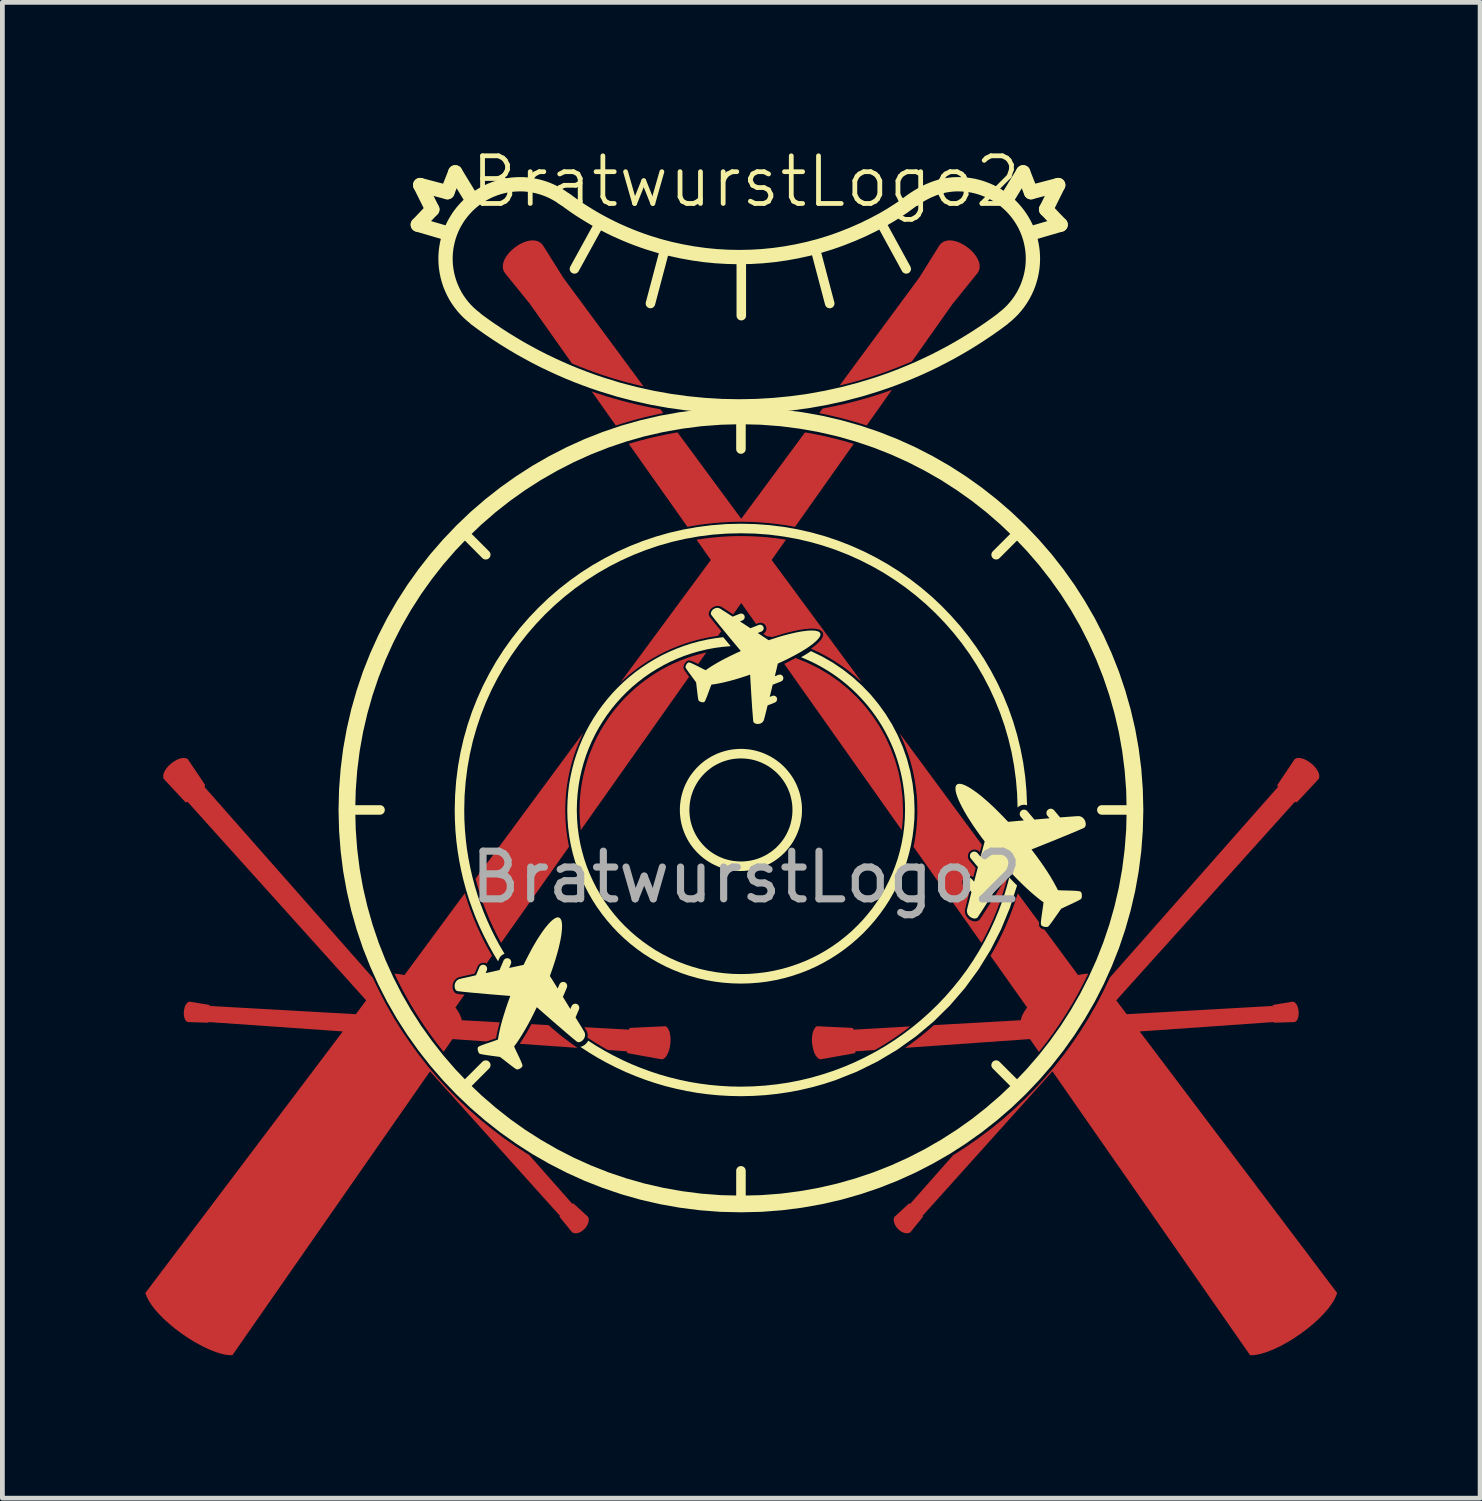
<source format=kicad_pcb>
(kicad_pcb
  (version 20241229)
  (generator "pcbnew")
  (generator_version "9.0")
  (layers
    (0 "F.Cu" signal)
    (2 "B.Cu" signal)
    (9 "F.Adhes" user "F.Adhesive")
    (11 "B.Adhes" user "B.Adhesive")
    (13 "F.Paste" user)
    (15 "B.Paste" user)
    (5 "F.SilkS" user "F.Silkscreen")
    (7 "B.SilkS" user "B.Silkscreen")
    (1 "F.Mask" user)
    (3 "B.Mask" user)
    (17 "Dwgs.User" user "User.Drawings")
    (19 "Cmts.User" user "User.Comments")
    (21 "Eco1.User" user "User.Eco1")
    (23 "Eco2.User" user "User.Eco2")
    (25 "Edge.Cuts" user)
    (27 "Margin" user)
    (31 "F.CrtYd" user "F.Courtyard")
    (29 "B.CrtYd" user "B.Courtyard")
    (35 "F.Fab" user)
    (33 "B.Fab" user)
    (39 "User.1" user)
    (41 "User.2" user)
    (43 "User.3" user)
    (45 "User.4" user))
  (footprint "BratwurstLogo2"
    (layer "F.Cu")
    (at 12.607 12.851)
    (property "Reference" "BratwurstLogo2" (at -0.01 -12.09 0) (unlocked yes) (layer "F.SilkS") (effects (font (size 1 1) (thickness 0.1))))
    (fp_poly (pts (xy -4.48 -10.858) (xy -4.48 -10.858) (xy -4.48 -10.858)) (stroke (width -0.000001) (type solid)) (fill yes) (layer "F.Cu"))
    (fp_poly (pts (xy -4.149 5.604) (xy -4.077 5.668) (xy -4.003 5.73) (xy -3.929 5.792) (xy -3.854 5.852) (xy -3.778 5.911) (xy -3.701 5.969) (xy -3.623 6.025) (xy -3.544 6.081) (xy -4.756 5.996) (xy -4.726 5.952) (xy -4.696 5.905) (xy -4.665 5.857) (xy -4.634 5.806) (xy -4.603 5.753) (xy -4.572 5.698) (xy -4.54 5.642) (xy -4.508 5.584)) (stroke (width -0.000001) (type solid)) (fill yes) (layer "F.Cu"))
    (fp_poly (pts (xy 2.524 -6.975) (xy 2.402 -7.013) (xy 2.28 -7.05) (xy 2.156 -7.086) (xy 2.032 -7.119) (xy 1.908 -7.15) (xy 1.782 -7.18) (xy 1.656 -7.208) (xy 1.529 -7.234) (xy 1.599 -7.33) (xy 1.752 -7.36) (xy 1.904 -7.392) (xy 2.056 -7.426) (xy 2.208 -7.463) (xy 2.358 -7.503) (xy 2.508 -7.545) (xy 2.658 -7.589) (xy 2.807 -7.637) (xy 2.869 -7.658) (xy 2.93 -7.679) (xy 3.053 -7.723)) (stroke (width -0.000001) (type solid)) (fill yes) (layer "F.Cu"))
    (fp_poly (pts (xy -3.206 -7.677) (xy -3.168 -7.663) (xy -3.13 -7.65) (xy -3.091 -7.637) (xy -2.933 -7.586) (xy -2.773 -7.539) (xy -2.613 -7.495) (xy -2.452 -7.453) (xy -2.291 -7.414) (xy -2.128 -7.378) (xy -1.966 -7.345) (xy -1.802 -7.315) (xy -1.743 -7.234) (xy -1.87 -7.208) (xy -1.996 -7.18) (xy -2.122 -7.15) (xy -2.246 -7.119) (xy -2.37 -7.085) (xy -2.494 -7.05) (xy -2.616 -7.013) (xy -2.738 -6.974) (xy -3.244 -7.69)) (stroke (width -0.000001) (type solid)) (fill yes) (layer "F.Cu"))
    (fp_poly (pts (xy 1.274 -2.001) (xy 1.506 -1.887) (xy 1.728 -1.756) (xy 1.939 -1.609) (xy 2.137 -1.447) (xy 2.323 -1.27) (xy 2.495 -1.08) (xy 2.652 -0.878) (xy 2.794 -0.663) (xy 2.92 -0.438) (xy 3.028 -0.202) (xy 3.119 0.043) (xy 3.191 0.296) (xy 3.244 0.557) (xy 3.276 0.825) (xy 3.287 1.099) (xy 3.286 1.152) (xy 3.285 1.204) (xy 3.283 1.257) (xy 3.28 1.309) (xy 3.276 1.36) (xy 3.271 1.412) (xy 3.266 1.463) (xy 3.26 1.515) (xy 0.794 -1.975) (xy 0.826 -1.99) (xy 0.857 -2.006) (xy 0.917 -2.037) (xy 1.032 -2.098) (xy 1.032 -2.098)) (stroke (width -0.000001) (type solid)) (fill yes) (layer "F.Cu"))
    (fp_poly (pts (xy -11.307 5.281) (xy -11.31 5.292) (xy -11.313 5.303) (xy -11.315 5.314) (xy -11.317 5.325) (xy -11.319 5.337) (xy -11.321 5.348) (xy -11.322 5.36) (xy -11.322 5.372) (xy -11.323 5.383) (xy -11.323 5.395) (xy -11.323 5.407) (xy -11.322 5.418) (xy -11.322 5.429) (xy -11.321 5.44) (xy -11.319 5.451) (xy -11.321 5.44) (xy -11.323 5.428) (xy -11.324 5.416) (xy -11.324 5.404) (xy -11.325 5.392) (xy -11.325 5.381) (xy -11.324 5.369) (xy -11.323 5.357) (xy -11.322 5.346) (xy -11.32 5.335) (xy -11.318 5.324) (xy -11.316 5.313) (xy -11.313 5.302) (xy -11.31 5.291) (xy -11.307 5.281) (xy -11.303 5.271)) (stroke (width -0.000001) (type solid)) (fill yes) (layer "F.Cu"))
    (fp_poly (pts (xy 11.092 5.281) (xy 11.096 5.291) (xy 11.099 5.302) (xy 11.101 5.313) (xy 11.104 5.324) (xy 11.106 5.335) (xy 11.107 5.346) (xy 11.109 5.357) (xy 11.109 5.369) (xy 11.11 5.381) (xy 11.11 5.392) (xy 11.11 5.404) (xy 11.109 5.416) (xy 11.108 5.428) (xy 11.107 5.44) (xy 11.105 5.451) (xy 11.106 5.44) (xy 11.107 5.429) (xy 11.108 5.418) (xy 11.108 5.407) (xy 11.109 5.395) (xy 11.108 5.383) (xy 11.108 5.372) (xy 11.107 5.36) (xy 11.106 5.348) (xy 11.105 5.337) (xy 11.103 5.325) (xy 11.101 5.314) (xy 11.098 5.303) (xy 11.095 5.292) (xy 11.092 5.281) (xy 11.089 5.271)) (stroke (width -0.000001) (type solid)) (fill yes) (layer "F.Cu"))
    (fp_poly (pts (xy -3.463 -0.439) (xy -3.505 -0.344) (xy -3.544 -0.249) (xy -3.581 -0.152) (xy -3.615 -0.053) (xy -3.646 0.046) (xy -3.674 0.147) (xy -3.7 0.249) (xy -3.723 0.352) (xy -3.743 0.456) (xy -3.76 0.561) (xy -3.774 0.667) (xy -3.785 0.773) (xy -3.792 0.881) (xy -3.797 0.99) (xy -3.799 1.099) (xy -3.797 1.197) (xy -3.794 1.294) (xy -3.787 1.39) (xy -3.779 1.486) (xy -3.767 1.581) (xy -3.754 1.675) (xy -3.738 1.769) (xy -3.72 1.861) (xy -5.145 3.879) (xy -5.23 3.72) (xy -5.31 3.559) (xy -5.385 3.394) (xy -5.454 3.227) (xy -5.519 3.057) (xy -5.578 2.885) (xy -5.632 2.71) (xy -5.681 2.533) (xy -3.419 -0.532) (xy -3.419 -0.532)) (stroke (width -0.000001) (type solid)) (fill yes) (layer "F.Cu"))
    (fp_poly (pts (xy 1.361 -6.807) (xy 1.491 -6.782) (xy 1.62 -6.755) (xy 1.748 -6.726) (xy 1.875 -6.695) (xy 2.002 -6.662) (xy 2.128 -6.627) (xy 2.253 -6.59) (xy 1.022 -4.849) (xy 0.884 -4.874) (xy 0.746 -4.895) (xy 0.606 -4.913) (xy 0.465 -4.928) (xy 0.324 -4.94) (xy 0.181 -4.949) (xy 0.038 -4.954) (xy -0.106 -4.956) (xy -0.251 -4.954) (xy -0.394 -4.949) (xy -0.537 -4.94) (xy -0.679 -4.928) (xy -0.82 -4.913) (xy -0.959 -4.895) (xy -1.098 -4.873) (xy -1.236 -4.849) (xy -2.467 -6.59) (xy -2.342 -6.627) (xy -2.216 -6.662) (xy -2.089 -6.695) (xy -1.962 -6.726) (xy -1.834 -6.755) (xy -1.705 -6.782) (xy -1.575 -6.807) (xy -1.444 -6.83) (xy -0.107 -5.018) (xy 1.23 -6.83)) (stroke (width -0.000001) (type solid)) (fill yes) (layer "F.Cu"))
    (fp_poly (pts (xy 2.231 5.663) (xy 2.236 5.672) (xy 2.241 5.681) (xy 2.246 5.69) (xy 2.251 5.699) (xy 3.437 5.632) (xy 3.349 5.7) (xy 3.26 5.766) (xy 3.169 5.83) (xy 3.077 5.893) (xy 2.984 5.953) (xy 2.89 6.013) (xy 2.794 6.07) (xy 2.697 6.125) (xy 2.291 6.154) (xy 2.289 6.163) (xy 2.286 6.173) (xy 2.28 6.192) (xy 1.553 6.323) (xy 1.536 6.317) (xy 1.52 6.309) (xy 1.504 6.298) (xy 1.489 6.284) (xy 1.475 6.268) (xy 1.462 6.251) (xy 1.449 6.231) (xy 1.438 6.209) (xy 1.427 6.186) (xy 1.418 6.161) (xy 1.401 6.108) (xy 1.389 6.052) (xy 1.38 5.994) (xy 1.376 5.935) (xy 1.377 5.877) (xy 1.382 5.821) (xy 1.386 5.795) (xy 1.392 5.769) (xy 1.398 5.745) (xy 1.406 5.722) (xy 1.415 5.701) (xy 1.426 5.682) (xy 1.438 5.665) (xy 1.451 5.649) (xy 1.465 5.637) (xy 1.481 5.627)) (stroke (width -0.000001) (type solid)) (fill yes) (layer "F.Cu"))
    (fp_poly (pts (xy -1.68 5.637) (xy -1.665 5.649) (xy -1.652 5.665) (xy -1.64 5.682) (xy -1.63 5.701) (xy -1.621 5.722) (xy -1.613 5.745) (xy -1.606 5.769) (xy -1.601 5.795) (xy -1.596 5.821) (xy -1.593 5.849) (xy -1.591 5.877) (xy -1.591 5.935) (xy -1.595 5.994) (xy -1.603 6.052) (xy -1.616 6.108) (xy -1.623 6.135) (xy -1.632 6.161) (xy -1.642 6.186) (xy -1.652 6.209) (xy -1.664 6.231) (xy -1.676 6.251) (xy -1.689 6.268) (xy -1.703 6.284) (xy -1.718 6.298) (xy -1.734 6.309) (xy -1.751 6.317) (xy -1.768 6.323) (xy -2.494 6.192) (xy -2.5 6.173) (xy -2.503 6.163) (xy -2.506 6.154) (xy -2.909 6.125) (xy -2.963 6.094) (xy -3.018 6.063) (xy -3.071 6.031) (xy -3.125 5.999) (xy -3.178 5.966) (xy -3.231 5.933) (xy -3.283 5.899) (xy -3.335 5.864) (xy -3.333 5.856) (xy -3.331 5.847) (xy -3.33 5.839) (xy -3.329 5.83) (xy -3.328 5.822) (xy -3.328 5.813) (xy -3.328 5.804) (xy -3.328 5.796) (xy -3.329 5.787) (xy -3.331 5.778) (xy -3.333 5.77) (xy -3.335 5.761) (xy -3.338 5.752) (xy -3.342 5.744) (xy -3.346 5.735) (xy -3.35 5.727) (xy -3.359 5.713) (xy -3.372 5.691) (xy -3.399 5.647) (xy -2.466 5.699) (xy -2.461 5.69) (xy -2.456 5.681) (xy -2.451 5.672) (xy -2.445 5.663) (xy -1.696 5.627) (xy -1.696 5.627)) (stroke (width -0.000001) (type solid)) (fill yes) (layer "F.Cu"))
    (fp_poly (pts (xy -4.463 -10.858) (xy -4.446 -10.856) (xy -4.43 -10.854) (xy -4.414 -10.851) (xy -4.398 -10.847) (xy -4.383 -10.843) (xy -4.368 -10.837) (xy -4.354 -10.83) (xy -4.347 -10.826) (xy -4.34 -10.822) (xy -4.333 -10.818) (xy -4.326 -10.814) (xy -4.32 -10.809) (xy -4.313 -10.804) (xy -4.307 -10.799) (xy -4.301 -10.793) (xy -4.295 -10.788) (xy -4.289 -10.782) (xy -4.283 -10.775) (xy -4.277 -10.769) (xy -4.272 -10.762) (xy -4.267 -10.755) (xy -4.262 -10.748) (xy -4.257 -10.74) (xy -3.841 -10.075) (xy -2.157 -7.795) (xy -2.259 -7.819) (xy -2.361 -7.843) (xy -2.463 -7.869) (xy -2.564 -7.897) (xy -2.665 -7.925) (xy -2.766 -7.954) (xy -2.866 -7.985) (xy -2.966 -8.017) (xy -2.967 -8.017) (xy -3.055 -8.046) (xy -3.142 -8.077) (xy -3.229 -8.108) (xy -3.316 -8.14) (xy -3.488 -8.206) (xy -3.657 -8.275) (xy -4.548 -9.535) (xy -5.057 -10.163) (xy -5.074 -10.187) (xy -5.088 -10.213) (xy -5.098 -10.24) (xy -5.105 -10.267) (xy -5.109 -10.295) (xy -5.109 -10.323) (xy -5.106 -10.352) (xy -5.1 -10.38) (xy -5.092 -10.41) (xy -5.081 -10.439) (xy -5.067 -10.468) (xy -5.052 -10.497) (xy -5.034 -10.525) (xy -5.014 -10.553) (xy -4.992 -10.581) (xy -4.968 -10.608) (xy -4.943 -10.634) (xy -4.917 -10.659) (xy -4.86 -10.707) (xy -4.8 -10.75) (xy -4.768 -10.769) (xy -4.736 -10.786) (xy -4.704 -10.802) (xy -4.672 -10.817) (xy -4.639 -10.829) (xy -4.606 -10.839) (xy -4.574 -10.848) (xy -4.542 -10.854) (xy -4.511 -10.857) (xy -4.48 -10.858)) (stroke (width -0.000001) (type solid)) (fill yes) (layer "F.Cu"))
    (fp_poly (pts (xy 4.265 -10.858) (xy 4.27 -10.858) (xy 4.275 -10.858) (xy 4.28 -10.858) (xy 4.285 -10.858) (xy 4.29 -10.857) (xy 4.295 -10.857) (xy 4.305 -10.856) (xy 4.336 -10.852) (xy 4.366 -10.846) (xy 4.397 -10.838) (xy 4.429 -10.827) (xy 4.46 -10.815) (xy 4.491 -10.802) (xy 4.522 -10.786) (xy 4.553 -10.769) (xy 4.583 -10.751) (xy 4.612 -10.731) (xy 4.641 -10.71) (xy 4.669 -10.688) (xy 4.696 -10.665) (xy 4.722 -10.641) (xy 4.746 -10.616) (xy 4.769 -10.591) (xy 4.791 -10.564) (xy 4.811 -10.537) (xy 4.829 -10.51) (xy 4.845 -10.483) (xy 4.859 -10.455) (xy 4.871 -10.427) (xy 4.881 -10.399) (xy 4.888 -10.371) (xy 4.893 -10.343) (xy 4.895 -10.316) (xy 4.894 -10.289) (xy 4.89 -10.262) (xy 4.883 -10.236) (xy 4.873 -10.211) (xy 4.859 -10.186) (xy 4.842 -10.163) (xy 4.334 -9.535) (xy 4.333 -9.535) (xy 3.474 -8.319) (xy 3.28 -8.238) (xy 3.182 -8.198) (xy 3.083 -8.16) (xy 2.984 -8.122) (xy 2.884 -8.086) (xy 2.783 -8.051) (xy 2.682 -8.017) (xy 2.592 -7.988) (xy 2.502 -7.96) (xy 2.412 -7.933) (xy 2.321 -7.907) (xy 2.139 -7.858) (xy 1.956 -7.813) (xy 3.626 -10.075) (xy 4.042 -10.74) (xy 4.052 -10.755) (xy 4.063 -10.769) (xy 4.074 -10.782) (xy 4.086 -10.793) (xy 4.099 -10.804) (xy 4.112 -10.814) (xy 4.125 -10.822) (xy 4.139 -10.83) (xy 4.154 -10.837) (xy 4.168 -10.843) (xy 4.184 -10.847) (xy 4.199 -10.851) (xy 4.215 -10.854) (xy 4.232 -10.856) (xy 4.248 -10.858) (xy 4.265 -10.858)) (stroke (width -0.000001) (type solid)) (fill yes) (layer "F.Cu"))
    (fp_poly (pts (xy 6.139 3.443) (xy 6.138 3.458) (xy 6.138 3.472) (xy 6.138 3.479) (xy 6.138 3.485) (xy 6.138 3.491) (xy 6.138 3.497) (xy 6.139 3.502) (xy 6.139 3.508) (xy 6.14 3.512) (xy 6.141 3.517) (xy 6.142 3.521) (xy 6.143 3.525) (xy 6.144 3.529) (xy 6.146 3.532) (xy 6.149 3.539) (xy 6.154 3.545) (xy 6.159 3.551) (xy 6.164 3.556) (xy 6.17 3.562) (xy 6.176 3.567) (xy 6.182 3.572) (xy 6.189 3.576) (xy 6.197 3.58) (xy 6.204 3.584) (xy 6.212 3.588) (xy 6.22 3.591) (xy 6.229 3.594) (xy 6.237 3.596) (xy 6.246 3.598) (xy 6.254 3.6) (xy 6.96 4.556) (xy 6.988 4.549) (xy 7.015 4.543) (xy 7.043 4.538) (xy 7.069 4.533) (xy 7.096 4.53) (xy 7.122 4.527) (xy 7.147 4.525) (xy 7.172 4.524) (xy 7.064 4.743) (xy 6.95 4.959) (xy 6.83 5.171) (xy 6.703 5.379) (xy 6.57 5.583) (xy 6.432 5.782) (xy 6.288 5.977) (xy 6.138 6.167) (xy 5.95 5.897) (xy 3.332 6.081) (xy 3.411 6.025) (xy 3.489 5.969) (xy 3.566 5.911) (xy 3.642 5.852) (xy 3.717 5.791) (xy 3.791 5.73) (xy 3.864 5.667) (xy 3.936 5.604) (xy 5.756 5.501) (xy 5.76 5.485) (xy 5.764 5.469) (xy 5.769 5.452) (xy 5.774 5.436) (xy 5.78 5.42) (xy 5.787 5.403) (xy 5.795 5.386) (xy 5.803 5.37) (xy 5.812 5.353) (xy 5.821 5.336) (xy 5.831 5.319) (xy 5.842 5.303) (xy 5.853 5.286) (xy 5.865 5.269) (xy 5.877 5.252) (xy 5.89 5.235) (xy 5.122 4.15) (xy 5.21 3.995) (xy 5.293 3.838) (xy 5.371 3.677) (xy 5.445 3.515) (xy 5.514 3.35) (xy 5.579 3.182) (xy 5.638 3.012) (xy 5.693 2.84)) (stroke (width -0.000001) (type solid)) (fill yes) (layer "F.Cu"))
    (fp_poly (pts (xy -1.011 -1.971) (xy -1.043 -1.987) (xy -1.073 -2.001) (xy -1.102 -2.015) (xy -1.116 -2.021) (xy -1.129 -2.026) (xy -1.141 -2.031) (xy -1.153 -2.035) (xy -1.165 -2.039) (xy -1.175 -2.042) (xy -1.185 -2.044) (xy -1.194 -2.045) (xy -1.201 -2.046) (xy -1.205 -2.046) (xy -1.208 -2.045) (xy -1.214 -2.044) (xy -1.22 -2.043) (xy -1.226 -2.04) (xy -1.232 -2.038) (xy -1.238 -2.035) (xy -1.244 -2.032) (xy -1.249 -2.028) (xy -1.255 -2.024) (xy -1.26 -2.019) (xy -1.265 -2.014) (xy -1.275 -2.004) (xy -1.284 -1.993) (xy -1.292 -1.981) (xy -1.3 -1.968) (xy -1.306 -1.955) (xy -1.311 -1.942) (xy -1.315 -1.929) (xy -1.318 -1.916) (xy -1.318 -1.91) (xy -1.319 -1.904) (xy -1.319 -1.898) (xy -1.319 -1.892) (xy -1.318 -1.886) (xy -1.317 -1.881) (xy -1.316 -1.875) (xy -1.313 -1.869) (xy -1.309 -1.862) (xy -1.305 -1.853) (xy -1.293 -1.834) (xy -1.279 -1.812) (xy -1.262 -1.787) (xy -1.243 -1.76) (xy -1.201 -1.703) (xy -3.473 1.513) (xy -3.479 1.462) (xy -3.484 1.41) (xy -3.489 1.359) (xy -3.492 1.308) (xy -3.495 1.256) (xy -3.497 1.204) (xy -3.499 1.152) (xy -3.499 1.099) (xy -3.496 0.948) (xy -3.486 0.798) (xy -3.47 0.65) (xy -3.447 0.504) (xy -3.419 0.361) (xy -3.384 0.219) (xy -3.344 0.08) (xy -3.298 -0.056) (xy -3.246 -0.19) (xy -3.189 -0.321) (xy -3.126 -0.449) (xy -3.059 -0.574) (xy -2.986 -0.696) (xy -2.909 -0.814) (xy -2.827 -0.929) (xy -2.74 -1.041) (xy -2.649 -1.148) (xy -2.554 -1.252) (xy -2.454 -1.351) (xy -2.35 -1.447) (xy -2.242 -1.538) (xy -2.131 -1.624) (xy -2.016 -1.706) (xy -1.897 -1.783) (xy -1.776 -1.856) (xy -1.65 -1.923) (xy -1.522 -1.985) (xy -1.391 -2.042) (xy -1.257 -2.093) (xy -1.12 -2.139) (xy -0.981 -2.179) (xy -0.84 -2.214)) (stroke (width -0.000001) (type solid)) (fill yes) (layer "F.Cu"))
    (fp_poly (pts (xy -5.851 3.009) (xy -5.792 3.18) (xy -5.727 3.347) (xy -5.658 3.513) (xy -5.584 3.676) (xy -5.506 3.836) (xy -5.423 3.993) (xy -5.336 4.148) (xy -5.451 4.312) (xy -5.454 4.31) (xy -5.457 4.309) (xy -5.458 4.308) (xy -5.46 4.308) (xy -5.461 4.307) (xy -5.463 4.306) (xy -5.469 4.304) (xy -5.476 4.301) (xy -5.483 4.299) (xy -5.489 4.298) (xy -5.496 4.297) (xy -5.503 4.296) (xy -5.509 4.295) (xy -5.516 4.295) (xy -5.522 4.296) (xy -5.529 4.296) (xy -5.535 4.297) (xy -5.542 4.298) (xy -5.548 4.299) (xy -5.554 4.301) (xy -5.56 4.303) (xy -5.566 4.306) (xy -5.572 4.308) (xy -5.578 4.311) (xy -5.584 4.314) (xy -5.589 4.318) (xy -5.594 4.322) (xy -5.6 4.326) (xy -5.604 4.33) (xy -5.609 4.335) (xy -5.614 4.339) (xy -5.618 4.344) (xy -5.622 4.35) (xy -5.626 4.355) (xy -5.63 4.361) (xy -5.633 4.367) (xy -5.637 4.373) (xy -5.639 4.38) (xy -5.701 4.524) (xy -5.807 4.548) (xy -5.9 4.569) (xy -5.972 4.586) (xy -6.019 4.597) (xy -6.035 4.602) (xy -6.051 4.608) (xy -6.065 4.616) (xy -6.078 4.625) (xy -6.091 4.634) (xy -6.102 4.645) (xy -6.113 4.657) (xy -6.122 4.669) (xy -6.131 4.682) (xy -6.138 4.695) (xy -6.145 4.71) (xy -6.15 4.724) (xy -6.155 4.739) (xy -6.158 4.754) (xy -6.161 4.769) (xy -6.162 4.784) (xy -6.163 4.799) (xy -6.162 4.813) (xy -6.161 4.828) (xy -6.159 4.842) (xy -6.155 4.856) (xy -6.151 4.869) (xy -6.145 4.881) (xy -6.139 4.893) (xy -6.131 4.904) (xy -6.123 4.914) (xy -6.114 4.923) (xy -6.103 4.931) (xy -6.092 4.938) (xy -6.079 4.944) (xy -6.066 4.948) (xy -6.051 4.951) (xy -6.004 4.956) (xy -5.95 4.962) (xy -5.941 4.963) (xy -5.932 4.964) (xy -5.914 4.966) (xy -6.104 5.235) (xy -6.091 5.252) (xy -6.079 5.269) (xy -6.067 5.286) (xy -6.056 5.303) (xy -6.046 5.319) (xy -6.036 5.336) (xy -6.026 5.353) (xy -6.017 5.37) (xy -6.009 5.386) (xy -6.002 5.403) (xy -5.995 5.42) (xy -5.989 5.436) (xy -5.983 5.452) (xy -5.978 5.469) (xy -5.974 5.485) (xy -5.971 5.501) (xy -5.174 5.546) (xy -5.186 5.591) (xy -5.198 5.635) (xy -5.208 5.679) (xy -5.218 5.721) (xy -5.227 5.762) (xy -5.236 5.802) (xy -5.243 5.841) (xy -5.249 5.879) (xy -5.295 5.895) (xy -5.345 5.912) (xy -5.449 5.947) (xy -6.165 5.897) (xy -6.351 6.166) (xy -6.501 5.975) (xy -6.645 5.781) (xy -6.783 5.582) (xy -6.915 5.378) (xy -7.042 5.171) (xy -7.162 4.959) (xy -7.276 4.744) (xy -7.383 4.524) (xy -7.359 4.526) (xy -7.334 4.528) (xy -7.308 4.53) (xy -7.282 4.534) (xy -7.256 4.538) (xy -7.229 4.543) (xy -7.202 4.549) (xy -7.174 4.556) (xy -5.906 2.837) (xy -5.906 2.837)) (stroke (width -0.000001) (type solid)) (fill yes) (layer "F.Cu"))
    (fp_poly (pts (xy 4.94 1.819) (xy 4.915 1.913) (xy 4.898 1.976) (xy 4.897 1.975) (xy 4.892 1.969) (xy 4.887 1.964) (xy 4.882 1.959) (xy 4.876 1.954) (xy 4.871 1.95) (xy 4.865 1.946) (xy 4.859 1.942) (xy 4.853 1.939) (xy 4.846 1.936) (xy 4.84 1.933) (xy 4.834 1.931) (xy 4.827 1.928) (xy 4.821 1.927) (xy 4.814 1.925) (xy 4.807 1.924) (xy 4.8 1.923) (xy 4.794 1.923) (xy 4.787 1.922) (xy 4.78 1.922) (xy 4.773 1.923) (xy 4.767 1.924) (xy 4.76 1.925) (xy 4.753 1.926) (xy 4.746 1.928) (xy 4.74 1.93) (xy 4.733 1.933) (xy 4.727 1.936) (xy 4.721 1.939) (xy 4.715 1.942) (xy 4.708 1.946) (xy 4.703 1.95) (xy 4.697 1.955) (xy 4.691 1.96) (xy 4.686 1.965) (xy 4.681 1.97) (xy 4.677 1.976) (xy 4.672 1.981) (xy 4.668 1.987) (xy 4.665 1.993) (xy 4.662 1.999) (xy 4.659 2.005) (xy 4.656 2.012) (xy 4.654 2.018) (xy 4.652 2.025) (xy 4.65 2.031) (xy 4.649 2.038) (xy 4.648 2.045) (xy 4.647 2.051) (xy 4.647 2.058) (xy 4.647 2.065) (xy 4.647 2.072) (xy 4.648 2.078) (xy 4.649 2.085) (xy 4.65 2.092) (xy 4.652 2.099) (xy 4.654 2.105) (xy 4.656 2.112) (xy 4.659 2.118) (xy 4.662 2.125) (xy 4.665 2.131) (xy 4.668 2.137) (xy 4.672 2.143) (xy 4.677 2.149) (xy 4.681 2.155) (xy 4.811 2.309) (xy 4.76 2.502) (xy 4.755 2.498) (xy 4.75 2.495) (xy 4.745 2.491) (xy 4.74 2.488) (xy 4.734 2.486) (xy 4.729 2.483) (xy 4.718 2.478) (xy 4.706 2.475) (xy 4.695 2.472) (xy 4.683 2.471) (xy 4.671 2.47) (xy 4.665 2.47) (xy 4.659 2.471) (xy 4.653 2.471) (xy 4.647 2.472) (xy 4.642 2.473) (xy 4.636 2.475) (xy 4.63 2.476) (xy 4.624 2.478) (xy 4.619 2.48) (xy 4.613 2.483) (xy 4.607 2.486) (xy 4.602 2.489) (xy 4.597 2.492) (xy 4.591 2.495) (xy 4.586 2.499) (xy 4.581 2.503) (xy 4.576 2.508) (xy 4.57 2.513) (xy 4.566 2.518) (xy 4.561 2.524) (xy 4.557 2.53) (xy 4.553 2.535) (xy 4.549 2.541) (xy 4.546 2.547) (xy 4.543 2.554) (xy 4.541 2.56) (xy 4.538 2.566) (xy 4.536 2.573) (xy 4.535 2.58) (xy 4.534 2.586) (xy 4.533 2.593) (xy 4.532 2.6) (xy 4.532 2.607) (xy 4.532 2.613) (xy 4.532 2.62) (xy 4.533 2.627) (xy 4.534 2.634) (xy 4.535 2.641) (xy 4.537 2.647) (xy 4.539 2.654) (xy 4.541 2.661) (xy 4.543 2.667) (xy 4.546 2.674) (xy 4.55 2.68) (xy 4.553 2.686) (xy 4.557 2.692) (xy 4.562 2.698) (xy 4.566 2.704) (xy 4.675 2.833) (xy 4.621 3.046) (xy 4.601 3.124) (xy 4.589 3.174) (xy 4.586 3.192) (xy 4.585 3.209) (xy 4.585 3.226) (xy 4.587 3.243) (xy 4.59 3.259) (xy 4.595 3.275) (xy 4.6 3.291) (xy 4.607 3.305) (xy 4.616 3.32) (xy 4.625 3.333) (xy 4.635 3.346) (xy 4.646 3.358) (xy 4.657 3.369) (xy 4.67 3.379) (xy 4.682 3.389) (xy 4.696 3.398) (xy 4.71 3.405) (xy 4.724 3.412) (xy 4.738 3.417) (xy 4.753 3.422) (xy 4.767 3.425) (xy 4.781 3.427) (xy 4.796 3.428) (xy 4.81 3.428) (xy 4.824 3.426) (xy 4.837 3.423) (xy 4.85 3.419) (xy 4.863 3.413) (xy 4.875 3.406) (xy 4.886 3.397) (xy 4.896 3.386) (xy 4.905 3.374) (xy 4.919 3.354) (xy 4.934 3.332) (xy 4.966 3.283) (xy 4.997 3.235) (xy 5.03 3.183) (xy 5.095 3.082) (xy 5.162 2.974) (xy 5.292 2.769) (xy 5.45 2.511) (xy 5.468 2.535) (xy 5.419 2.712) (xy 5.365 2.887) (xy 5.306 3.059) (xy 5.241 3.229) (xy 5.172 3.396) (xy 5.097 3.56) (xy 5.017 3.722) (xy 4.932 3.881) (xy 3.507 1.864) (xy 3.526 1.771) (xy 3.542 1.677) (xy 3.555 1.583) (xy 3.567 1.487) (xy 3.575 1.391) (xy 3.582 1.295) (xy 3.586 1.197) (xy 3.587 1.099) (xy 3.585 0.991) (xy 3.581 0.883) (xy 3.573 0.776) (xy 3.562 0.67) (xy 3.548 0.565) (xy 3.532 0.46) (xy 3.512 0.357) (xy 3.49 0.255) (xy 3.464 0.154) (xy 3.436 0.054) (xy 3.406 -0.045) (xy 3.372 -0.143) (xy 3.336 -0.239) (xy 3.298 -0.335) (xy 3.256 -0.428) (xy 3.213 -0.521)) (stroke (width -0.000001) (type solid)) (fill yes) (layer "F.Cu"))
    (fp_poly (pts (xy 0.013 -4.654) (xy 0.132 -4.651) (xy 0.25 -4.644) (xy 0.368 -4.636) (xy 0.484 -4.625) (xy 0.601 -4.612) (xy 0.716 -4.596) (xy 0.831 -4.579) (xy 0.531 -4.154) (xy 2.426 -1.586) (xy 2.367 -1.641) (xy 2.307 -1.694) (xy 2.245 -1.746) (xy 2.183 -1.796) (xy 2.12 -1.846) (xy 2.055 -1.894) (xy 1.99 -1.94) (xy 1.923 -1.985) (xy 1.855 -2.029) (xy 1.787 -2.071) (xy 1.717 -2.112) (xy 1.646 -2.151) (xy 1.575 -2.189) (xy 1.503 -2.225) (xy 1.429 -2.26) (xy 1.355 -2.293) (xy 1.388 -2.317) (xy 1.419 -2.34) (xy 1.448 -2.363) (xy 1.475 -2.386) (xy 1.499 -2.409) (xy 1.522 -2.431) (xy 1.542 -2.453) (xy 1.56 -2.474) (xy 1.568 -2.484) (xy 1.575 -2.495) (xy 1.582 -2.505) (xy 1.588 -2.515) (xy 1.593 -2.525) (xy 1.598 -2.535) (xy 1.602 -2.544) (xy 1.605 -2.554) (xy 1.608 -2.563) (xy 1.61 -2.573) (xy 1.611 -2.582) (xy 1.611 -2.591) (xy 1.611 -2.599) (xy 1.609 -2.608) (xy 1.607 -2.616) (xy 1.605 -2.625) (xy 1.598 -2.639) (xy 1.588 -2.652) (xy 1.577 -2.663) (xy 1.564 -2.674) (xy 1.548 -2.683) (xy 1.531 -2.691) (xy 1.49 -2.703) (xy 1.442 -2.711) (xy 1.387 -2.714) (xy 1.325 -2.713) (xy 1.258 -2.707) (xy 1.184 -2.698) (xy 1.105 -2.685) (xy 1.022 -2.668) (xy 0.934 -2.648) (xy 0.841 -2.625) (xy 0.745 -2.598) (xy 0.544 -2.536) (xy 0.514 -2.542) (xy 0.484 -2.547) (xy 0.454 -2.551) (xy 0.424 -2.556) (xy 0.383 -2.583) (xy 0.353 -2.603) (xy 0.359 -2.606) (xy 0.363 -2.609) (xy 0.368 -2.612) (xy 0.373 -2.616) (xy 0.381 -2.623) (xy 0.389 -2.631) (xy 0.396 -2.64) (xy 0.403 -2.649) (xy 0.408 -2.659) (xy 0.413 -2.669) (xy 0.416 -2.68) (xy 0.418 -2.685) (xy 0.419 -2.691) (xy 0.42 -2.696) (xy 0.42 -2.702) (xy 0.421 -2.707) (xy 0.421 -2.713) (xy 0.421 -2.719) (xy 0.42 -2.724) (xy 0.42 -2.73) (xy 0.419 -2.736) (xy 0.418 -2.741) (xy 0.416 -2.747) (xy 0.414 -2.753) (xy 0.412 -2.758) (xy 0.41 -2.764) (xy 0.407 -2.77) (xy 0.404 -2.776) (xy 0.401 -2.781) (xy 0.397 -2.786) (xy 0.393 -2.791) (xy 0.389 -2.796) (xy 0.385 -2.8) (xy 0.381 -2.805) (xy 0.376 -2.809) (xy 0.371 -2.812) (xy 0.366 -2.816) (xy 0.361 -2.819) (xy 0.356 -2.822) (xy 0.351 -2.825) (xy 0.345 -2.827) (xy 0.339 -2.829) (xy 0.334 -2.831) (xy 0.328 -2.833) (xy 0.322 -2.834) (xy 0.316 -2.835) (xy 0.31 -2.836) (xy 0.304 -2.837) (xy 0.298 -2.837) (xy 0.292 -2.837) (xy 0.285 -2.836) (xy 0.279 -2.836) (xy 0.273 -2.835) (xy 0.267 -2.833) (xy 0.261 -2.832) (xy 0.255 -2.83) (xy 0.249 -2.828) (xy 0.205 -2.81) (xy -0.107 -3.251) (xy -0.276 -3.012) (xy -0.425 -3.108) (xy -0.48 -3.143) (xy -0.515 -3.166) (xy -0.521 -3.169) (xy -0.526 -3.172) (xy -0.531 -3.174) (xy -0.537 -3.177) (xy -0.542 -3.179) (xy -0.547 -3.181) (xy -0.553 -3.183) (xy -0.558 -3.184) (xy -0.564 -3.186) (xy -0.569 -3.187) (xy -0.575 -3.188) (xy -0.58 -3.189) (xy -0.586 -3.189) (xy -0.591 -3.19) (xy -0.597 -3.19) (xy -0.602 -3.19) (xy -0.613 -3.19) (xy -0.624 -3.188) (xy -0.636 -3.187) (xy -0.646 -3.184) (xy -0.657 -3.181) (xy -0.668 -3.177) (xy -0.678 -3.172) (xy -0.688 -3.167) (xy -0.698 -3.162) (xy -0.708 -3.156) (xy -0.717 -3.149) (xy -0.726 -3.142) (xy -0.734 -3.134) (xy -0.742 -3.127) (xy -0.749 -3.119) (xy -0.756 -3.11) (xy -0.762 -3.101) (xy -0.768 -3.092) (xy -0.773 -3.083) (xy -0.777 -3.074) (xy -0.781 -3.064) (xy -0.784 -3.055) (xy -0.786 -3.045) (xy -0.787 -3.035) (xy -0.788 -3.025) (xy -0.788 -3.016) (xy -0.787 -3.006) (xy -0.784 -2.996) (xy -0.781 -2.987) (xy -0.777 -2.977) (xy -0.772 -2.968) (xy -0.766 -2.959) (xy -0.754 -2.943) (xy -0.74 -2.926) (xy -0.711 -2.888) (xy -0.681 -2.851) (xy -0.649 -2.811) (xy -0.589 -2.737) (xy -0.526 -2.659) (xy -0.595 -2.561) (xy -0.742 -2.539) (xy -0.887 -2.51) (xy -1.03 -2.476) (xy -1.171 -2.437) (xy -1.309 -2.392) (xy -1.445 -2.342) (xy -1.579 -2.287) (xy -1.709 -2.227) (xy -1.837 -2.162) (xy -1.962 -2.092) (xy -2.084 -2.018) (xy -2.203 -1.939) (xy -2.319 -1.855) (xy -2.431 -1.768) (xy -2.54 -1.676) (xy -2.645 -1.58) (xy -0.745 -4.154) (xy -1.045 -4.579) (xy -0.93 -4.596) (xy -0.814 -4.612) (xy -0.698 -4.625) (xy -0.581 -4.636) (xy -0.463 -4.644) (xy -0.345 -4.651) (xy -0.226 -4.654) (xy -0.106 -4.656)) (stroke (width -0.000001) (type solid)) (fill yes) (layer "F.Cu"))
    (fp_poly (pts (xy -11.79 0) (xy -11.785 0.000408) (xy -11.78 0.001) (xy -11.775 0.002) (xy -11.77 0.002) (xy -11.765 0.003) (xy -11.76 0.005) (xy -11.755 0.006) (xy -11.751 0.007) (xy -11.746 0.009) (xy -11.741 0.011) (xy -11.737 0.013) (xy -11.733 0.015) (xy -11.728 0.017) (xy -11.724 0.019) (xy -11.72 0.022) (xy -11.716 0.025) (xy -11.354 0.566) (xy -11.355 0.571) (xy -11.356 0.576) (xy -11.357 0.581) (xy -11.358 0.587) (xy -11.36 0.592) (xy -11.362 0.598) (xy -11.364 0.603) (xy -11.366 0.609) (xy -7.836 4.611) (xy -7.699 4.897) (xy -7.552 5.177) (xy -7.395 5.451) (xy -7.228 5.719) (xy -7.051 5.979) (xy -6.866 6.233) (xy -6.671 6.48) (xy -6.468 6.719) (xy -6.256 6.95) (xy -6.036 7.173) (xy -5.807 7.388) (xy -5.571 7.595) (xy -5.327 7.793) (xy -5.076 7.982) (xy -4.818 8.161) (xy -4.553 8.332) (xy -3.644 9.361) (xy -3.643 9.358) (xy -3.643 9.354) (xy -3.642 9.351) (xy -3.641 9.348) (xy -3.641 9.344) (xy -3.64 9.341) (xy -3.64 9.338) (xy -3.64 9.334) (xy -3.319 9.628) (xy -3.313 9.643) (xy -3.309 9.658) (xy -3.307 9.674) (xy -3.306 9.69) (xy -3.307 9.706) (xy -3.309 9.723) (xy -3.313 9.739) (xy -3.318 9.756) (xy -3.324 9.773) (xy -3.332 9.79) (xy -3.34 9.806) (xy -3.35 9.822) (xy -3.361 9.838) (xy -3.372 9.853) (xy -3.384 9.868) (xy -3.398 9.882) (xy -3.412 9.895) (xy -3.426 9.908) (xy -3.441 9.919) (xy -3.457 9.93) (xy -3.473 9.94) (xy -3.489 9.948) (xy -3.505 9.955) (xy -3.522 9.961) (xy -3.539 9.966) (xy -3.556 9.969) (xy -3.573 9.97) (xy -3.589 9.97) (xy -3.606 9.968) (xy -3.622 9.965) (xy -3.638 9.959) (xy -3.654 9.951) (xy -3.925 9.618) (xy -3.923 9.617) (xy -3.92 9.617) (xy -3.918 9.616) (xy -3.915 9.615) (xy -3.91 9.614) (xy -3.904 9.612) (xy -6.636 6.574) (xy -10.782 12.529) (xy -10.834 12.528) (xy -10.889 12.523) (xy -10.947 12.514) (xy -11.008 12.5) (xy -11.071 12.482) (xy -11.136 12.46) (xy -11.272 12.407) (xy -11.412 12.34) (xy -11.555 12.263) (xy -11.698 12.176) (xy -11.839 12.08) (xy -11.976 11.979) (xy -12.105 11.872) (xy -12.226 11.763) (xy -12.335 11.651) (xy -12.384 11.596) (xy -12.429 11.54) (xy -12.471 11.485) (xy -12.508 11.43) (xy -12.541 11.376) (xy -12.568 11.323) (xy -12.59 11.272) (xy -12.607 11.222) (xy -8.466 5.737) (xy -11.288 5.539) (xy -11.286 5.543) (xy -11.284 5.546) (xy -11.282 5.55) (xy -11.281 5.552) (xy -11.28 5.554) (xy -11.713 5.54) (xy -11.725 5.536) (xy -11.737 5.529) (xy -11.747 5.522) (xy -11.756 5.512) (xy -11.765 5.502) (xy -11.773 5.489) (xy -11.779 5.476) (xy -11.785 5.462) (xy -11.79 5.446) (xy -11.794 5.43) (xy -11.797 5.413) (xy -11.799 5.395) (xy -11.801 5.377) (xy -11.801 5.359) (xy -11.801 5.34) (xy -11.8 5.321) (xy -11.798 5.303) (xy -11.795 5.284) (xy -11.792 5.266) (xy -11.788 5.248) (xy -11.783 5.231) (xy -11.777 5.214) (xy -11.77 5.198) (xy -11.763 5.183) (xy -11.755 5.169) (xy -11.746 5.157) (xy -11.736 5.145) (xy -11.726 5.135) (xy -11.715 5.127) (xy -11.704 5.12) (xy -11.691 5.115) (xy -11.678 5.112) (xy -11.249 5.183) (xy -11.252 5.186) (xy -11.255 5.189) (xy -11.258 5.192) (xy -11.261 5.195) (xy -11.264 5.199) (xy -11.266 5.202) (xy -11.269 5.206) (xy -11.272 5.21) (xy -11.274 5.213) (xy -11.277 5.217) (xy -11.282 5.225) (xy -11.286 5.234) (xy -11.291 5.243) (xy -11.289 5.239) (xy -11.287 5.236) (xy -11.286 5.233) (xy -11.284 5.231) (xy -11.282 5.228) (xy -11.28 5.225) (xy -11.278 5.222) (xy -11.276 5.22) (xy -11.274 5.217) (xy -11.272 5.215) (xy -11.269 5.212) (xy -11.267 5.21) (xy -11.265 5.208) (xy -11.263 5.206) (xy -11.26 5.204) (xy -11.258 5.202) (xy -8.193 5.375) (xy -7.975 5.085) (xy -11.721 0.921) (xy -11.727 0.923) (xy -11.733 0.924) (xy -11.739 0.925) (xy -11.745 0.926) (xy -11.751 0.927) (xy -11.753 0.927) (xy -11.756 0.927) (xy -11.759 0.927) (xy -11.761 0.927) (xy -11.764 0.927) (xy -11.767 0.927) (xy -12.221 0.44) (xy -12.227 0.424) (xy -12.231 0.407) (xy -12.233 0.39) (xy -12.233 0.373) (xy -12.231 0.355) (xy -12.227 0.336) (xy -12.222 0.318) (xy -12.214 0.299) (xy -12.205 0.28) (xy -12.195 0.262) (xy -12.183 0.243) (xy -12.17 0.224) (xy -12.156 0.206) (xy -12.141 0.188) (xy -12.108 0.153) (xy -12.071 0.12) (xy -12.032 0.09) (xy -11.992 0.063) (xy -11.95 0.04) (xy -11.929 0.03) (xy -11.908 0.022) (xy -11.888 0.014) (xy -11.867 0.008) (xy -11.847 0.004) (xy -11.828 0.001) (xy -11.808 -0.000314)) (stroke (width -0.000001) (type solid)) (fill yes) (layer "F.Cu"))
    (fp_poly (pts (xy 11.613 0.001) (xy 11.633 0.004) (xy 11.653 0.008) (xy 11.673 0.014) (xy 11.694 0.022) (xy 11.715 0.03) (xy 11.736 0.04) (xy 11.756 0.051) (xy 11.777 0.063) (xy 11.798 0.076) (xy 11.818 0.09) (xy 11.837 0.104) (xy 11.857 0.12) (xy 11.875 0.136) (xy 11.893 0.153) (xy 11.91 0.17) (xy 11.927 0.188) (xy 11.942 0.206) (xy 11.956 0.224) (xy 11.969 0.243) (xy 11.981 0.262) (xy 11.991 0.28) (xy 12 0.299) (xy 12.007 0.318) (xy 12.013 0.336) (xy 12.017 0.355) (xy 12.019 0.373) (xy 12.019 0.39) (xy 12.017 0.407) (xy 12.013 0.424) (xy 12.006 0.44) (xy 11.552 0.927) (xy 11.55 0.927) (xy 11.547 0.927) (xy 11.542 0.927) (xy 11.536 0.927) (xy 11.53 0.926) (xy 11.524 0.925) (xy 11.519 0.924) (xy 11.512 0.923) (xy 11.506 0.921) (xy 7.76 5.085) (xy 7.979 5.375) (xy 11.043 5.202) (xy 11.046 5.204) (xy 11.049 5.206) (xy 11.051 5.209) (xy 11.054 5.211) (xy 11.056 5.214) (xy 11.059 5.217) (xy 11.061 5.22) (xy 11.064 5.223) (xy 11.066 5.226) (xy 11.068 5.229) (xy 11.07 5.232) (xy 11.072 5.235) (xy 11.074 5.239) (xy 11.076 5.242) (xy 11.078 5.246) (xy 11.08 5.25) (xy 11.078 5.245) (xy 11.075 5.24) (xy 11.073 5.235) (xy 11.07 5.23) (xy 11.068 5.226) (xy 11.065 5.221) (xy 11.062 5.217) (xy 11.059 5.213) (xy 11.056 5.209) (xy 11.054 5.204) (xy 11.051 5.201) (xy 11.048 5.197) (xy 11.044 5.193) (xy 11.041 5.189) (xy 11.038 5.186) (xy 11.035 5.183) (xy 11.464 5.112) (xy 11.477 5.115) (xy 11.49 5.12) (xy 11.501 5.127) (xy 11.512 5.135) (xy 11.522 5.145) (xy 11.532 5.157) (xy 11.541 5.169) (xy 11.549 5.183) (xy 11.556 5.198) (xy 11.563 5.214) (xy 11.568 5.231) (xy 11.573 5.248) (xy 11.578 5.266) (xy 11.581 5.284) (xy 11.584 5.303) (xy 11.586 5.321) (xy 11.587 5.34) (xy 11.587 5.359) (xy 11.586 5.377) (xy 11.585 5.395) (xy 11.583 5.413) (xy 11.579 5.43) (xy 11.575 5.446) (xy 11.571 5.462) (xy 11.565 5.476) (xy 11.558 5.489) (xy 11.55 5.502) (xy 11.542 5.512) (xy 11.532 5.522) (xy 11.522 5.529) (xy 11.511 5.536) (xy 11.499 5.54) (xy 11.065 5.554) (xy 11.067 5.552) (xy 11.068 5.55) (xy 11.07 5.546) (xy 11.072 5.543) (xy 11.074 5.539) (xy 8.252 5.737) (xy 12.393 11.222) (xy 12.376 11.272) (xy 12.354 11.323) (xy 12.327 11.376) (xy 12.294 11.43) (xy 12.215 11.54) (xy 12.12 11.651) (xy 12.012 11.763) (xy 11.891 11.872) (xy 11.761 11.979) (xy 11.625 12.08) (xy 11.484 12.176) (xy 11.341 12.263) (xy 11.198 12.34) (xy 11.057 12.407) (xy 10.922 12.46) (xy 10.793 12.5) (xy 10.733 12.514) (xy 10.675 12.523) (xy 10.62 12.528) (xy 10.568 12.529) (xy 6.421 6.574) (xy 3.69 9.612) (xy 3.695 9.614) (xy 3.7 9.615) (xy 3.703 9.616) (xy 3.706 9.617) (xy 3.708 9.617) (xy 3.711 9.618) (xy 3.44 9.951) (xy 3.424 9.959) (xy 3.408 9.965) (xy 3.391 9.968) (xy 3.375 9.97) (xy 3.358 9.97) (xy 3.341 9.969) (xy 3.324 9.966) (xy 3.308 9.961) (xy 3.291 9.955) (xy 3.274 9.948) (xy 3.258 9.94) (xy 3.242 9.93) (xy 3.227 9.919) (xy 3.212 9.908) (xy 3.197 9.895) (xy 3.183 9.882) (xy 3.17 9.868) (xy 3.158 9.853) (xy 3.146 9.838) (xy 3.135 9.822) (xy 3.126 9.806) (xy 3.117 9.79) (xy 3.11 9.773) (xy 3.103 9.756) (xy 3.098 9.739) (xy 3.095 9.723) (xy 3.092 9.706) (xy 3.092 9.69) (xy 3.092 9.674) (xy 3.095 9.658) (xy 3.099 9.643) (xy 3.105 9.628) (xy 3.425 9.334) (xy 3.425 9.338) (xy 3.426 9.341) (xy 3.426 9.344) (xy 3.427 9.348) (xy 3.427 9.351) (xy 3.428 9.354) (xy 3.429 9.358) (xy 3.43 9.361) (xy 4.336 8.335) (xy 4.601 8.164) (xy 4.86 7.984) (xy 5.112 7.795) (xy 5.357 7.597) (xy 5.593 7.39) (xy 5.822 7.174) (xy 6.043 6.951) (xy 6.256 6.719) (xy 6.46 6.479) (xy 6.655 6.232) (xy 6.841 5.978) (xy 7.017 5.717) (xy 7.185 5.448) (xy 7.342 5.174) (xy 7.489 4.893) (xy 7.626 4.606) (xy 11.151 0.609) (xy 11.149 0.603) (xy 11.147 0.598) (xy 11.145 0.592) (xy 11.144 0.587) (xy 11.142 0.581) (xy 11.141 0.576) (xy 11.14 0.571) (xy 11.14 0.568) (xy 11.14 0.566) (xy 11.502 0.025) (xy 11.506 0.022) (xy 11.51 0.019) (xy 11.514 0.017) (xy 11.518 0.015) (xy 11.523 0.013) (xy 11.527 0.011) (xy 11.531 0.009) (xy 11.536 0.007) (xy 11.541 0.006) (xy 11.546 0.005) (xy 11.55 0.003) (xy 11.555 0.002) (xy 11.56 0.002) (xy 11.565 0.001) (xy 11.57 0.000407) (xy 11.575 0) (xy 11.575 -0.000002) (xy 11.594 -0.000316)) (stroke (width -0.000001) (type solid)) (fill yes) (layer "F.Cu"))
    (fp_poly (pts (xy -4.149 5.604) (xy -4.077 5.668) (xy -4.003 5.73) (xy -3.929 5.792) (xy -3.854 5.852) (xy -3.778 5.911) (xy -3.701 5.969) (xy -3.623 6.025) (xy -3.544 6.081) (xy -4.756 5.996) (xy -4.726 5.952) (xy -4.696 5.905) (xy -4.665 5.857) (xy -4.634 5.806) (xy -4.603 5.753) (xy -4.572 5.698) (xy -4.54 5.642) (xy -4.508 5.584)) (stroke (width -0.000001) (type solid)) (fill yes) (layer "F.Mask"))
    (fp_poly (pts (xy 2.524 -6.975) (xy 2.402 -7.013) (xy 2.28 -7.05) (xy 2.156 -7.086) (xy 2.032 -7.119) (xy 1.908 -7.15) (xy 1.782 -7.18) (xy 1.656 -7.208) (xy 1.529 -7.234) (xy 1.599 -7.33) (xy 1.752 -7.36) (xy 1.904 -7.392) (xy 2.056 -7.426) (xy 2.208 -7.463) (xy 2.358 -7.503) (xy 2.508 -7.545) (xy 2.658 -7.589) (xy 2.807 -7.637) (xy 2.869 -7.658) (xy 2.93 -7.679) (xy 3.053 -7.723)) (stroke (width -0.000001) (type solid)) (fill yes) (layer "F.Mask"))
    (fp_poly (pts (xy -3.206 -7.677) (xy -3.168 -7.663) (xy -3.13 -7.65) (xy -3.091 -7.637) (xy -2.933 -7.586) (xy -2.773 -7.539) (xy -2.613 -7.495) (xy -2.452 -7.453) (xy -2.291 -7.414) (xy -2.128 -7.378) (xy -1.966 -7.345) (xy -1.802 -7.315) (xy -1.743 -7.234) (xy -1.87 -7.208) (xy -1.996 -7.18) (xy -2.122 -7.15) (xy -2.246 -7.119) (xy -2.37 -7.085) (xy -2.494 -7.05) (xy -2.616 -7.013) (xy -2.738 -6.974) (xy -3.244 -7.69)) (stroke (width -0.000001) (type solid)) (fill yes) (layer "F.Mask"))
    (fp_poly (pts (xy 1.274 -2.001) (xy 1.506 -1.887) (xy 1.728 -1.756) (xy 1.939 -1.609) (xy 2.137 -1.447) (xy 2.323 -1.27) (xy 2.495 -1.08) (xy 2.652 -0.878) (xy 2.794 -0.663) (xy 2.92 -0.438) (xy 3.028 -0.202) (xy 3.119 0.043) (xy 3.191 0.296) (xy 3.244 0.557) (xy 3.276 0.825) (xy 3.287 1.099) (xy 3.286 1.152) (xy 3.285 1.204) (xy 3.283 1.257) (xy 3.28 1.309) (xy 3.276 1.36) (xy 3.271 1.412) (xy 3.266 1.463) (xy 3.26 1.515) (xy 0.794 -1.975) (xy 0.826 -1.99) (xy 0.857 -2.006) (xy 0.917 -2.037) (xy 1.032 -2.098) (xy 1.032 -2.098)) (stroke (width -0.000001) (type solid)) (fill yes) (layer "F.Mask"))
    (fp_poly (pts (xy -3.463 -0.439) (xy -3.505 -0.344) (xy -3.544 -0.249) (xy -3.581 -0.152) (xy -3.615 -0.053) (xy -3.646 0.046) (xy -3.674 0.147) (xy -3.7 0.249) (xy -3.723 0.352) (xy -3.743 0.456) (xy -3.76 0.561) (xy -3.774 0.667) (xy -3.785 0.773) (xy -3.792 0.881) (xy -3.797 0.99) (xy -3.799 1.099) (xy -3.797 1.197) (xy -3.794 1.294) (xy -3.787 1.39) (xy -3.779 1.486) (xy -3.767 1.581) (xy -3.754 1.675) (xy -3.738 1.769) (xy -3.72 1.861) (xy -5.145 3.879) (xy -5.23 3.72) (xy -5.31 3.559) (xy -5.385 3.394) (xy -5.454 3.227) (xy -5.519 3.057) (xy -5.578 2.885) (xy -5.632 2.71) (xy -5.681 2.533) (xy -3.419 -0.532) (xy -3.419 -0.532)) (stroke (width -0.000001) (type solid)) (fill yes) (layer "F.Mask"))
    (fp_poly (pts (xy 1.361 -6.807) (xy 1.491 -6.782) (xy 1.62 -6.755) (xy 1.748 -6.726) (xy 1.875 -6.695) (xy 2.002 -6.662) (xy 2.128 -6.627) (xy 2.253 -6.59) (xy 1.022 -4.849) (xy 0.884 -4.874) (xy 0.746 -4.895) (xy 0.606 -4.913) (xy 0.465 -4.928) (xy 0.324 -4.94) (xy 0.181 -4.949) (xy 0.038 -4.954) (xy -0.106 -4.956) (xy -0.251 -4.954) (xy -0.394 -4.949) (xy -0.537 -4.94) (xy -0.679 -4.928) (xy -0.82 -4.913) (xy -0.959 -4.895) (xy -1.098 -4.873) (xy -1.236 -4.849) (xy -2.467 -6.59) (xy -2.342 -6.627) (xy -2.216 -6.662) (xy -2.089 -6.695) (xy -1.962 -6.726) (xy -1.834 -6.755) (xy -1.705 -6.782) (xy -1.575 -6.807) (xy -1.444 -6.83) (xy -0.107 -5.018) (xy 1.23 -6.83)) (stroke (width -0.000001) (type solid)) (fill yes) (layer "F.Mask"))
    (fp_poly (pts (xy 2.231 5.663) (xy 2.236 5.672) (xy 2.241 5.681) (xy 2.246 5.69) (xy 2.251 5.699) (xy 3.437 5.632) (xy 3.349 5.7) (xy 3.26 5.766) (xy 3.169 5.83) (xy 3.077 5.893) (xy 2.984 5.953) (xy 2.89 6.013) (xy 2.794 6.07) (xy 2.697 6.125) (xy 2.291 6.154) (xy 2.289 6.163) (xy 2.286 6.173) (xy 2.28 6.192) (xy 1.553 6.323) (xy 1.536 6.317) (xy 1.52 6.309) (xy 1.504 6.298) (xy 1.489 6.284) (xy 1.475 6.268) (xy 1.462 6.251) (xy 1.449 6.231) (xy 1.438 6.209) (xy 1.427 6.186) (xy 1.418 6.161) (xy 1.401 6.108) (xy 1.389 6.052) (xy 1.38 5.994) (xy 1.376 5.935) (xy 1.377 5.877) (xy 1.382 5.821) (xy 1.386 5.795) (xy 1.392 5.769) (xy 1.398 5.745) (xy 1.406 5.722) (xy 1.415 5.701) (xy 1.426 5.682) (xy 1.438 5.665) (xy 1.451 5.649) (xy 1.465 5.637) (xy 1.481 5.627)) (stroke (width -0.000001) (type solid)) (fill yes) (layer "F.Mask"))
    (fp_poly (pts (xy -1.68 5.637) (xy -1.665 5.649) (xy -1.652 5.665) (xy -1.64 5.682) (xy -1.63 5.701) (xy -1.621 5.722) (xy -1.613 5.745) (xy -1.606 5.769) (xy -1.601 5.795) (xy -1.596 5.821) (xy -1.593 5.849) (xy -1.591 5.877) (xy -1.591 5.935) (xy -1.595 5.994) (xy -1.603 6.052) (xy -1.616 6.108) (xy -1.623 6.135) (xy -1.632 6.161) (xy -1.642 6.186) (xy -1.652 6.209) (xy -1.664 6.231) (xy -1.676 6.251) (xy -1.689 6.268) (xy -1.703 6.284) (xy -1.718 6.298) (xy -1.734 6.309) (xy -1.751 6.317) (xy -1.768 6.323) (xy -2.494 6.192) (xy -2.5 6.173) (xy -2.503 6.163) (xy -2.506 6.154) (xy -2.909 6.125) (xy -2.963 6.094) (xy -3.018 6.063) (xy -3.071 6.031) (xy -3.125 5.999) (xy -3.178 5.966) (xy -3.231 5.933) (xy -3.283 5.899) (xy -3.335 5.864) (xy -3.333 5.856) (xy -3.331 5.847) (xy -3.33 5.839) (xy -3.329 5.83) (xy -3.328 5.822) (xy -3.328 5.813) (xy -3.328 5.804) (xy -3.328 5.796) (xy -3.329 5.787) (xy -3.331 5.778) (xy -3.333 5.77) (xy -3.335 5.761) (xy -3.338 5.752) (xy -3.342 5.744) (xy -3.346 5.735) (xy -3.35 5.727) (xy -3.359 5.713) (xy -3.372 5.691) (xy -3.399 5.647) (xy -2.466 5.699) (xy -2.461 5.69) (xy -2.456 5.681) (xy -2.451 5.672) (xy -2.445 5.663) (xy -1.696 5.627) (xy -1.696 5.627)) (stroke (width -0.000001) (type solid)) (fill yes) (layer "F.Mask"))
    (fp_poly (pts (xy 6.139 3.443) (xy 6.138 3.458) (xy 6.138 3.472) (xy 6.138 3.479) (xy 6.138 3.485) (xy 6.138 3.491) (xy 6.138 3.497) (xy 6.139 3.502) (xy 6.139 3.508) (xy 6.14 3.512) (xy 6.141 3.517) (xy 6.142 3.521) (xy 6.143 3.525) (xy 6.144 3.529) (xy 6.146 3.532) (xy 6.149 3.539) (xy 6.154 3.545) (xy 6.159 3.551) (xy 6.164 3.556) (xy 6.17 3.562) (xy 6.176 3.567) (xy 6.182 3.572) (xy 6.189 3.576) (xy 6.197 3.58) (xy 6.204 3.584) (xy 6.212 3.588) (xy 6.22 3.591) (xy 6.229 3.594) (xy 6.237 3.596) (xy 6.246 3.598) (xy 6.254 3.6) (xy 6.96 4.556) (xy 6.988 4.549) (xy 7.015 4.543) (xy 7.043 4.538) (xy 7.069 4.533) (xy 7.096 4.53) (xy 7.122 4.527) (xy 7.147 4.525) (xy 7.172 4.524) (xy 7.064 4.743) (xy 6.95 4.959) (xy 6.83 5.171) (xy 6.703 5.379) (xy 6.57 5.583) (xy 6.432 5.782) (xy 6.288 5.977) (xy 6.138 6.167) (xy 5.95 5.897) (xy 3.332 6.081) (xy 3.411 6.025) (xy 3.489 5.969) (xy 3.566 5.911) (xy 3.642 5.852) (xy 3.717 5.791) (xy 3.791 5.73) (xy 3.864 5.667) (xy 3.936 5.604) (xy 5.756 5.501) (xy 5.76 5.485) (xy 5.764 5.469) (xy 5.769 5.452) (xy 5.774 5.436) (xy 5.78 5.42) (xy 5.787 5.403) (xy 5.795 5.386) (xy 5.803 5.37) (xy 5.812 5.353) (xy 5.821 5.336) (xy 5.831 5.319) (xy 5.842 5.303) (xy 5.853 5.286) (xy 5.865 5.269) (xy 5.877 5.252) (xy 5.89 5.235) (xy 5.122 4.15) (xy 5.21 3.995) (xy 5.293 3.838) (xy 5.371 3.677) (xy 5.445 3.515) (xy 5.514 3.35) (xy 5.579 3.182) (xy 5.638 3.012) (xy 5.693 2.84)) (stroke (width -0.000001) (type solid)) (fill yes) (layer "F.Mask"))
    (fp_poly (pts (xy -1.011 -1.971) (xy -1.043 -1.987) (xy -1.073 -2.001) (xy -1.102 -2.015) (xy -1.116 -2.021) (xy -1.129 -2.026) (xy -1.141 -2.031) (xy -1.153 -2.035) (xy -1.165 -2.039) (xy -1.175 -2.042) (xy -1.185 -2.044) (xy -1.194 -2.045) (xy -1.201 -2.046) (xy -1.205 -2.046) (xy -1.208 -2.045) (xy -1.214 -2.044) (xy -1.22 -2.043) (xy -1.226 -2.04) (xy -1.232 -2.038) (xy -1.238 -2.035) (xy -1.244 -2.032) (xy -1.249 -2.028) (xy -1.255 -2.024) (xy -1.26 -2.019) (xy -1.265 -2.014) (xy -1.275 -2.004) (xy -1.284 -1.993) (xy -1.292 -1.981) (xy -1.3 -1.968) (xy -1.306 -1.955) (xy -1.311 -1.942) (xy -1.315 -1.929) (xy -1.318 -1.916) (xy -1.318 -1.91) (xy -1.319 -1.904) (xy -1.319 -1.898) (xy -1.319 -1.892) (xy -1.318 -1.886) (xy -1.317 -1.881) (xy -1.316 -1.875) (xy -1.313 -1.869) (xy -1.309 -1.862) (xy -1.305 -1.853) (xy -1.293 -1.834) (xy -1.279 -1.812) (xy -1.262 -1.787) (xy -1.243 -1.76) (xy -1.201 -1.703) (xy -3.473 1.513) (xy -3.479 1.462) (xy -3.484 1.41) (xy -3.489 1.359) (xy -3.492 1.308) (xy -3.495 1.256) (xy -3.497 1.204) (xy -3.499 1.152) (xy -3.499 1.099) (xy -3.496 0.948) (xy -3.486 0.798) (xy -3.47 0.65) (xy -3.447 0.504) (xy -3.419 0.361) (xy -3.384 0.219) (xy -3.344 0.08) (xy -3.298 -0.056) (xy -3.246 -0.19) (xy -3.189 -0.321) (xy -3.126 -0.449) (xy -3.059 -0.574) (xy -2.986 -0.696) (xy -2.909 -0.814) (xy -2.827 -0.929) (xy -2.74 -1.041) (xy -2.649 -1.148) (xy -2.554 -1.252) (xy -2.454 -1.351) (xy -2.35 -1.447) (xy -2.242 -1.538) (xy -2.131 -1.624) (xy -2.016 -1.706) (xy -1.897 -1.783) (xy -1.776 -1.856) (xy -1.65 -1.923) (xy -1.522 -1.985) (xy -1.391 -2.042) (xy -1.257 -2.093) (xy -1.12 -2.139) (xy -0.981 -2.179) (xy -0.84 -2.214)) (stroke (width -0.000001) (type solid)) (fill yes) (layer "F.Mask"))
    (fp_poly (pts (xy -5.851 3.009) (xy -5.792 3.18) (xy -5.727 3.347) (xy -5.658 3.513) (xy -5.584 3.676) (xy -5.506 3.836) (xy -5.423 3.993) (xy -5.336 4.148) (xy -5.451 4.312) (xy -5.454 4.31) (xy -5.457 4.309) (xy -5.458 4.308) (xy -5.46 4.308) (xy -5.461 4.307) (xy -5.463 4.306) (xy -5.469 4.304) (xy -5.476 4.301) (xy -5.483 4.299) (xy -5.489 4.298) (xy -5.496 4.297) (xy -5.503 4.296) (xy -5.509 4.295) (xy -5.516 4.295) (xy -5.522 4.296) (xy -5.529 4.296) (xy -5.535 4.297) (xy -5.542 4.298) (xy -5.548 4.299) (xy -5.554 4.301) (xy -5.56 4.303) (xy -5.566 4.306) (xy -5.572 4.308) (xy -5.578 4.311) (xy -5.584 4.314) (xy -5.589 4.318) (xy -5.594 4.322) (xy -5.6 4.326) (xy -5.604 4.33) (xy -5.609 4.335) (xy -5.614 4.339) (xy -5.618 4.344) (xy -5.622 4.35) (xy -5.626 4.355) (xy -5.63 4.361) (xy -5.633 4.367) (xy -5.637 4.373) (xy -5.639 4.38) (xy -5.701 4.524) (xy -5.807 4.548) (xy -5.9 4.569) (xy -5.972 4.586) (xy -6.019 4.597) (xy -6.035 4.602) (xy -6.051 4.608) (xy -6.065 4.616) (xy -6.078 4.625) (xy -6.091 4.634) (xy -6.102 4.645) (xy -6.113 4.657) (xy -6.122 4.669) (xy -6.131 4.682) (xy -6.138 4.695) (xy -6.145 4.71) (xy -6.15 4.724) (xy -6.155 4.739) (xy -6.158 4.754) (xy -6.161 4.769) (xy -6.162 4.784) (xy -6.163 4.799) (xy -6.162 4.813) (xy -6.161 4.828) (xy -6.159 4.842) (xy -6.155 4.856) (xy -6.151 4.869) (xy -6.145 4.881) (xy -6.139 4.893) (xy -6.131 4.904) (xy -6.123 4.914) (xy -6.114 4.923) (xy -6.103 4.931) (xy -6.092 4.938) (xy -6.079 4.944) (xy -6.066 4.948) (xy -6.051 4.951) (xy -6.004 4.956) (xy -5.95 4.962) (xy -5.941 4.963) (xy -5.932 4.964) (xy -5.914 4.966) (xy -6.104 5.235) (xy -6.091 5.252) (xy -6.079 5.269) (xy -6.067 5.286) (xy -6.056 5.303) (xy -6.046 5.319) (xy -6.036 5.336) (xy -6.026 5.353) (xy -6.017 5.37) (xy -6.009 5.386) (xy -6.002 5.403) (xy -5.995 5.42) (xy -5.989 5.436) (xy -5.983 5.452) (xy -5.978 5.469) (xy -5.974 5.485) (xy -5.971 5.501) (xy -5.174 5.546) (xy -5.186 5.591) (xy -5.198 5.635) (xy -5.208 5.679) (xy -5.218 5.721) (xy -5.227 5.762) (xy -5.236 5.802) (xy -5.243 5.841) (xy -5.249 5.879) (xy -5.295 5.895) (xy -5.345 5.912) (xy -5.449 5.947) (xy -6.165 5.897) (xy -6.351 6.166) (xy -6.501 5.975) (xy -6.645 5.781) (xy -6.783 5.582) (xy -6.915 5.378) (xy -7.042 5.171) (xy -7.162 4.959) (xy -7.276 4.744) (xy -7.383 4.524) (xy -7.359 4.526) (xy -7.334 4.528) (xy -7.308 4.53) (xy -7.282 4.534) (xy -7.256 4.538) (xy -7.229 4.543) (xy -7.202 4.549) (xy -7.174 4.556) (xy -5.906 2.837) (xy -5.906 2.837)) (stroke (width -0.000001) (type solid)) (fill yes) (layer "F.Mask"))
    (fp_poly (pts (xy 4.94 1.819) (xy 4.915 1.913) (xy 4.898 1.976) (xy 4.897 1.975) (xy 4.892 1.969) (xy 4.887 1.964) (xy 4.882 1.959) (xy 4.876 1.954) (xy 4.871 1.95) (xy 4.865 1.946) (xy 4.859 1.942) (xy 4.853 1.939) (xy 4.846 1.936) (xy 4.84 1.933) (xy 4.834 1.931) (xy 4.827 1.928) (xy 4.821 1.927) (xy 4.814 1.925) (xy 4.807 1.924) (xy 4.8 1.923) (xy 4.794 1.923) (xy 4.787 1.922) (xy 4.78 1.922) (xy 4.773 1.923) (xy 4.767 1.924) (xy 4.76 1.925) (xy 4.753 1.926) (xy 4.746 1.928) (xy 4.74 1.93) (xy 4.733 1.933) (xy 4.727 1.936) (xy 4.721 1.939) (xy 4.715 1.942) (xy 4.708 1.946) (xy 4.703 1.95) (xy 4.697 1.955) (xy 4.691 1.96) (xy 4.686 1.965) (xy 4.681 1.97) (xy 4.677 1.976) (xy 4.672 1.981) (xy 4.668 1.987) (xy 4.665 1.993) (xy 4.662 1.999) (xy 4.659 2.005) (xy 4.656 2.012) (xy 4.654 2.018) (xy 4.652 2.025) (xy 4.65 2.031) (xy 4.649 2.038) (xy 4.648 2.045) (xy 4.647 2.051) (xy 4.647 2.058) (xy 4.647 2.065) (xy 4.647 2.072) (xy 4.648 2.078) (xy 4.649 2.085) (xy 4.65 2.092) (xy 4.652 2.099) (xy 4.654 2.105) (xy 4.656 2.112) (xy 4.659 2.118) (xy 4.662 2.125) (xy 4.665 2.131) (xy 4.668 2.137) (xy 4.672 2.143) (xy 4.677 2.149) (xy 4.681 2.155) (xy 4.811 2.309) (xy 4.76 2.502) (xy 4.755 2.498) (xy 4.75 2.495) (xy 4.745 2.491) (xy 4.74 2.488) (xy 4.734 2.486) (xy 4.729 2.483) (xy 4.718 2.478) (xy 4.706 2.475) (xy 4.695 2.472) (xy 4.683 2.471) (xy 4.671 2.47) (xy 4.665 2.47) (xy 4.659 2.471) (xy 4.653 2.471) (xy 4.647 2.472) (xy 4.642 2.473) (xy 4.636 2.475) (xy 4.63 2.476) (xy 4.624 2.478) (xy 4.619 2.48) (xy 4.613 2.483) (xy 4.607 2.486) (xy 4.602 2.489) (xy 4.597 2.492) (xy 4.591 2.495) (xy 4.586 2.499) (xy 4.581 2.503) (xy 4.576 2.508) (xy 4.57 2.513) (xy 4.566 2.518) (xy 4.561 2.524) (xy 4.557 2.53) (xy 4.553 2.535) (xy 4.549 2.541) (xy 4.546 2.547) (xy 4.543 2.554) (xy 4.541 2.56) (xy 4.538 2.566) (xy 4.536 2.573) (xy 4.535 2.58) (xy 4.534 2.586) (xy 4.533 2.593) (xy 4.532 2.6) (xy 4.532 2.607) (xy 4.532 2.613) (xy 4.532 2.62) (xy 4.533 2.627) (xy 4.534 2.634) (xy 4.535 2.641) (xy 4.537 2.647) (xy 4.539 2.654) (xy 4.541 2.661) (xy 4.543 2.667) (xy 4.546 2.674) (xy 4.55 2.68) (xy 4.553 2.686) (xy 4.557 2.692) (xy 4.562 2.698) (xy 4.566 2.704) (xy 4.675 2.833) (xy 4.621 3.046) (xy 4.601 3.124) (xy 4.589 3.174) (xy 4.586 3.192) (xy 4.585 3.209) (xy 4.585 3.226) (xy 4.587 3.243) (xy 4.59 3.259) (xy 4.595 3.275) (xy 4.6 3.291) (xy 4.607 3.305) (xy 4.616 3.32) (xy 4.625 3.333) (xy 4.635 3.346) (xy 4.646 3.358) (xy 4.657 3.369) (xy 4.67 3.379) (xy 4.682 3.389) (xy 4.696 3.398) (xy 4.71 3.405) (xy 4.724 3.412) (xy 4.738 3.417) (xy 4.753 3.422) (xy 4.767 3.425) (xy 4.781 3.427) (xy 4.796 3.428) (xy 4.81 3.428) (xy 4.824 3.426) (xy 4.837 3.423) (xy 4.85 3.419) (xy 4.863 3.413) (xy 4.875 3.406) (xy 4.886 3.397) (xy 4.896 3.386) (xy 4.905 3.374) (xy 4.919 3.354) (xy 4.934 3.332) (xy 4.966 3.283) (xy 4.997 3.235) (xy 5.03 3.183) (xy 5.095 3.082) (xy 5.162 2.974) (xy 5.292 2.769) (xy 5.45 2.511) (xy 5.468 2.535) (xy 5.419 2.712) (xy 5.365 2.887) (xy 5.306 3.059) (xy 5.241 3.229) (xy 5.172 3.396) (xy 5.097 3.56) (xy 5.017 3.722) (xy 4.932 3.881) (xy 3.507 1.864) (xy 3.526 1.771) (xy 3.542 1.677) (xy 3.555 1.583) (xy 3.567 1.487) (xy 3.575 1.391) (xy 3.582 1.295) (xy 3.586 1.197) (xy 3.587 1.099) (xy 3.585 0.991) (xy 3.581 0.883) (xy 3.573 0.776) (xy 3.562 0.67) (xy 3.548 0.565) (xy 3.532 0.46) (xy 3.512 0.357) (xy 3.49 0.255) (xy 3.464 0.154) (xy 3.436 0.054) (xy 3.406 -0.045) (xy 3.372 -0.143) (xy 3.336 -0.239) (xy 3.298 -0.335) (xy 3.256 -0.428) (xy 3.213 -0.521)) (stroke (width -0.000001) (type solid)) (fill yes) (layer "F.Mask"))
    (fp_poly (pts (xy 5.979 -11.86) (xy 6.55 -12.01) (xy 6.296 -11.499) (xy 6.601 -11.179) (xy 5.928 -10.985) (xy 5.939 -10.954) (xy 5.949 -10.922) (xy 5.959 -10.89) (xy 5.968 -10.858) (xy 5.976 -10.825) (xy 5.983 -10.793) (xy 5.99 -10.76) (xy 5.996 -10.727) (xy 6.002 -10.694) (xy 6.006 -10.661) (xy 6.01 -10.628) (xy 6.013 -10.595) (xy 6.016 -10.562) (xy 6.018 -10.528) (xy 6.019 -10.495) (xy 6.019 -10.461) (xy 6.016 -10.37) (xy 6.008 -10.279) (xy 5.993 -10.189) (xy 5.973 -10.099) (xy 5.946 -10.01) (xy 5.914 -9.921) (xy 5.874 -9.833) (xy 5.828 -9.745) (xy 5.775 -9.658) (xy 5.714 -9.571) (xy 5.647 -9.485) (xy 5.571 -9.399) (xy 5.488 -9.313) (xy 5.397 -9.228) (xy 5.298 -9.143) (xy 5.191 -9.058) (xy 5.076 -8.974) (xy 4.954 -8.889) (xy 4.691 -8.719) (xy 4.406 -8.553) (xy 4.102 -8.391) (xy 3.78 -8.235) (xy 3.445 -8.088) (xy 3.099 -7.951) (xy 2.922 -7.887) (xy 2.745 -7.827) (xy 2.393 -7.72) (xy 2.038 -7.626) (xy 1.679 -7.547) (xy 1.318 -7.482) (xy 0.955 -7.432) (xy 0.591 -7.396) (xy 0.225 -7.374) (xy -0.142 -7.367) (xy -0.509 -7.374) (xy -0.875 -7.396) (xy -1.24 -7.432) (xy -1.603 -7.483) (xy -1.964 -7.547) (xy -2.322 -7.626) (xy -2.677 -7.72) (xy -3.029 -7.827) (xy -3.206 -7.887) (xy -3.382 -7.951) (xy -3.556 -8.018) (xy -3.728 -8.087) (xy -3.897 -8.159) (xy -4.063 -8.234) (xy -4.225 -8.311) (xy -4.384 -8.39) (xy -4.538 -8.47) (xy -4.688 -8.552) (xy -4.833 -8.634) (xy -4.973 -8.718) (xy -5.108 -8.802) (xy -5.236 -8.887) (xy -5.358 -8.972) (xy -5.473 -9.056) (xy -5.581 -9.141) (xy -5.68 -9.226) (xy -5.771 -9.311) (xy -5.854 -9.397) (xy -5.93 -9.483) (xy -5.998 -9.569) (xy -6.058 -9.656) (xy -6.112 -9.743) (xy -6.158 -9.831) (xy -6.198 -9.919) (xy -6.231 -10.008) (xy -6.257 -10.098) (xy -6.278 -10.188) (xy -6.292 -10.278) (xy -6.301 -10.369) (xy -6.304 -10.461) (xy -6.301 -10.525) (xy -6.296 -10.588) (xy -6.289 -10.65) (xy -6.279 -10.713) (xy -6.266 -10.774) (xy -6.251 -10.836) (xy -6.233 -10.896) (xy -6.213 -10.956) (xy -6.885 -11.179) (xy -6.58 -11.499) (xy -6.834 -12.01) (xy -6.263 -11.86) (xy -6.099 -12.277) (xy -5.74 -11.66) (xy -5.686 -11.703) (xy -5.631 -11.744) (xy -5.574 -11.782) (xy -5.516 -11.817) (xy -5.457 -11.85) (xy -5.396 -11.88) (xy -5.334 -11.907) (xy -5.271 -11.932) (xy -5.207 -11.954) (xy -5.142 -11.973) (xy -5.076 -11.989) (xy -5.01 -12.003) (xy -4.942 -12.014) (xy -4.875 -12.021) (xy -4.806 -12.026) (xy -4.738 -12.028) (xy -4.674 -12.026) (xy -4.61 -12.022) (xy -4.547 -12.015) (xy -4.483 -12.005) (xy -4.419 -11.992) (xy -4.355 -11.975) (xy -4.29 -11.956) (xy -4.225 -11.933) (xy -4.159 -11.907) (xy -4.092 -11.877) (xy -4.024 -11.843) (xy -3.956 -11.805) (xy -3.886 -11.764) (xy -3.815 -11.719) (xy -3.742 -11.669) (xy -3.669 -11.615) (xy -3.592 -11.559) (xy -3.51 -11.503) (xy -3.336 -11.391) (xy -3.147 -11.281) (xy -2.946 -11.174) (xy -2.734 -11.071) (xy -2.513 -10.975) (xy -2.285 -10.885) (xy -2.17 -10.843) (xy -2.053 -10.803) (xy -1.822 -10.733) (xy -1.587 -10.671) (xy -1.35 -10.619) (xy -1.111 -10.576) (xy -0.87 -10.543) (xy -0.628 -10.519) (xy -0.385 -10.504) (xy -0.142 -10.5) (xy 0.101 -10.504) (xy 0.343 -10.519) (xy 0.586 -10.543) (xy 0.826 -10.576) (xy 1.066 -10.619) (xy 1.303 -10.671) (xy 1.537 -10.733) (xy 1.769 -10.803) (xy 1.886 -10.843) (xy 2.002 -10.885) (xy 2.116 -10.929) (xy 2.229 -10.975) (xy 2.341 -11.023) (xy 2.45 -11.072) (xy 2.558 -11.123) (xy 2.663 -11.175) (xy 2.765 -11.228) (xy 2.864 -11.282) (xy 2.961 -11.337) (xy 3.053 -11.393) (xy 3.143 -11.449) (xy 3.228 -11.505) (xy 3.309 -11.561) (xy 3.386 -11.617) (xy 3.46 -11.671) (xy 3.532 -11.721) (xy 3.603 -11.766) (xy 3.673 -11.808) (xy 3.741 -11.845) (xy 3.809 -11.879) (xy 3.876 -11.908) (xy 3.942 -11.935) (xy 4.008 -11.957) (xy 4.073 -11.977) (xy 4.138 -11.993) (xy 4.203 -12.005) (xy 4.267 -12.015) (xy 4.332 -12.022) (xy 4.397 -12.026) (xy 4.462 -12.027) (xy 4.528 -12.026) (xy 4.593 -12.021) (xy 4.658 -12.014) (xy 4.723 -12.004) (xy 4.787 -11.992) (xy 4.851 -11.976) (xy 4.914 -11.958) (xy 4.976 -11.937) (xy 5.038 -11.914) (xy 5.098 -11.888) (xy 5.158 -11.859) (xy 5.217 -11.828) (xy 5.274 -11.794) (xy 5.33 -11.758) (xy 5.384 -11.719) (xy 5.437 -11.678) (xy 5.815 -12.277)) (stroke (width -0.000001) (type solid)) (fill yes) (layer "F.Mask"))
    (fp_poly (pts (xy 0.013 -4.654) (xy 0.132 -4.651) (xy 0.25 -4.644) (xy 0.368 -4.636) (xy 0.484 -4.625) (xy 0.601 -4.612) (xy 0.716 -4.596) (xy 0.831 -4.579) (xy 0.531 -4.154) (xy 2.426 -1.586) (xy 2.367 -1.641) (xy 2.307 -1.694) (xy 2.245 -1.746) (xy 2.183 -1.796) (xy 2.12 -1.846) (xy 2.055 -1.894) (xy 1.99 -1.94) (xy 1.923 -1.985) (xy 1.855 -2.029) (xy 1.787 -2.071) (xy 1.717 -2.112) (xy 1.646 -2.151) (xy 1.575 -2.189) (xy 1.503 -2.225) (xy 1.429 -2.26) (xy 1.355 -2.293) (xy 1.388 -2.317) (xy 1.419 -2.34) (xy 1.448 -2.363) (xy 1.475 -2.386) (xy 1.499 -2.409) (xy 1.522 -2.431) (xy 1.542 -2.453) (xy 1.56 -2.474) (xy 1.568 -2.484) (xy 1.575 -2.495) (xy 1.582 -2.505) (xy 1.588 -2.515) (xy 1.593 -2.525) (xy 1.598 -2.535) (xy 1.602 -2.544) (xy 1.605 -2.554) (xy 1.608 -2.563) (xy 1.61 -2.573) (xy 1.611 -2.582) (xy 1.611 -2.591) (xy 1.611 -2.599) (xy 1.609 -2.608) (xy 1.607 -2.616) (xy 1.605 -2.625) (xy 1.598 -2.639) (xy 1.588 -2.652) (xy 1.577 -2.663) (xy 1.564 -2.674) (xy 1.548 -2.683) (xy 1.531 -2.691) (xy 1.49 -2.703) (xy 1.442 -2.711) (xy 1.387 -2.714) (xy 1.325 -2.713) (xy 1.258 -2.707) (xy 1.184 -2.698) (xy 1.105 -2.685) (xy 1.022 -2.668) (xy 0.934 -2.648) (xy 0.841 -2.625) (xy 0.745 -2.598) (xy 0.544 -2.536) (xy 0.514 -2.542) (xy 0.484 -2.547) (xy 0.454 -2.551) (xy 0.424 -2.556) (xy 0.383 -2.583) (xy 0.353 -2.603) (xy 0.359 -2.606) (xy 0.363 -2.609) (xy 0.368 -2.612) (xy 0.373 -2.616) (xy 0.381 -2.623) (xy 0.389 -2.631) (xy 0.396 -2.64) (xy 0.403 -2.649) (xy 0.408 -2.659) (xy 0.413 -2.669) (xy 0.416 -2.68) (xy 0.418 -2.685) (xy 0.419 -2.691) (xy 0.42 -2.696) (xy 0.42 -2.702) (xy 0.421 -2.707) (xy 0.421 -2.713) (xy 0.421 -2.719) (xy 0.42 -2.724) (xy 0.42 -2.73) (xy 0.419 -2.736) (xy 0.418 -2.741) (xy 0.416 -2.747) (xy 0.414 -2.753) (xy 0.412 -2.758) (xy 0.41 -2.764) (xy 0.407 -2.77) (xy 0.404 -2.776) (xy 0.401 -2.781) (xy 0.397 -2.786) (xy 0.393 -2.791) (xy 0.389 -2.796) (xy 0.385 -2.8) (xy 0.381 -2.805) (xy 0.376 -2.809) (xy 0.371 -2.812) (xy 0.366 -2.816) (xy 0.361 -2.819) (xy 0.356 -2.822) (xy 0.351 -2.825) (xy 0.345 -2.827) (xy 0.339 -2.829) (xy 0.334 -2.831) (xy 0.328 -2.833) (xy 0.322 -2.834) (xy 0.316 -2.835) (xy 0.31 -2.836) (xy 0.304 -2.837) (xy 0.298 -2.837) (xy 0.292 -2.837) (xy 0.285 -2.836) (xy 0.279 -2.836) (xy 0.273 -2.835) (xy 0.267 -2.833) (xy 0.261 -2.832) (xy 0.255 -2.83) (xy 0.249 -2.828) (xy 0.205 -2.81) (xy -0.107 -3.251) (xy -0.276 -3.012) (xy -0.425 -3.108) (xy -0.48 -3.143) (xy -0.515 -3.166) (xy -0.521 -3.169) (xy -0.526 -3.172) (xy -0.531 -3.174) (xy -0.537 -3.177) (xy -0.542 -3.179) (xy -0.547 -3.181) (xy -0.553 -3.183) (xy -0.558 -3.184) (xy -0.564 -3.186) (xy -0.569 -3.187) (xy -0.575 -3.188) (xy -0.58 -3.189) (xy -0.586 -3.189) (xy -0.591 -3.19) (xy -0.597 -3.19) (xy -0.602 -3.19) (xy -0.613 -3.19) (xy -0.624 -3.188) (xy -0.636 -3.187) (xy -0.646 -3.184) (xy -0.657 -3.181) (xy -0.668 -3.177) (xy -0.678 -3.172) (xy -0.688 -3.167) (xy -0.698 -3.162) (xy -0.708 -3.156) (xy -0.717 -3.149) (xy -0.726 -3.142) (xy -0.734 -3.134) (xy -0.742 -3.127) (xy -0.749 -3.119) (xy -0.756 -3.11) (xy -0.762 -3.101) (xy -0.768 -3.092) (xy -0.773 -3.083) (xy -0.777 -3.074) (xy -0.781 -3.064) (xy -0.784 -3.055) (xy -0.786 -3.045) (xy -0.787 -3.035) (xy -0.788 -3.025) (xy -0.788 -3.016) (xy -0.787 -3.006) (xy -0.784 -2.996) (xy -0.781 -2.987) (xy -0.777 -2.977) (xy -0.772 -2.968) (xy -0.766 -2.959) (xy -0.754 -2.943) (xy -0.74 -2.926) (xy -0.711 -2.888) (xy -0.681 -2.851) (xy -0.649 -2.811) (xy -0.589 -2.737) (xy -0.526 -2.659) (xy -0.595 -2.561) (xy -0.742 -2.539) (xy -0.887 -2.51) (xy -1.03 -2.476) (xy -1.171 -2.437) (xy -1.309 -2.392) (xy -1.445 -2.342) (xy -1.579 -2.287) (xy -1.709 -2.227) (xy -1.837 -2.162) (xy -1.962 -2.092) (xy -2.084 -2.018) (xy -2.203 -1.939) (xy -2.319 -1.855) (xy -2.431 -1.768) (xy -2.54 -1.676) (xy -2.645 -1.58) (xy -0.745 -4.154) (xy -1.045 -4.579) (xy -0.93 -4.596) (xy -0.814 -4.612) (xy -0.698 -4.625) (xy -0.581 -4.636) (xy -0.463 -4.644) (xy -0.345 -4.651) (xy -0.226 -4.654) (xy -0.106 -4.656) (xy -0.106 -4.656)) (stroke (width -0.000001) (type solid)) (fill yes) (layer "F.Mask"))
    (fp_poly (pts (xy -11.79 0) (xy -11.785 0.000407) (xy -11.78 0.001) (xy -11.775 0.002) (xy -11.77 0.002) (xy -11.765 0.003) (xy -11.76 0.005) (xy -11.755 0.006) (xy -11.751 0.007) (xy -11.746 0.009) (xy -11.741 0.011) (xy -11.737 0.013) (xy -11.733 0.015) (xy -11.728 0.017) (xy -11.724 0.019) (xy -11.72 0.022) (xy -11.716 0.025) (xy -11.354 0.566) (xy -11.355 0.571) (xy -11.356 0.576) (xy -11.357 0.581) (xy -11.358 0.587) (xy -11.36 0.592) (xy -11.362 0.598) (xy -11.364 0.603) (xy -11.366 0.609) (xy -7.836 4.611) (xy -7.699 4.897) (xy -7.552 5.177) (xy -7.395 5.451) (xy -7.228 5.719) (xy -7.051 5.979) (xy -6.866 6.233) (xy -6.671 6.48) (xy -6.468 6.719) (xy -6.256 6.95) (xy -6.036 7.173) (xy -5.807 7.388) (xy -5.571 7.595) (xy -5.327 7.793) (xy -5.076 7.982) (xy -4.818 8.161) (xy -4.553 8.332) (xy -3.644 9.361) (xy -3.643 9.358) (xy -3.643 9.354) (xy -3.642 9.351) (xy -3.641 9.348) (xy -3.641 9.344) (xy -3.64 9.341) (xy -3.64 9.338) (xy -3.64 9.334) (xy -3.319 9.628) (xy -3.313 9.643) (xy -3.309 9.658) (xy -3.307 9.674) (xy -3.306 9.69) (xy -3.307 9.706) (xy -3.309 9.723) (xy -3.313 9.739) (xy -3.318 9.756) (xy -3.324 9.773) (xy -3.332 9.79) (xy -3.34 9.806) (xy -3.35 9.822) (xy -3.361 9.838) (xy -3.372 9.853) (xy -3.384 9.868) (xy -3.398 9.882) (xy -3.412 9.895) (xy -3.426 9.908) (xy -3.441 9.919) (xy -3.457 9.93) (xy -3.473 9.94) (xy -3.489 9.948) (xy -3.505 9.955) (xy -3.522 9.961) (xy -3.539 9.966) (xy -3.556 9.969) (xy -3.573 9.97) (xy -3.589 9.97) (xy -3.606 9.968) (xy -3.622 9.965) (xy -3.638 9.959) (xy -3.654 9.951) (xy -3.925 9.618) (xy -3.923 9.617) (xy -3.92 9.617) (xy -3.918 9.616) (xy -3.915 9.615) (xy -3.91 9.614) (xy -3.904 9.612) (xy -6.636 6.574) (xy -10.782 12.529) (xy -10.834 12.528) (xy -10.889 12.523) (xy -10.947 12.514) (xy -11.008 12.5) (xy -11.071 12.482) (xy -11.136 12.46) (xy -11.272 12.407) (xy -11.412 12.34) (xy -11.555 12.263) (xy -11.698 12.176) (xy -11.839 12.08) (xy -11.976 11.979) (xy -12.105 11.872) (xy -12.226 11.763) (xy -12.335 11.651) (xy -12.384 11.596) (xy -12.429 11.54) (xy -12.471 11.485) (xy -12.508 11.43) (xy -12.541 11.376) (xy -12.568 11.323) (xy -12.59 11.272) (xy -12.607 11.222) (xy -8.466 5.737) (xy -11.288 5.539) (xy -11.286 5.543) (xy -11.284 5.546) (xy -11.282 5.55) (xy -11.281 5.552) (xy -11.28 5.554) (xy -11.713 5.54) (xy -11.725 5.536) (xy -11.737 5.529) (xy -11.747 5.522) (xy -11.756 5.512) (xy -11.765 5.502) (xy -11.773 5.489) (xy -11.779 5.476) (xy -11.785 5.462) (xy -11.79 5.446) (xy -11.794 5.43) (xy -11.797 5.413) (xy -11.799 5.395) (xy -11.8 5.392) (xy -11.325 5.392) (xy -11.324 5.404) (xy -11.324 5.416) (xy -11.323 5.428) (xy -11.321 5.44) (xy -11.319 5.451) (xy -11.321 5.44) (xy -11.322 5.429) (xy -11.322 5.418) (xy -11.323 5.407) (xy -11.323 5.395) (xy -11.323 5.383) (xy -11.322 5.372) (xy -11.322 5.36) (xy -11.321 5.348) (xy -11.319 5.337) (xy -11.317 5.325) (xy -11.315 5.314) (xy -11.313 5.303) (xy -11.31 5.292) (xy -11.307 5.281) (xy -11.303 5.271) (xy -11.307 5.281) (xy -11.31 5.291) (xy -11.313 5.302) (xy -11.316 5.313) (xy -11.318 5.324) (xy -11.32 5.335) (xy -11.322 5.346) (xy -11.323 5.357) (xy -11.324 5.369) (xy -11.325 5.381) (xy -11.325 5.392) (xy -11.8 5.392) (xy -11.801 5.377) (xy -11.801 5.359) (xy -11.801 5.34) (xy -11.8 5.321) (xy -11.798 5.303) (xy -11.795 5.284) (xy -11.792 5.266) (xy -11.788 5.248) (xy -11.783 5.231) (xy -11.777 5.214) (xy -11.77 5.198) (xy -11.763 5.183) (xy -11.755 5.169) (xy -11.746 5.157) (xy -11.736 5.145) (xy -11.726 5.135) (xy -11.715 5.127) (xy -11.704 5.12) (xy -11.691 5.115) (xy -11.678 5.112) (xy -11.249 5.183) (xy -11.252 5.186) (xy -11.255 5.189) (xy -11.258 5.192) (xy -11.261 5.195) (xy -11.264 5.199) (xy -11.266 5.202) (xy -11.269 5.206) (xy -11.272 5.21) (xy -11.274 5.213) (xy -11.277 5.217) (xy -11.282 5.225) (xy -11.286 5.234) (xy -11.291 5.243) (xy -11.289 5.239) (xy -11.287 5.236) (xy -11.286 5.233) (xy -11.284 5.231) (xy -11.282 5.228) (xy -11.28 5.225) (xy -11.278 5.222) (xy -11.276 5.22) (xy -11.274 5.217) (xy -11.272 5.215) (xy -11.269 5.212) (xy -11.267 5.21) (xy -11.265 5.208) (xy -11.263 5.206) (xy -11.26 5.204) (xy -11.258 5.202) (xy -8.193 5.375) (xy -7.975 5.085) (xy -11.721 0.921) (xy -11.727 0.923) (xy -11.733 0.924) (xy -11.739 0.925) (xy -11.745 0.926) (xy -11.751 0.927) (xy -11.753 0.927) (xy -11.756 0.927) (xy -11.759 0.927) (xy -11.761 0.927) (xy -11.764 0.927) (xy -11.767 0.927) (xy -12.221 0.44) (xy -12.227 0.424) (xy -12.231 0.407) (xy -12.233 0.39) (xy -12.233 0.373) (xy -12.231 0.355) (xy -12.227 0.336) (xy -12.222 0.318) (xy -12.214 0.299) (xy -12.205 0.28) (xy -12.195 0.262) (xy -12.183 0.243) (xy -12.17 0.224) (xy -12.156 0.206) (xy -12.141 0.188) (xy -12.108 0.153) (xy -12.071 0.12) (xy -12.032 0.09) (xy -11.992 0.063) (xy -11.95 0.04) (xy -11.929 0.03) (xy -11.908 0.022) (xy -11.888 0.014) (xy -11.867 0.008) (xy -11.847 0.004) (xy -11.828 0.001) (xy -11.808 -0.000314)) (stroke (width -0.000001) (type solid)) (fill yes) (layer "F.Mask"))
    (fp_poly (pts (xy 11.613 0.001) (xy 11.633 0.004) (xy 11.653 0.008) (xy 11.673 0.014) (xy 11.694 0.022) (xy 11.715 0.03) (xy 11.736 0.04) (xy 11.756 0.051) (xy 11.777 0.063) (xy 11.798 0.076) (xy 11.818 0.09) (xy 11.837 0.104) (xy 11.857 0.12) (xy 11.875 0.136) (xy 11.893 0.153) (xy 11.91 0.17) (xy 11.927 0.188) (xy 11.942 0.206) (xy 11.956 0.224) (xy 11.969 0.243) (xy 11.981 0.262) (xy 11.991 0.28) (xy 12 0.299) (xy 12.007 0.318) (xy 12.013 0.336) (xy 12.017 0.355) (xy 12.019 0.373) (xy 12.019 0.39) (xy 12.017 0.407) (xy 12.013 0.424) (xy 12.006 0.44) (xy 11.552 0.927) (xy 11.55 0.927) (xy 11.547 0.927) (xy 11.542 0.927) (xy 11.536 0.927) (xy 11.53 0.926) (xy 11.524 0.925) (xy 11.519 0.924) (xy 11.512 0.923) (xy 11.506 0.921) (xy 7.76 5.085) (xy 7.979 5.375) (xy 9.821 5.271) (xy 11.089 5.271) (xy 11.092 5.281) (xy 11.095 5.292) (xy 11.098 5.303) (xy 11.101 5.314) (xy 11.103 5.325) (xy 11.105 5.337) (xy 11.106 5.348) (xy 11.107 5.36) (xy 11.108 5.372) (xy 11.108 5.383) (xy 11.109 5.395) (xy 11.108 5.407) (xy 11.108 5.418) (xy 11.107 5.429) (xy 11.106 5.44) (xy 11.105 5.451) (xy 11.107 5.44) (xy 11.108 5.428) (xy 11.109 5.416) (xy 11.11 5.404) (xy 11.11 5.392) (xy 11.11 5.381) (xy 11.109 5.369) (xy 11.109 5.357) (xy 11.107 5.346) (xy 11.106 5.335) (xy 11.104 5.324) (xy 11.101 5.313) (xy 11.099 5.302) (xy 11.096 5.291) (xy 11.092 5.281) (xy 11.089 5.271) (xy 9.821 5.271) (xy 11.043 5.202) (xy 11.046 5.204) (xy 11.049 5.206) (xy 11.051 5.209) (xy 11.054 5.211) (xy 11.056 5.214) (xy 11.059 5.217) (xy 11.061 5.22) (xy 11.064 5.223) (xy 11.066 5.226) (xy 11.068 5.229) (xy 11.07 5.232) (xy 11.072 5.235) (xy 11.074 5.239) (xy 11.076 5.242) (xy 11.078 5.246) (xy 11.08 5.25) (xy 11.078 5.245) (xy 11.075 5.24) (xy 11.073 5.235) (xy 11.07 5.23) (xy 11.068 5.226) (xy 11.065 5.221) (xy 11.062 5.217) (xy 11.059 5.213) (xy 11.056 5.209) (xy 11.054 5.204) (xy 11.051 5.201) (xy 11.048 5.197) (xy 11.044 5.193) (xy 11.041 5.189) (xy 11.038 5.186) (xy 11.035 5.183) (xy 11.464 5.112) (xy 11.477 5.115) (xy 11.49 5.12) (xy 11.501 5.127) (xy 11.512 5.135) (xy 11.522 5.145) (xy 11.532 5.157) (xy 11.541 5.169) (xy 11.549 5.183) (xy 11.556 5.198) (xy 11.563 5.214) (xy 11.568 5.231) (xy 11.573 5.248) (xy 11.578 5.266) (xy 11.581 5.284) (xy 11.584 5.303) (xy 11.586 5.321) (xy 11.587 5.34) (xy 11.587 5.359) (xy 11.586 5.377) (xy 11.585 5.395) (xy 11.583 5.413) (xy 11.579 5.43) (xy 11.575 5.446) (xy 11.571 5.462) (xy 11.565 5.476) (xy 11.558 5.489) (xy 11.55 5.502) (xy 11.542 5.512) (xy 11.532 5.522) (xy 11.522 5.529) (xy 11.511 5.536) (xy 11.499 5.54) (xy 11.065 5.554) (xy 11.067 5.552) (xy 11.068 5.55) (xy 11.07 5.546) (xy 11.072 5.543) (xy 11.074 5.539) (xy 8.252 5.737) (xy 12.393 11.222) (xy 12.376 11.272) (xy 12.354 11.323) (xy 12.327 11.376) (xy 12.294 11.43) (xy 12.215 11.54) (xy 12.12 11.651) (xy 12.012 11.763) (xy 11.891 11.872) (xy 11.761 11.979) (xy 11.625 12.08) (xy 11.484 12.176) (xy 11.341 12.263) (xy 11.198 12.34) (xy 11.057 12.407) (xy 10.922 12.46) (xy 10.793 12.5) (xy 10.733 12.514) (xy 10.675 12.523) (xy 10.62 12.528) (xy 10.568 12.529) (xy 6.421 6.574) (xy 3.69 9.612) (xy 3.695 9.614) (xy 3.7 9.615) (xy 3.703 9.616) (xy 3.706 9.617) (xy 3.708 9.617) (xy 3.711 9.618) (xy 3.44 9.951) (xy 3.424 9.959) (xy 3.408 9.965) (xy 3.391 9.968) (xy 3.375 9.97) (xy 3.358 9.97) (xy 3.341 9.969) (xy 3.324 9.966) (xy 3.308 9.961) (xy 3.291 9.955) (xy 3.274 9.948) (xy 3.258 9.94) (xy 3.242 9.93) (xy 3.227 9.919) (xy 3.212 9.908) (xy 3.197 9.895) (xy 3.183 9.882) (xy 3.17 9.868) (xy 3.158 9.853) (xy 3.146 9.838) (xy 3.135 9.822) (xy 3.126 9.806) (xy 3.117 9.79) (xy 3.11 9.773) (xy 3.103 9.756) (xy 3.098 9.739) (xy 3.095 9.723) (xy 3.092 9.706) (xy 3.092 9.69) (xy 3.092 9.674) (xy 3.095 9.658) (xy 3.099 9.643) (xy 3.105 9.628) (xy 3.425 9.334) (xy 3.425 9.338) (xy 3.426 9.341) (xy 3.426 9.344) (xy 3.427 9.348) (xy 3.427 9.351) (xy 3.428 9.354) (xy 3.429 9.358) (xy 3.43 9.361) (xy 4.336 8.335) (xy 4.601 8.164) (xy 4.86 7.984) (xy 5.112 7.795) (xy 5.357 7.597) (xy 5.593 7.39) (xy 5.822 7.174) (xy 6.043 6.951) (xy 6.256 6.719) (xy 6.46 6.479) (xy 6.655 6.232) (xy 6.841 5.978) (xy 7.017 5.717) (xy 7.185 5.448) (xy 7.342 5.174) (xy 7.489 4.893) (xy 7.626 4.606) (xy 11.151 0.609) (xy 11.149 0.603) (xy 11.147 0.598) (xy 11.145 0.592) (xy 11.144 0.587) (xy 11.142 0.581) (xy 11.141 0.576) (xy 11.14 0.571) (xy 11.14 0.568) (xy 11.14 0.566) (xy 11.502 0.025) (xy 11.506 0.022) (xy 11.51 0.019) (xy 11.514 0.017) (xy 11.518 0.015) (xy 11.523 0.013) (xy 11.527 0.011) (xy 11.531 0.009) (xy 11.536 0.007) (xy 11.541 0.006) (xy 11.546 0.005) (xy 11.55 0.003) (xy 11.555 0.002) (xy 11.56 0.002) (xy 11.565 0.001) (xy 11.57 0.000407) (xy 11.575 0) (xy 11.575 -0.000002) (xy 11.594 -0.000316)) (stroke (width -0.000001) (type solid)) (fill yes) (layer "F.Mask"))
    (fp_line (start -8.38 1.09) (end -7.685 1.09) (stroke (width 0.1) (type solid)) (layer "F.SilkS"))
    (fp_line (start -6.892 -11.188) (end -6.588 -11.508) (stroke (width 0.3) (type solid) (color 255 255 255 1)) (layer "F.SilkS"))
    (fp_line (start -6.842 -12.019) (end -6.271 -11.869) (stroke (width 0.3) (type solid) (color 255 255 255 1)) (layer "F.SilkS"))
    (fp_line (start -6.588 -11.508) (end -6.842 -12.019) (stroke (width 0.3) (type solid) (color 255 255 255 1)) (layer "F.SilkS"))
    (fp_line (start -6.304 -11.016) (end -6.892 -11.188) (stroke (width 0.3) (type solid) (color 255 255 255 1)) (layer "F.SilkS"))
    (fp_line (start -6.271 -11.869) (end -6.106 -12.286) (stroke (width 0.3) (type solid) (color 255 255 255 1)) (layer "F.SilkS"))
    (fp_line (start -6.106 -12.286) (end -5.768 -11.731) (stroke (width 0.3) (type solid) (color 255 255 255 1)) (layer "F.SilkS"))
    (fp_line (start -5.959 -4.755) (end -5.467 -4.264) (stroke (width 0.1) (type solid)) (layer "F.SilkS"))
    (fp_line (start -5.959 6.935) (end -5.467 6.444) (stroke (width 0.1) (type solid)) (layer "F.SilkS"))
    (fp_line (start -3.097 -11.187) (end -3.606 -10.26) (stroke (width 0.2) (type solid) (color 255 255 255 1)) (layer "F.SilkS"))
    (fp_line (start -1.705 -10.693) (end -2.012 -9.534) (stroke (width 0.2) (type solid) (color 255 255 255 1)) (layer "F.SilkS"))
    (fp_line (start -0.114 -7.176) (end -0.114 -6.481) (stroke (width 0.1) (type solid)) (layer "F.SilkS"))
    (fp_line (start -0.114 9.356) (end -0.114 8.661) (stroke (width 0.1) (type solid)) (layer "F.SilkS"))
    (fp_line (start -0.106 -10.484) (end -0.106 -9.279) (stroke (width 0.2) (type solid) (color 255 255 255 1)) (layer "F.SilkS"))
    (fp_line (start 1.449 -10.67) (end 1.749 -9.534) (stroke (width 0.2) (type solid) (color 255 255 255 1)) (layer "F.SilkS"))
    (fp_line (start 2.847 -11.187) (end 3.354 -10.26) (stroke (width 0.2) (type solid) (color 255 255 255 1)) (layer "F.SilkS"))
    (fp_line (start 5.732 -4.755) (end 5.24 -4.264) (stroke (width 0.1) (type solid)) (layer "F.SilkS"))
    (fp_line (start 5.732 6.935) (end 5.24 6.444) (stroke (width 0.1) (type solid)) (layer "F.SilkS"))
    (fp_line (start 5.807 -12.286) (end 5.469 -11.731) (stroke (width 0.3) (type solid) (color 255 255 255 1)) (layer "F.SilkS"))
    (fp_line (start 5.971 -11.869) (end 5.807 -12.286) (stroke (width 0.3) (type solid) (color 255 255 255 1)) (layer "F.SilkS"))
    (fp_line (start 6.005 -11.016) (end 6.593 -11.188) (stroke (width 0.3) (type solid) (color 255 255 255 1)) (layer "F.SilkS"))
    (fp_line (start 6.288 -11.508) (end 6.542 -12.019) (stroke (width 0.3) (type solid) (color 255 255 255 1)) (layer "F.SilkS"))
    (fp_line (start 6.542 -12.019) (end 5.971 -11.869) (stroke (width 0.3) (type solid) (color 255 255 255 1)) (layer "F.SilkS"))
    (fp_line (start 6.593 -11.188) (end 6.288 -11.508) (stroke (width 0.3) (type solid) (color 255 255 255 1)) (layer "F.SilkS"))
    (fp_line (start 8.153 1.09) (end 7.458 1.09) (stroke (width 0.1) (type solid)) (layer "F.SilkS"))
    (fp_poly (pts (xy 5.557 2.551) (xy 5.598 2.593) (xy 5.638 2.634) (xy 5.679 2.674) (xy 5.529 3.143) (xy 5.343 3.595) (xy 5.123 4.027) (xy 4.869 4.439) (xy 4.584 4.828) (xy 4.27 5.192) (xy 3.927 5.53) (xy 3.559 5.839) (xy 3.166 6.119) (xy 2.751 6.367) (xy 2.315 6.582) (xy 1.861 6.762) (xy 1.627 6.838) (xy 1.388 6.905) (xy 1.146 6.962) (xy 0.901 7.009) (xy 0.652 7.046) (xy 0.399 7.073) (xy 0.144 7.089) (xy -0.114 7.095) (xy -0.347 7.09) (xy -0.578 7.077) (xy -0.806 7.055) (xy -1.032 7.025) (xy -1.255 6.986) (xy -1.475 6.939) (xy -1.693 6.885) (xy -1.907 6.822) (xy -2.117 6.752) (xy -2.324 6.674) (xy -2.528 6.589) (xy -2.727 6.497) (xy -2.922 6.398) (xy -3.114 6.292) (xy -3.301 6.179) (xy -3.483 6.06) (xy -3.471 6.057) (xy -3.458 6.054) (xy -3.446 6.049) (xy -3.434 6.044) (xy -3.423 6.038) (xy -3.411 6.031) (xy -3.4 6.024) (xy -3.389 6.016) (xy -3.379 6.007) (xy -3.369 5.998) (xy -3.359 5.988) (xy -3.35 5.977) (xy -3.341 5.966) (xy -3.333 5.955) (xy -3.325 5.943) (xy -3.318 5.93) (xy -3.144 6.042) (xy -2.965 6.147) (xy -2.783 6.245) (xy -2.597 6.338) (xy -2.407 6.424) (xy -2.213 6.503) (xy -2.016 6.575) (xy -1.816 6.641) (xy -1.613 6.699) (xy -1.406 6.75) (xy -1.197 6.794) (xy -0.985 6.83) (xy -0.771 6.858) (xy -0.554 6.878) (xy -0.335 6.891) (xy -0.114 6.895) (xy 0.14 6.889) (xy 0.39 6.873) (xy 0.638 6.846) (xy 0.882 6.81) (xy 1.123 6.763) (xy 1.361 6.706) (xy 1.594 6.639) (xy 1.823 6.564) (xy 2.048 6.479) (xy 2.269 6.385) (xy 2.484 6.282) (xy 2.695 6.171) (xy 2.901 6.052) (xy 3.1 5.925) (xy 3.295 5.789) (xy 3.483 5.647) (xy 3.666 5.496) (xy 3.841 5.339) (xy 4.011 5.175) (xy 4.174 5.004) (xy 4.329 4.826) (xy 4.478 4.642) (xy 4.619 4.453) (xy 4.752 4.257) (xy 4.877 4.056) (xy 4.995 3.849) (xy 5.104 3.637) (xy 5.204 3.42) (xy 5.296 3.199) (xy 5.379 2.973) (xy 5.452 2.742) (xy 5.516 2.508)) (stroke (width -0.000001) (type solid)) (fill yes) (layer "F.SilkS"))
    (fp_poly (pts (xy -7.679 0.99) (xy -7.674 0.99) (xy -7.669 0.991) (xy -7.664 0.992) (xy -7.66 0.993) (xy -7.655 0.994) (xy -7.65 0.996) (xy -7.646 0.998) (xy -7.641 1) (xy -7.637 1.002) (xy -7.633 1.004) (xy -7.629 1.007) (xy -7.625 1.01) (xy -7.621 1.013) (xy -7.617 1.016) (xy -7.614 1.019) (xy -7.611 1.023) (xy -7.607 1.026) (xy -7.604 1.03) (xy -7.602 1.034) (xy -7.599 1.038) (xy -7.597 1.042) (xy -7.595 1.047) (xy -7.593 1.051) (xy -7.591 1.056) (xy -7.589 1.06) (xy -7.588 1.065) (xy -7.587 1.07) (xy -7.586 1.075) (xy -7.585 1.08) (xy -7.585 1.085) (xy -7.585 1.09) (xy -7.585 1.095) (xy -7.585 1.1) (xy -7.586 1.105) (xy -7.587 1.11) (xy -7.588 1.115) (xy -7.589 1.12) (xy -7.591 1.124) (xy -7.593 1.129) (xy -7.595 1.133) (xy -7.597 1.138) (xy -7.599 1.142) (xy -7.602 1.146) (xy -7.605 1.15) (xy -7.608 1.153) (xy -7.611 1.157) (xy -7.614 1.161) (xy -7.618 1.164) (xy -7.621 1.167) (xy -7.625 1.17) (xy -7.629 1.173) (xy -7.633 1.175) (xy -7.637 1.178) (xy -7.641 1.18) (xy -7.646 1.182) (xy -7.65 1.184) (xy -7.655 1.185) (xy -7.66 1.187) (xy -7.664 1.188) (xy -7.669 1.189) (xy -7.674 1.189) (xy -7.679 1.19) (xy -7.685 1.19) (xy -8.38 1.19) (xy -8.385 1.19) (xy -8.39 1.189) (xy -8.395 1.189) (xy -8.4 1.188) (xy -8.405 1.187) (xy -8.41 1.185) (xy -8.414 1.184) (xy -8.419 1.182) (xy -8.423 1.18) (xy -8.427 1.178) (xy -8.432 1.175) (xy -8.436 1.173) (xy -8.44 1.17) (xy -8.443 1.167) (xy -8.447 1.164) (xy -8.451 1.161) (xy -8.454 1.157) (xy -8.457 1.154) (xy -8.46 1.15) (xy -8.463 1.146) (xy -8.465 1.142) (xy -8.468 1.138) (xy -8.47 1.133) (xy -8.472 1.129) (xy -8.474 1.124) (xy -8.475 1.12) (xy -8.477 1.115) (xy -8.478 1.11) (xy -8.479 1.105) (xy -8.479 1.1) (xy -8.48 1.095) (xy -8.48 1.09) (xy -8.48 1.085) (xy -8.48 1.08) (xy -8.479 1.075) (xy -8.478 1.07) (xy -8.477 1.066) (xy -8.476 1.061) (xy -8.474 1.056) (xy -8.472 1.052) (xy -8.47 1.047) (xy -8.468 1.043) (xy -8.466 1.039) (xy -8.463 1.034) (xy -8.46 1.03) (xy -8.457 1.026) (xy -8.454 1.023) (xy -8.451 1.019) (xy -8.447 1.016) (xy -8.443 1.012) (xy -8.439 1.009) (xy -8.435 1.007) (xy -8.431 1.004) (xy -8.427 1.002) (xy -8.423 0.999) (xy -8.418 0.997) (xy -8.414 0.996) (xy -8.409 0.994) (xy -8.404 0.993) (xy -8.399 0.992) (xy -8.395 0.991) (xy -8.39 0.99) (xy -8.385 0.99) (xy -8.38 0.99) (xy -7.685 0.99)) (stroke (width -0.000001) (type solid)) (fill yes) (layer "F.SilkS"))
    (fp_poly (pts (xy -5.954 -4.855) (xy -5.949 -4.855) (xy -5.944 -4.854) (xy -5.94 -4.853) (xy -5.935 -4.852) (xy -5.93 -4.851) (xy -5.926 -4.85) (xy -5.921 -4.848) (xy -5.917 -4.846) (xy -5.912 -4.844) (xy -5.908 -4.841) (xy -5.904 -4.839) (xy -5.9 -4.836) (xy -5.896 -4.833) (xy -5.892 -4.83) (xy -5.888 -4.826) (xy -5.396 -4.334) (xy -5.393 -4.33) (xy -5.389 -4.327) (xy -5.386 -4.323) (xy -5.384 -4.319) (xy -5.381 -4.314) (xy -5.378 -4.31) (xy -5.376 -4.306) (xy -5.374 -4.301) (xy -5.373 -4.297) (xy -5.371 -4.292) (xy -5.37 -4.287) (xy -5.369 -4.283) (xy -5.368 -4.278) (xy -5.368 -4.273) (xy -5.367 -4.268) (xy -5.367 -4.264) (xy -5.367 -4.259) (xy -5.368 -4.254) (xy -5.368 -4.249) (xy -5.369 -4.245) (xy -5.37 -4.24) (xy -5.371 -4.235) (xy -5.373 -4.231) (xy -5.374 -4.226) (xy -5.376 -4.222) (xy -5.378 -4.217) (xy -5.381 -4.213) (xy -5.384 -4.209) (xy -5.386 -4.205) (xy -5.389 -4.201) (xy -5.393 -4.197) (xy -5.396 -4.193) (xy -5.4 -4.19) (xy -5.404 -4.186) (xy -5.408 -4.183) (xy -5.412 -4.18) (xy -5.416 -4.178) (xy -5.42 -4.175) (xy -5.424 -4.173) (xy -5.429 -4.171) (xy -5.433 -4.169) (xy -5.438 -4.168) (xy -5.443 -4.167) (xy -5.447 -4.165) (xy -5.452 -4.165) (xy -5.457 -4.164) (xy -5.462 -4.164) (xy -5.467 -4.164) (xy -5.472 -4.164) (xy -5.477 -4.164) (xy -5.482 -4.165) (xy -5.487 -4.165) (xy -5.492 -4.167) (xy -5.496 -4.168) (xy -5.501 -4.169) (xy -5.506 -4.171) (xy -5.51 -4.173) (xy -5.514 -4.175) (xy -5.519 -4.178) (xy -5.523 -4.18) (xy -5.527 -4.183) (xy -5.531 -4.186) (xy -5.534 -4.19) (xy -5.538 -4.193) (xy -6.029 -4.685) (xy -6.033 -4.689) (xy -6.036 -4.692) (xy -6.039 -4.696) (xy -6.042 -4.7) (xy -6.045 -4.705) (xy -6.047 -4.709) (xy -6.049 -4.713) (xy -6.051 -4.718) (xy -6.053 -4.722) (xy -6.054 -4.727) (xy -6.056 -4.732) (xy -6.057 -4.736) (xy -6.057 -4.741) (xy -6.058 -4.746) (xy -6.058 -4.751) (xy -6.059 -4.755) (xy -6.058 -4.76) (xy -6.058 -4.765) (xy -6.057 -4.77) (xy -6.057 -4.774) (xy -6.056 -4.779) (xy -6.054 -4.784) (xy -6.053 -4.788) (xy -6.051 -4.793) (xy -6.049 -4.797) (xy -6.047 -4.802) (xy -6.045 -4.806) (xy -6.042 -4.81) (xy -6.039 -4.814) (xy -6.036 -4.818) (xy -6.033 -4.822) (xy -6.029 -4.826) (xy -6.026 -4.83) (xy -6.022 -4.833) (xy -6.018 -4.836) (xy -6.014 -4.839) (xy -6.009 -4.841) (xy -6.005 -4.844) (xy -6.001 -4.846) (xy -5.996 -4.848) (xy -5.992 -4.85) (xy -5.987 -4.851) (xy -5.982 -4.852) (xy -5.978 -4.853) (xy -5.973 -4.854) (xy -5.968 -4.855) (xy -5.963 -4.855) (xy -5.959 -4.855)) (stroke (width -0.000001) (type solid)) (fill yes) (layer "F.SilkS"))
    (fp_poly (pts (xy -5.462 6.344) (xy -5.457 6.344) (xy -5.453 6.345) (xy -5.448 6.345) (xy -5.443 6.346) (xy -5.438 6.348) (xy -5.434 6.349) (xy -5.429 6.351) (xy -5.424 6.353) (xy -5.42 6.355) (xy -5.416 6.358) (xy -5.412 6.36) (xy -5.408 6.363) (xy -5.404 6.366) (xy -5.4 6.369) (xy -5.396 6.373) (xy -5.393 6.376) (xy -5.39 6.38) (xy -5.387 6.384) (xy -5.384 6.388) (xy -5.381 6.392) (xy -5.379 6.396) (xy -5.376 6.401) (xy -5.374 6.405) (xy -5.373 6.41) (xy -5.371 6.414) (xy -5.37 6.419) (xy -5.369 6.424) (xy -5.368 6.429) (xy -5.367 6.434) (xy -5.367 6.439) (xy -5.367 6.444) (xy -5.367 6.449) (xy -5.367 6.453) (xy -5.368 6.458) (xy -5.369 6.463) (xy -5.37 6.468) (xy -5.371 6.473) (xy -5.373 6.477) (xy -5.374 6.482) (xy -5.376 6.486) (xy -5.379 6.491) (xy -5.381 6.495) (xy -5.384 6.499) (xy -5.387 6.503) (xy -5.39 6.507) (xy -5.393 6.511) (xy -5.396 6.514) (xy -5.888 7.006) (xy -5.892 7.01) (xy -5.896 7.013) (xy -5.9 7.016) (xy -5.904 7.019) (xy -5.908 7.022) (xy -5.912 7.024) (xy -5.917 7.026) (xy -5.921 7.028) (xy -5.926 7.03) (xy -5.93 7.031) (xy -5.935 7.033) (xy -5.94 7.034) (xy -5.944 7.034) (xy -5.949 7.035) (xy -5.954 7.035) (xy -5.959 7.035) (xy -5.963 7.035) (xy -5.968 7.035) (xy -5.973 7.034) (xy -5.978 7.034) (xy -5.982 7.033) (xy -5.987 7.031) (xy -5.992 7.03) (xy -5.996 7.028) (xy -6.001 7.026) (xy -6.005 7.024) (xy -6.009 7.022) (xy -6.014 7.019) (xy -6.018 7.016) (xy -6.022 7.013) (xy -6.026 7.01) (xy -6.029 7.006) (xy -6.033 7.003) (xy -6.036 6.999) (xy -6.039 6.995) (xy -6.042 6.991) (xy -6.045 6.987) (xy -6.047 6.983) (xy -6.049 6.978) (xy -6.051 6.974) (xy -6.053 6.969) (xy -6.054 6.965) (xy -6.056 6.96) (xy -6.057 6.955) (xy -6.058 6.95) (xy -6.058 6.945) (xy -6.059 6.94) (xy -6.059 6.935) (xy -6.059 6.93) (xy -6.058 6.925) (xy -6.058 6.921) (xy -6.057 6.916) (xy -6.056 6.911) (xy -6.054 6.906) (xy -6.053 6.902) (xy -6.051 6.897) (xy -6.049 6.893) (xy -6.047 6.888) (xy -6.045 6.884) (xy -6.042 6.88) (xy -6.039 6.876) (xy -6.036 6.872) (xy -6.033 6.868) (xy -6.029 6.864) (xy -5.538 6.373) (xy -5.534 6.369) (xy -5.531 6.366) (xy -5.527 6.363) (xy -5.523 6.36) (xy -5.519 6.358) (xy -5.514 6.355) (xy -5.51 6.353) (xy -5.506 6.351) (xy -5.501 6.349) (xy -5.496 6.348) (xy -5.492 6.347) (xy -5.487 6.345) (xy -5.482 6.345) (xy -5.477 6.344) (xy -5.472 6.344) (xy -5.467 6.344)) (stroke (width -0.000001) (type solid)) (fill yes) (layer "F.SilkS"))
    (fp_poly (pts (xy -0.109 -7.277) (xy -0.104 -7.276) (xy -0.099 -7.276) (xy -0.094 -7.275) (xy -0.089 -7.274) (xy -0.085 -7.272) (xy -0.08 -7.271) (xy -0.075 -7.269) (xy -0.071 -7.267) (xy -0.066 -7.265) (xy -0.062 -7.263) (xy -0.058 -7.26) (xy -0.054 -7.257) (xy -0.05 -7.254) (xy -0.046 -7.251) (xy -0.043 -7.247) (xy -0.039 -7.244) (xy -0.036 -7.24) (xy -0.033 -7.236) (xy -0.03 -7.232) (xy -0.028 -7.228) (xy -0.025 -7.224) (xy -0.023 -7.219) (xy -0.021 -7.215) (xy -0.019 -7.21) (xy -0.018 -7.206) (xy -0.016 -7.201) (xy -0.015 -7.196) (xy -0.015 -7.191) (xy -0.014 -7.186) (xy -0.014 -7.181) (xy -0.013 -7.176) (xy -0.013 -6.481) (xy -0.014 -6.476) (xy -0.014 -6.471) (xy -0.015 -6.466) (xy -0.015 -6.462) (xy -0.016 -6.457) (xy -0.018 -6.452) (xy -0.019 -6.447) (xy -0.021 -6.443) (xy -0.023 -6.438) (xy -0.025 -6.434) (xy -0.028 -6.43) (xy -0.03 -6.426) (xy -0.033 -6.422) (xy -0.036 -6.418) (xy -0.039 -6.414) (xy -0.043 -6.41) (xy -0.046 -6.407) (xy -0.05 -6.404) (xy -0.054 -6.401) (xy -0.058 -6.398) (xy -0.062 -6.395) (xy -0.066 -6.393) (xy -0.071 -6.391) (xy -0.075 -6.389) (xy -0.08 -6.387) (xy -0.085 -6.385) (xy -0.089 -6.384) (xy -0.094 -6.383) (xy -0.099 -6.382) (xy -0.104 -6.381) (xy -0.109 -6.381) (xy -0.114 -6.381) (xy -0.119 -6.381) (xy -0.124 -6.382) (xy -0.129 -6.382) (xy -0.134 -6.383) (xy -0.139 -6.384) (xy -0.143 -6.386) (xy -0.148 -6.387) (xy -0.153 -6.389) (xy -0.157 -6.391) (xy -0.161 -6.393) (xy -0.166 -6.396) (xy -0.17 -6.398) (xy -0.173 -6.401) (xy -0.177 -6.404) (xy -0.181 -6.407) (xy -0.184 -6.41) (xy -0.188 -6.414) (xy -0.191 -6.418) (xy -0.194 -6.421) (xy -0.197 -6.425) (xy -0.199 -6.429) (xy -0.201 -6.434) (xy -0.204 -6.438) (xy -0.206 -6.442) (xy -0.207 -6.447) (xy -0.209 -6.451) (xy -0.21 -6.456) (xy -0.211 -6.461) (xy -0.212 -6.466) (xy -0.213 -6.471) (xy -0.213 -6.476) (xy -0.213 -6.481) (xy -0.213 -7.176) (xy -0.213 -7.182) (xy -0.213 -7.187) (xy -0.212 -7.192) (xy -0.211 -7.197) (xy -0.21 -7.201) (xy -0.209 -7.206) (xy -0.207 -7.211) (xy -0.206 -7.215) (xy -0.204 -7.22) (xy -0.201 -7.224) (xy -0.199 -7.228) (xy -0.197 -7.232) (xy -0.194 -7.236) (xy -0.191 -7.24) (xy -0.188 -7.244) (xy -0.184 -7.247) (xy -0.181 -7.251) (xy -0.177 -7.254) (xy -0.173 -7.257) (xy -0.17 -7.259) (xy -0.166 -7.262) (xy -0.161 -7.265) (xy -0.157 -7.267) (xy -0.153 -7.269) (xy -0.148 -7.271) (xy -0.143 -7.272) (xy -0.139 -7.274) (xy -0.134 -7.275) (xy -0.129 -7.276) (xy -0.124 -7.276) (xy -0.119 -7.277) (xy -0.114 -7.277)) (stroke (width -0.000001) (type solid)) (fill yes) (layer "F.SilkS"))
    (fp_poly (pts (xy -0.109 8.561) (xy -0.104 8.562) (xy -0.099 8.562) (xy -0.094 8.563) (xy -0.089 8.564) (xy -0.085 8.565) (xy -0.08 8.567) (xy -0.075 8.569) (xy -0.071 8.571) (xy -0.066 8.573) (xy -0.062 8.575) (xy -0.058 8.578) (xy -0.054 8.581) (xy -0.05 8.584) (xy -0.046 8.587) (xy -0.043 8.59) (xy -0.039 8.594) (xy -0.036 8.598) (xy -0.033 8.602) (xy -0.03 8.606) (xy -0.028 8.61) (xy -0.025 8.614) (xy -0.023 8.619) (xy -0.021 8.623) (xy -0.019 8.628) (xy -0.018 8.632) (xy -0.016 8.637) (xy -0.015 8.642) (xy -0.015 8.647) (xy -0.014 8.651) (xy -0.014 8.656) (xy -0.013 8.661) (xy -0.013 9.357) (xy -0.014 9.362) (xy -0.014 9.367) (xy -0.015 9.372) (xy -0.016 9.377) (xy -0.017 9.382) (xy -0.018 9.386) (xy -0.02 9.391) (xy -0.021 9.396) (xy -0.023 9.4) (xy -0.026 9.404) (xy -0.028 9.408) (xy -0.031 9.413) (xy -0.033 9.416) (xy -0.036 9.42) (xy -0.04 9.424) (xy -0.043 9.427) (xy -0.046 9.431) (xy -0.05 9.434) (xy -0.054 9.437) (xy -0.058 9.439) (xy -0.062 9.442) (xy -0.066 9.444) (xy -0.07 9.447) (xy -0.075 9.449) (xy -0.079 9.45) (xy -0.084 9.452) (xy -0.089 9.453) (xy -0.094 9.454) (xy -0.098 9.455) (xy -0.103 9.456) (xy -0.109 9.456) (xy -0.114 9.456) (xy -0.119 9.456) (xy -0.124 9.456) (xy -0.129 9.455) (xy -0.134 9.454) (xy -0.139 9.453) (xy -0.143 9.452) (xy -0.148 9.45) (xy -0.152 9.448) (xy -0.157 9.446) (xy -0.161 9.444) (xy -0.165 9.442) (xy -0.169 9.439) (xy -0.173 9.437) (xy -0.177 9.434) (xy -0.181 9.43) (xy -0.184 9.427) (xy -0.187 9.424) (xy -0.191 9.42) (xy -0.194 9.416) (xy -0.196 9.412) (xy -0.199 9.408) (xy -0.201 9.404) (xy -0.204 9.4) (xy -0.206 9.395) (xy -0.207 9.391) (xy -0.209 9.386) (xy -0.21 9.382) (xy -0.211 9.377) (xy -0.212 9.372) (xy -0.213 9.367) (xy -0.213 9.362) (xy -0.213 9.357) (xy -0.213 8.661) (xy -0.213 8.656) (xy -0.213 8.651) (xy -0.212 8.646) (xy -0.211 8.641) (xy -0.21 8.636) (xy -0.209 8.632) (xy -0.207 8.627) (xy -0.206 8.622) (xy -0.204 8.618) (xy -0.201 8.614) (xy -0.199 8.61) (xy -0.197 8.605) (xy -0.194 8.602) (xy -0.191 8.598) (xy -0.188 8.594) (xy -0.184 8.591) (xy -0.181 8.587) (xy -0.177 8.584) (xy -0.173 8.581) (xy -0.17 8.578) (xy -0.166 8.576) (xy -0.161 8.573) (xy -0.157 8.571) (xy -0.153 8.569) (xy -0.148 8.567) (xy -0.143 8.566) (xy -0.139 8.564) (xy -0.134 8.563) (xy -0.129 8.562) (xy -0.124 8.562) (xy -0.119 8.561) (xy -0.114 8.561)) (stroke (width -0.000001) (type solid)) (fill yes) (layer "F.SilkS"))
    (fp_poly (pts (xy 5.245 6.344) (xy 5.25 6.344) (xy 5.255 6.345) (xy 5.26 6.345) (xy 5.264 6.347) (xy 5.269 6.348) (xy 5.274 6.349) (xy 5.278 6.351) (xy 5.283 6.353) (xy 5.287 6.355) (xy 5.291 6.358) (xy 5.295 6.36) (xy 5.299 6.363) (xy 5.303 6.366) (xy 5.307 6.369) (xy 5.311 6.373) (xy 5.802 6.864) (xy 5.806 6.868) (xy 5.809 6.872) (xy 5.812 6.876) (xy 5.815 6.88) (xy 5.818 6.884) (xy 5.82 6.888) (xy 5.822 6.893) (xy 5.824 6.897) (xy 5.826 6.902) (xy 5.828 6.906) (xy 5.829 6.911) (xy 5.83 6.916) (xy 5.831 6.921) (xy 5.831 6.925) (xy 5.832 6.93) (xy 5.832 6.935) (xy 5.832 6.94) (xy 5.831 6.945) (xy 5.831 6.95) (xy 5.83 6.955) (xy 5.829 6.96) (xy 5.828 6.965) (xy 5.826 6.969) (xy 5.824 6.974) (xy 5.822 6.978) (xy 5.82 6.983) (xy 5.818 6.987) (xy 5.815 6.991) (xy 5.812 6.995) (xy 5.809 6.999) (xy 5.806 7.003) (xy 5.802 7.006) (xy 5.799 7.01) (xy 5.795 7.013) (xy 5.791 7.016) (xy 5.787 7.019) (xy 5.783 7.022) (xy 5.778 7.024) (xy 5.774 7.026) (xy 5.769 7.028) (xy 5.765 7.03) (xy 5.76 7.031) (xy 5.756 7.033) (xy 5.751 7.034) (xy 5.746 7.034) (xy 5.741 7.035) (xy 5.737 7.035) (xy 5.732 7.035) (xy 5.727 7.035) (xy 5.722 7.035) (xy 5.717 7.034) (xy 5.713 7.034) (xy 5.708 7.033) (xy 5.703 7.031) (xy 5.699 7.03) (xy 5.694 7.028) (xy 5.69 7.026) (xy 5.685 7.024) (xy 5.681 7.022) (xy 5.677 7.019) (xy 5.673 7.016) (xy 5.669 7.013) (xy 5.665 7.01) (xy 5.661 7.006) (xy 5.169 6.514) (xy 5.166 6.511) (xy 5.163 6.507) (xy 5.16 6.503) (xy 5.157 6.499) (xy 5.154 6.495) (xy 5.152 6.491) (xy 5.15 6.486) (xy 5.148 6.482) (xy 5.146 6.477) (xy 5.144 6.473) (xy 5.143 6.468) (xy 5.142 6.463) (xy 5.141 6.458) (xy 5.14 6.453) (xy 5.14 6.449) (xy 5.14 6.444) (xy 5.14 6.439) (xy 5.14 6.434) (xy 5.141 6.429) (xy 5.142 6.424) (xy 5.143 6.419) (xy 5.144 6.414) (xy 5.146 6.41) (xy 5.148 6.405) (xy 5.15 6.401) (xy 5.152 6.396) (xy 5.154 6.392) (xy 5.157 6.388) (xy 5.16 6.384) (xy 5.163 6.38) (xy 5.166 6.376) (xy 5.169 6.373) (xy 5.173 6.369) (xy 5.177 6.366) (xy 5.181 6.363) (xy 5.185 6.36) (xy 5.189 6.358) (xy 5.193 6.355) (xy 5.197 6.353) (xy 5.202 6.351) (xy 5.206 6.349) (xy 5.211 6.348) (xy 5.216 6.347) (xy 5.22 6.345) (xy 5.225 6.345) (xy 5.23 6.344) (xy 5.235 6.344) (xy 5.24 6.344)) (stroke (width -0.000001) (type solid)) (fill yes) (layer "F.SilkS"))
    (fp_poly (pts (xy 5.737 -4.855) (xy 5.742 -4.855) (xy 5.747 -4.854) (xy 5.751 -4.853) (xy 5.756 -4.852) (xy 5.761 -4.851) (xy 5.765 -4.849) (xy 5.77 -4.848) (xy 5.774 -4.846) (xy 5.779 -4.843) (xy 5.783 -4.841) (xy 5.787 -4.838) (xy 5.791 -4.836) (xy 5.795 -4.833) (xy 5.799 -4.829) (xy 5.802 -4.826) (xy 5.806 -4.822) (xy 5.809 -4.818) (xy 5.812 -4.814) (xy 5.815 -4.81) (xy 5.818 -4.806) (xy 5.82 -4.802) (xy 5.822 -4.797) (xy 5.824 -4.793) (xy 5.826 -4.788) (xy 5.828 -4.784) (xy 5.829 -4.779) (xy 5.83 -4.774) (xy 5.831 -4.77) (xy 5.831 -4.765) (xy 5.831 -4.76) (xy 5.832 -4.755) (xy 5.831 -4.751) (xy 5.831 -4.746) (xy 5.831 -4.741) (xy 5.83 -4.736) (xy 5.829 -4.732) (xy 5.828 -4.727) (xy 5.826 -4.722) (xy 5.824 -4.718) (xy 5.822 -4.713) (xy 5.82 -4.709) (xy 5.818 -4.705) (xy 5.815 -4.7) (xy 5.812 -4.696) (xy 5.809 -4.692) (xy 5.806 -4.689) (xy 5.802 -4.685) (xy 5.311 -4.193) (xy 5.307 -4.189) (xy 5.303 -4.186) (xy 5.299 -4.183) (xy 5.295 -4.18) (xy 5.291 -4.178) (xy 5.286 -4.175) (xy 5.282 -4.173) (xy 5.278 -4.171) (xy 5.273 -4.169) (xy 5.268 -4.168) (xy 5.264 -4.167) (xy 5.259 -4.166) (xy 5.254 -4.165) (xy 5.25 -4.164) (xy 5.245 -4.164) (xy 5.24 -4.164) (xy 5.235 -4.164) (xy 5.23 -4.164) (xy 5.226 -4.165) (xy 5.221 -4.166) (xy 5.216 -4.167) (xy 5.212 -4.168) (xy 5.207 -4.169) (xy 5.202 -4.171) (xy 5.198 -4.173) (xy 5.194 -4.175) (xy 5.189 -4.178) (xy 5.185 -4.18) (xy 5.181 -4.183) (xy 5.177 -4.186) (xy 5.173 -4.189) (xy 5.169 -4.193) (xy 5.166 -4.197) (xy 5.163 -4.201) (xy 5.159 -4.205) (xy 5.157 -4.209) (xy 5.154 -4.213) (xy 5.152 -4.217) (xy 5.149 -4.222) (xy 5.147 -4.226) (xy 5.146 -4.231) (xy 5.144 -4.235) (xy 5.143 -4.24) (xy 5.142 -4.245) (xy 5.141 -4.249) (xy 5.141 -4.254) (xy 5.14 -4.259) (xy 5.14 -4.264) (xy 5.14 -4.268) (xy 5.141 -4.273) (xy 5.141 -4.278) (xy 5.142 -4.283) (xy 5.143 -4.287) (xy 5.144 -4.292) (xy 5.146 -4.297) (xy 5.147 -4.301) (xy 5.149 -4.306) (xy 5.152 -4.31) (xy 5.154 -4.314) (xy 5.157 -4.319) (xy 5.159 -4.323) (xy 5.163 -4.327) (xy 5.166 -4.33) (xy 5.169 -4.334) (xy 5.661 -4.826) (xy 5.665 -4.829) (xy 5.669 -4.833) (xy 5.672 -4.836) (xy 5.676 -4.838) (xy 5.681 -4.841) (xy 5.685 -4.843) (xy 5.689 -4.846) (xy 5.694 -4.848) (xy 5.698 -4.849) (xy 5.703 -4.851) (xy 5.707 -4.852) (xy 5.712 -4.853) (xy 5.717 -4.854) (xy 5.722 -4.855) (xy 5.727 -4.855) (xy 5.732 -4.855)) (stroke (width -0.000001) (type solid)) (fill yes) (layer "F.SilkS"))
    (fp_poly (pts (xy 8.158 0.99) (xy 8.163 0.99) (xy 8.168 0.991) (xy 8.173 0.992) (xy 8.177 0.993) (xy 8.182 0.994) (xy 8.187 0.996) (xy 8.191 0.997) (xy 8.196 0.999) (xy 8.2 1.002) (xy 8.204 1.004) (xy 8.209 1.007) (xy 8.213 1.009) (xy 8.216 1.012) (xy 8.22 1.016) (xy 8.224 1.019) (xy 8.227 1.023) (xy 8.23 1.026) (xy 8.234 1.03) (xy 8.236 1.034) (xy 8.239 1.039) (xy 8.241 1.043) (xy 8.244 1.047) (xy 8.246 1.052) (xy 8.247 1.056) (xy 8.249 1.061) (xy 8.25 1.066) (xy 8.251 1.07) (xy 8.252 1.075) (xy 8.253 1.08) (xy 8.253 1.085) (xy 8.253 1.09) (xy 8.253 1.095) (xy 8.253 1.1) (xy 8.252 1.105) (xy 8.251 1.11) (xy 8.25 1.115) (xy 8.249 1.12) (xy 8.247 1.124) (xy 8.245 1.129) (xy 8.243 1.133) (xy 8.241 1.138) (xy 8.238 1.142) (xy 8.236 1.146) (xy 8.233 1.15) (xy 8.23 1.154) (xy 8.227 1.157) (xy 8.224 1.161) (xy 8.22 1.164) (xy 8.217 1.167) (xy 8.213 1.17) (xy 8.209 1.173) (xy 8.205 1.175) (xy 8.201 1.178) (xy 8.196 1.18) (xy 8.192 1.182) (xy 8.187 1.184) (xy 8.183 1.185) (xy 8.178 1.187) (xy 8.173 1.188) (xy 8.168 1.189) (xy 8.163 1.189) (xy 8.158 1.19) (xy 8.153 1.19) (xy 7.458 1.19) (xy 7.452 1.19) (xy 7.447 1.189) (xy 7.442 1.189) (xy 7.438 1.188) (xy 7.433 1.187) (xy 7.428 1.185) (xy 7.423 1.184) (xy 7.419 1.182) (xy 7.414 1.18) (xy 7.41 1.178) (xy 7.406 1.175) (xy 7.402 1.173) (xy 7.398 1.17) (xy 7.394 1.167) (xy 7.391 1.164) (xy 7.387 1.161) (xy 7.384 1.157) (xy 7.381 1.153) (xy 7.378 1.15) (xy 7.375 1.146) (xy 7.372 1.142) (xy 7.37 1.138) (xy 7.368 1.133) (xy 7.366 1.129) (xy 7.364 1.124) (xy 7.362 1.12) (xy 7.361 1.115) (xy 7.36 1.11) (xy 7.359 1.105) (xy 7.358 1.1) (xy 7.358 1.095) (xy 7.358 1.09) (xy 7.358 1.085) (xy 7.358 1.08) (xy 7.359 1.075) (xy 7.36 1.07) (xy 7.361 1.065) (xy 7.362 1.06) (xy 7.364 1.056) (xy 7.366 1.051) (xy 7.368 1.047) (xy 7.37 1.042) (xy 7.372 1.038) (xy 7.375 1.034) (xy 7.378 1.03) (xy 7.381 1.026) (xy 7.384 1.023) (xy 7.387 1.019) (xy 7.39 1.016) (xy 7.394 1.013) (xy 7.398 1.01) (xy 7.402 1.007) (xy 7.406 1.004) (xy 7.41 1.002) (xy 7.414 1) (xy 7.419 0.998) (xy 7.423 0.996) (xy 7.428 0.994) (xy 7.433 0.993) (xy 7.437 0.992) (xy 7.442 0.991) (xy 7.447 0.99) (xy 7.452 0.99) (xy 7.458 0.99) (xy 8.153 0.99)) (stroke (width -0.000001) (type solid)) (fill yes) (layer "F.SilkS"))
    (fp_poly (pts (xy 0.192 -4.907) (xy 0.494 -4.884) (xy 0.791 -4.847) (xy 1.084 -4.795) (xy 1.372 -4.729) (xy 1.654 -4.65) (xy 1.931 -4.557) (xy 2.201 -4.451) (xy 2.465 -4.333) (xy 2.722 -4.203) (xy 2.972 -4.061) (xy 3.214 -3.908) (xy 3.448 -3.743) (xy 3.674 -3.568) (xy 3.891 -3.383) (xy 4.099 -3.187) (xy 4.297 -2.982) (xy 4.486 -2.768) (xy 4.664 -2.545) (xy 4.832 -2.313) (xy 4.989 -2.074) (xy 5.134 -1.826) (xy 5.268 -1.572) (xy 5.39 -1.31) (xy 5.5 -1.041) (xy 5.597 -0.767) (xy 5.68 -0.486) (xy 5.75 -0.2) (xy 5.807 0.091) (xy 5.849 0.387) (xy 5.876 0.688) (xy 5.889 0.993) (xy 5.877 0.989) (xy 5.866 0.986) (xy 5.854 0.984) (xy 5.842 0.983) (xy 5.83 0.982) (xy 5.818 0.982) (xy 5.806 0.983) (xy 5.794 0.984) (xy 5.782 0.987) (xy 5.771 0.99) (xy 5.759 0.994) (xy 5.748 0.999) (xy 5.737 1.004) (xy 5.726 1.011) (xy 5.715 1.018) (xy 5.705 1.026) (xy 5.703 1.027) (xy 5.701 1.029) (xy 5.699 1.031) (xy 5.697 1.033) (xy 5.695 1.035) (xy 5.693 1.037) (xy 5.69 1.04) (xy 5.68 0.744) (xy 5.655 0.451) (xy 5.616 0.163) (xy 5.564 -0.121) (xy 5.497 -0.4) (xy 5.418 -0.673) (xy 5.325 -0.941) (xy 5.22 -1.202) (xy 5.103 -1.457) (xy 4.974 -1.705) (xy 4.834 -1.946) (xy 4.683 -2.18) (xy 4.521 -2.405) (xy 4.348 -2.623) (xy 4.166 -2.831) (xy 3.974 -3.031) (xy 3.773 -3.221) (xy 3.563 -3.402) (xy 3.344 -3.573) (xy 3.117 -3.733) (xy 2.883 -3.883) (xy 2.64 -4.021) (xy 2.391 -4.148) (xy 2.135 -4.263) (xy 1.873 -4.366) (xy 1.604 -4.456) (xy 1.33 -4.534) (xy 1.05 -4.598) (xy 0.766 -4.648) (xy 0.477 -4.685) (xy 0.183 -4.707) (xy -0.114 -4.714) (xy -0.413 -4.707) (xy -0.708 -4.685) (xy -0.998 -4.648) (xy -1.284 -4.597) (xy -1.565 -4.532) (xy -1.84 -4.454) (xy -2.11 -4.362) (xy -2.374 -4.258) (xy -2.631 -4.142) (xy -2.881 -4.014) (xy -3.124 -3.874) (xy -3.36 -3.723) (xy -3.587 -3.562) (xy -3.807 -3.389) (xy -4.017 -3.207) (xy -4.219 -3.015) (xy -4.411 -2.813) (xy -4.593 -2.603) (xy -4.766 -2.383) (xy -4.927 -2.156) (xy -5.078 -1.92) (xy -5.218 -1.677) (xy -5.346 -1.427) (xy -5.462 -1.17) (xy -5.566 -0.906) (xy -5.657 -0.636) (xy -5.736 -0.361) (xy -5.8 -0.08) (xy -5.851 0.206) (xy -5.888 0.497) (xy -5.911 0.792) (xy -5.918 1.09) (xy -5.915 1.297) (xy -5.904 1.501) (xy -5.886 1.704) (xy -5.862 1.905) (xy -5.83 2.103) (xy -5.792 2.299) (xy -5.748 2.493) (xy -5.697 2.684) (xy -5.64 2.873) (xy -5.576 3.059) (xy -5.507 3.241) (xy -5.431 3.421) (xy -5.35 3.598) (xy -5.264 3.771) (xy -5.171 3.942) (xy -5.073 4.108) (xy -5.082 4.112) (xy -5.091 4.115) (xy -5.1 4.12) (xy -5.109 4.124) (xy -5.117 4.129) (xy -5.125 4.135) (xy -5.133 4.141) (xy -5.14 4.147) (xy -5.147 4.154) (xy -5.154 4.161) (xy -5.161 4.169) (xy -5.167 4.177) (xy -5.172 4.185) (xy -5.177 4.194) (xy -5.182 4.203) (xy -5.186 4.213) (xy -5.209 4.265) (xy -5.314 4.091) (xy -5.413 3.912) (xy -5.506 3.73) (xy -5.594 3.545) (xy -5.675 3.356) (xy -5.749 3.163) (xy -5.818 2.968) (xy -5.879 2.77) (xy -5.934 2.568) (xy -5.982 2.364) (xy -6.023 2.158) (xy -6.057 1.949) (xy -6.084 1.737) (xy -6.103 1.524) (xy -6.114 1.308) (xy -6.118 1.09) (xy -6.11 0.781) (xy -6.087 0.477) (xy -6.049 0.176) (xy -5.996 -0.119) (xy -5.929 -0.41) (xy -5.848 -0.695) (xy -5.754 -0.974) (xy -5.646 -1.246) (xy -5.526 -1.512) (xy -5.393 -1.771) (xy -5.249 -2.023) (xy -5.093 -2.266) (xy -4.925 -2.502) (xy -4.747 -2.729) (xy -4.558 -2.947) (xy -4.359 -3.155) (xy -4.151 -3.354) (xy -3.933 -3.543) (xy -3.706 -3.721) (xy -3.471 -3.889) (xy -3.227 -4.045) (xy -2.975 -4.189) (xy -2.717 -4.322) (xy -2.451 -4.442) (xy -2.178 -4.55) (xy -1.899 -4.644) (xy -1.614 -4.725) (xy -1.324 -4.792) (xy -1.028 -4.845) (xy -0.728 -4.883) (xy -0.423 -4.907) (xy -0.114 -4.914)) (stroke (width -0.000001) (type solid)) (fill yes) (layer "F.SilkS"))
    (fp_poly (pts (xy 4.446 -12.036) (xy 4.526 -12.034) (xy 4.606 -12.028) (xy 4.684 -12.018) (xy 4.761 -12.005) (xy 4.837 -11.987) (xy 4.911 -11.966) (xy 4.984 -11.941) (xy 5.055 -11.913) (xy 5.125 -11.882) (xy 5.192 -11.847) (xy 5.258 -11.81) (xy 5.321 -11.769) (xy 5.383 -11.725) (xy 5.442 -11.679) (xy 5.499 -11.629) (xy 5.553 -11.578) (xy 5.605 -11.523) (xy 5.654 -11.466) (xy 5.701 -11.407) (xy 5.744 -11.346) (xy 5.785 -11.282) (xy 5.823 -11.217) (xy 5.858 -11.149) (xy 5.889 -11.08) (xy 5.917 -11.009) (xy 5.942 -10.936) (xy 5.963 -10.861) (xy 5.98 -10.786) (xy 5.994 -10.709) (xy 6.004 -10.63) (xy 6.01 -10.551) (xy 6.012 -10.47) (xy 6.009 -10.378) (xy 6.001 -10.288) (xy 5.987 -10.198) (xy 5.969 -10.11) (xy 5.945 -10.023) (xy 5.917 -9.938) (xy 5.884 -9.855) (xy 5.846 -9.774) (xy 5.804 -9.695) (xy 5.757 -9.619) (xy 5.706 -9.545) (xy 5.65 -9.474) (xy 5.591 -9.406) (xy 5.527 -9.342) (xy 5.46 -9.281) (xy 5.388 -9.224) (xy 5.39 -9.221) (xy 5.239 -9.109) (xy 5.085 -9) (xy 4.929 -8.895) (xy 4.771 -8.793) (xy 4.611 -8.694) (xy 4.449 -8.599) (xy 4.286 -8.507) (xy 4.12 -8.419) (xy 3.953 -8.333) (xy 3.784 -8.252) (xy 3.613 -8.173) (xy 3.441 -8.099) (xy 3.267 -8.028) (xy 3.092 -7.96) (xy 2.915 -7.896) (xy 2.737 -7.836) (xy 2.385 -7.728) (xy 2.03 -7.635) (xy 1.672 -7.556) (xy 1.311 -7.491) (xy 0.948 -7.441) (xy 0.583 -7.405) (xy 0.217 -7.383) (xy -0.15 -7.376) (xy -0.516 -7.383) (xy -0.882 -7.405) (xy -1.247 -7.441) (xy -1.61 -7.491) (xy -1.971 -7.556) (xy -2.329 -7.635) (xy -2.685 -7.728) (xy -3.036 -7.836) (xy -3.214 -7.896) (xy -3.39 -7.96) (xy -3.565 -8.027) (xy -3.739 -8.098) (xy -3.911 -8.173) (xy -4.081 -8.251) (xy -4.25 -8.332) (xy -4.417 -8.417) (xy -4.582 -8.506) (xy -4.746 -8.597) (xy -4.907 -8.693) (xy -5.067 -8.791) (xy -5.225 -8.893) (xy -5.381 -8.998) (xy -5.534 -9.106) (xy -5.685 -9.217) (xy -5.683 -9.221) (xy -5.755 -9.278) (xy -5.823 -9.339) (xy -5.887 -9.403) (xy -5.947 -9.471) (xy -6.003 -9.542) (xy -6.055 -9.616) (xy -6.102 -9.692) (xy -6.144 -9.771) (xy -6.182 -9.853) (xy -6.216 -9.936) (xy -6.244 -10.022) (xy -6.268 -10.109) (xy -6.286 -10.197) (xy -6.3 -10.287) (xy -6.308 -10.378) (xy -6.311 -10.47) (xy -6.309 -10.551) (xy -6.303 -10.63) (xy -6.293 -10.709) (xy -6.279 -10.786) (xy -6.262 -10.861) (xy -6.241 -10.936) (xy -6.216 -11.009) (xy -6.188 -11.08) (xy -6.157 -11.149) (xy -6.122 -11.217) (xy -6.084 -11.282) (xy -6.044 -11.346) (xy -6 -11.407) (xy -5.954 -11.466) (xy -5.904 -11.523) (xy -5.852 -11.578) (xy -5.798 -11.629) (xy -5.741 -11.679) (xy -5.682 -11.725) (xy -5.621 -11.769) (xy -5.557 -11.81) (xy -5.492 -11.847) (xy -5.424 -11.882) (xy -5.355 -11.913) (xy -5.283 -11.941) (xy -5.211 -11.966) (xy -5.136 -11.987) (xy -5.061 -12.005) (xy -4.983 -12.018) (xy -4.905 -12.028) (xy -4.826 -12.034) (xy -4.745 -12.036) (xy -4.681 -12.035) (xy -4.618 -12.031) (xy -4.555 -12.024) (xy -4.492 -12.015) (xy -4.43 -12.003) (xy -4.369 -11.989) (xy -4.308 -11.972) (xy -4.248 -11.953) (xy -4.189 -11.932) (xy -4.131 -11.908) (xy -4.073 -11.882) (xy -4.017 -11.853) (xy -3.962 -11.823) (xy -3.908 -11.79) (xy -3.855 -11.754) (xy -3.803 -11.717) (xy -3.801 -11.72) (xy -3.702 -11.647) (xy -3.602 -11.576) (xy -3.5 -11.507) (xy -3.396 -11.441) (xy -3.291 -11.376) (xy -3.185 -11.313) (xy -3.078 -11.253) (xy -2.969 -11.195) (xy -2.859 -11.139) (xy -2.748 -11.085) (xy -2.635 -11.034) (xy -2.522 -10.985) (xy -2.408 -10.938) (xy -2.293 -10.894) (xy -2.177 -10.852) (xy -2.061 -10.812) (xy -1.829 -10.741) (xy -1.595 -10.68) (xy -1.357 -10.628) (xy -1.118 -10.585) (xy -0.877 -10.551) (xy -0.635 -10.527) (xy -0.393 -10.513) (xy -0.15 -10.508) (xy 0.093 -10.513) (xy 0.336 -10.527) (xy 0.578 -10.551) (xy 0.819 -10.585) (xy 1.058 -10.628) (xy 1.295 -10.68) (xy 1.53 -10.741) (xy 1.761 -10.812) (xy 1.878 -10.852) (xy 1.994 -10.894) (xy 2.222 -10.984) (xy 2.443 -11.081) (xy 2.655 -11.184) (xy 2.857 -11.291) (xy 3.046 -11.402) (xy 3.22 -11.514) (xy 3.302 -11.57) (xy 3.378 -11.626) (xy 3.452 -11.68) (xy 3.524 -11.73) (xy 3.595 -11.775) (xy 3.665 -11.817) (xy 3.734 -11.854) (xy 3.801 -11.888) (xy 3.868 -11.917) (xy 3.934 -11.944) (xy 3.999 -11.966) (xy 4.063 -11.986) (xy 4.128 -12.002) (xy 4.191 -12.014) (xy 4.255 -12.024) (xy 4.319 -12.031) (xy 4.382 -12.035) (xy 4.446 -12.036)) (stroke (width 0.3) (type solid) (color 255 255 255 1)) (fill no) (layer "F.SilkS"))
    (fp_poly (pts (xy -0.328 -2.346) (xy -0.496 -2.331) (xy -0.661 -2.309) (xy -0.824 -2.279) (xy -0.984 -2.241) (xy -1.141 -2.196) (xy -1.295 -2.144) (xy -1.446 -2.085) (xy -1.593 -2.02) (xy -1.736 -1.947) (xy -1.875 -1.868) (xy -2.011 -1.784) (xy -2.142 -1.693) (xy -2.268 -1.596) (xy -2.39 -1.494) (xy -2.507 -1.386) (xy -2.618 -1.273) (xy -2.725 -1.155) (xy -2.826 -1.032) (xy -2.921 -0.904) (xy -3.01 -0.772) (xy -3.094 -0.636) (xy -3.171 -0.496) (xy -3.242 -0.351) (xy -3.306 -0.203) (xy -3.363 -0.052) (xy -3.413 0.103) (xy -3.456 0.261) (xy -3.492 0.422) (xy -3.52 0.585) (xy -3.54 0.751) (xy -3.552 0.92) (xy -3.557 1.09) (xy -3.552 1.268) (xy -3.539 1.443) (xy -3.517 1.615) (xy -3.487 1.785) (xy -3.448 1.951) (xy -3.402 2.115) (xy -3.348 2.275) (xy -3.286 2.431) (xy -3.217 2.583) (xy -3.141 2.732) (xy -3.058 2.876) (xy -2.969 3.016) (xy -2.873 3.151) (xy -2.771 3.281) (xy -2.663 3.406) (xy -2.549 3.525) (xy -2.429 3.639) (xy -2.304 3.747) (xy -2.174 3.849) (xy -2.039 3.945) (xy -1.9 4.035) (xy -1.755 4.118) (xy -1.607 4.194) (xy -1.454 4.263) (xy -1.298 4.324) (xy -1.138 4.378) (xy -0.975 4.425) (xy -0.808 4.463) (xy -0.638 4.493) (xy -0.466 4.515) (xy -0.291 4.529) (xy -0.114 4.533) (xy 0.063 4.529) (xy 0.238 4.515) (xy 0.411 4.493) (xy 0.58 4.463) (xy 0.747 4.425) (xy 0.91 4.378) (xy 1.07 4.324) (xy 1.227 4.263) (xy 1.379 4.194) (xy 1.528 4.118) (xy 1.672 4.035) (xy 1.812 3.945) (xy 1.947 3.849) (xy 2.077 3.747) (xy 2.202 3.639) (xy 2.321 3.525) (xy 2.435 3.406) (xy 2.543 3.281) (xy 2.646 3.151) (xy 2.741 3.016) (xy 2.831 2.876) (xy 2.914 2.732) (xy 2.99 2.583) (xy 3.059 2.431) (xy 3.12 2.275) (xy 3.175 2.115) (xy 3.221 1.951) (xy 3.259 1.785) (xy 3.29 1.615) (xy 3.312 1.443) (xy 3.325 1.268) (xy 3.329 1.09) (xy 3.327 0.954) (xy 3.319 0.82) (xy 3.306 0.687) (xy 3.288 0.555) (xy 3.265 0.425) (xy 3.237 0.297) (xy 3.205 0.17) (xy 3.168 0.046) (xy 3.127 -0.077) (xy 3.081 -0.197) (xy 3.03 -0.315) (xy 2.976 -0.431) (xy 2.917 -0.545) (xy 2.855 -0.656) (xy 2.788 -0.764) (xy 2.718 -0.869) (xy 2.643 -0.972) (xy 2.566 -1.072) (xy 2.484 -1.169) (xy 2.399 -1.263) (xy 2.311 -1.354) (xy 2.22 -1.441) (xy 2.125 -1.525) (xy 2.027 -1.606) (xy 1.927 -1.683) (xy 1.823 -1.756) (xy 1.717 -1.826) (xy 1.608 -1.891) (xy 1.497 -1.953) (xy 1.383 -2.011) (xy 1.266 -2.064) (xy 1.148 -2.114) (xy 1.176 -2.13) (xy 1.204 -2.146) (xy 1.231 -2.162) (xy 1.257 -2.178) (xy 1.283 -2.194) (xy 1.308 -2.21) (xy 1.333 -2.226) (xy 1.356 -2.242) (xy 1.591 -2.128) (xy 1.817 -1.998) (xy 2.032 -1.852) (xy 2.235 -1.692) (xy 2.427 -1.518) (xy 2.606 -1.332) (xy 2.771 -1.132) (xy 2.922 -0.922) (xy 3.059 -0.7) (xy 3.179 -0.469) (xy 3.283 -0.228) (xy 3.37 0.022) (xy 3.438 0.279) (xy 3.488 0.543) (xy 3.519 0.814) (xy 3.529 1.09) (xy 3.525 1.278) (xy 3.51 1.463) (xy 3.487 1.645) (xy 3.455 1.824) (xy 3.414 2) (xy 3.365 2.173) (xy 3.308 2.342) (xy 3.243 2.508) (xy 3.17 2.669) (xy 3.089 2.826) (xy 3.002 2.979) (xy 2.907 3.127) (xy 2.805 3.269) (xy 2.697 3.407) (xy 2.582 3.539) (xy 2.462 3.666) (xy 2.335 3.786) (xy 2.203 3.901) (xy 2.065 4.009) (xy 1.922 4.111) (xy 1.775 4.205) (xy 1.622 4.293) (xy 1.465 4.374) (xy 1.304 4.447) (xy 1.138 4.512) (xy 0.969 4.569) (xy 0.796 4.618) (xy 0.62 4.659) (xy 0.441 4.691) (xy 0.258 4.714) (xy 0.073 4.728) (xy -0.114 4.733) (xy -0.301 4.728) (xy -0.486 4.714) (xy -0.668 4.691) (xy -0.848 4.659) (xy -1.024 4.618) (xy -1.197 4.569) (xy -1.366 4.512) (xy -1.531 4.447) (xy -1.693 4.374) (xy -1.85 4.293) (xy -2.002 4.205) (xy -2.15 4.111) (xy -2.293 4.009) (xy -2.431 3.901) (xy -2.563 3.786) (xy -2.689 3.666) (xy -2.81 3.539) (xy -2.924 3.407) (xy -3.033 3.269) (xy -3.134 3.127) (xy -3.229 2.979) (xy -3.317 2.826) (xy -3.397 2.669) (xy -3.47 2.508) (xy -3.535 2.342) (xy -3.593 2.173) (xy -3.642 2) (xy -3.683 1.824) (xy -3.715 1.645) (xy -3.738 1.463) (xy -3.752 1.278) (xy -3.757 1.09) (xy -3.752 0.915) (xy -3.74 0.741) (xy -3.72 0.57) (xy -3.691 0.401) (xy -3.655 0.235) (xy -3.612 0.072) (xy -3.561 -0.088) (xy -3.504 -0.245) (xy -3.439 -0.398) (xy -3.368 -0.548) (xy -3.29 -0.694) (xy -3.206 -0.835) (xy -3.116 -0.973) (xy -3.019 -1.106) (xy -2.917 -1.235) (xy -2.81 -1.359) (xy -2.697 -1.477) (xy -2.579 -1.591) (xy -2.456 -1.699) (xy -2.328 -1.802) (xy -2.195 -1.899) (xy -2.058 -1.99) (xy -1.917 -2.075) (xy -1.772 -2.154) (xy -1.622 -2.226) (xy -1.47 -2.291) (xy -1.313 -2.35) (xy -1.154 -2.402) (xy -0.991 -2.446) (xy -0.825 -2.483) (xy -0.657 -2.512) (xy -0.486 -2.534) (xy -0.485 -2.534)) (stroke (width -0.000001) (type solid)) (fill yes) (layer "F.SilkS"))
    (fp_poly (pts (xy -0.048 -0.189) (xy 0.017 -0.184) (xy 0.081 -0.176) (xy 0.144 -0.165) (xy 0.206 -0.15) (xy 0.267 -0.133) (xy 0.326 -0.113) (xy 0.384 -0.09) (xy 0.441 -0.064) (xy 0.496 -0.036) (xy 0.55 -0.005) (xy 0.602 0.028) (xy 0.652 0.064) (xy 0.701 0.102) (xy 0.747 0.142) (xy 0.792 0.185) (xy 0.834 0.229) (xy 0.874 0.276) (xy 0.912 0.324) (xy 0.948 0.374) (xy 0.982 0.426) (xy 1.012 0.48) (xy 1.041 0.535) (xy 1.066 0.592) (xy 1.089 0.65) (xy 1.11 0.71) (xy 1.127 0.77) (xy 1.141 0.832) (xy 1.152 0.895) (xy 1.161 0.959) (xy 1.166 1.024) (xy 1.167 1.09) (xy 1.166 1.156) (xy 1.161 1.221) (xy 1.152 1.285) (xy 1.141 1.348) (xy 1.127 1.41) (xy 1.11 1.471) (xy 1.089 1.53) (xy 1.066 1.588) (xy 1.041 1.645) (xy 1.012 1.7) (xy 0.982 1.754) (xy 0.948 1.806) (xy 0.912 1.856) (xy 0.874 1.904) (xy 0.834 1.951) (xy 0.792 1.995) (xy 0.747 2.038) (xy 0.701 2.078) (xy 0.652 2.116) (xy 0.602 2.152) (xy 0.55 2.185) (xy 0.496 2.216) (xy 0.441 2.244) (xy 0.384 2.27) (xy 0.326 2.293) (xy 0.267 2.313) (xy 0.206 2.331) (xy 0.144 2.345) (xy 0.081 2.356) (xy 0.017 2.364) (xy -0.048 2.369) (xy -0.114 2.371) (xy -0.179 2.369) (xy -0.244 2.364) (xy -0.308 2.356) (xy -0.371 2.345) (xy -0.433 2.331) (xy -0.494 2.313) (xy -0.554 2.293) (xy -0.612 2.27) (xy -0.668 2.244) (xy -0.724 2.216) (xy -0.777 2.185) (xy -0.829 2.152) (xy -0.88 2.116) (xy -0.928 2.078) (xy -0.974 2.038) (xy -1.019 1.995) (xy -1.061 1.951) (xy -1.102 1.904) (xy -1.14 1.856) (xy -1.176 1.806) (xy -1.209 1.754) (xy -1.24 1.7) (xy -1.268 1.645) (xy -1.294 1.588) (xy -1.317 1.53) (xy -1.337 1.471) (xy -1.354 1.41) (xy -1.369 1.348) (xy -1.38 1.285) (xy -1.388 1.221) (xy -1.393 1.156) (xy -1.395 1.09) (xy -1.195 1.09) (xy -1.193 1.146) (xy -1.189 1.201) (xy -1.182 1.255) (xy -1.173 1.308) (xy -1.161 1.361) (xy -1.146 1.412) (xy -1.129 1.462) (xy -1.11 1.511) (xy -1.088 1.559) (xy -1.064 1.606) (xy -1.038 1.651) (xy -1.01 1.695) (xy -0.98 1.737) (xy -0.948 1.778) (xy -0.914 1.817) (xy -0.878 1.855) (xy -0.841 1.891) (xy -0.802 1.925) (xy -0.761 1.957) (xy -0.719 1.987) (xy -0.675 2.015) (xy -0.629 2.041) (xy -0.583 2.065) (xy -0.535 2.086) (xy -0.486 2.106) (xy -0.436 2.123) (xy -0.384 2.137) (xy -0.332 2.149) (xy -0.279 2.159) (xy -0.224 2.165) (xy -0.169 2.17) (xy -0.114 2.171) (xy -0.058 2.17) (xy -0.003 2.165) (xy 0.051 2.159) (xy 0.105 2.149) (xy 0.157 2.137) (xy 0.208 2.123) (xy 0.258 2.106) (xy 0.308 2.086) (xy 0.355 2.065) (xy 0.402 2.041) (xy 0.447 2.015) (xy 0.491 1.987) (xy 0.534 1.957) (xy 0.574 1.925) (xy 0.614 1.891) (xy 0.651 1.855) (xy 0.687 1.817) (xy 0.721 1.778) (xy 0.753 1.737) (xy 0.783 1.695) (xy 0.811 1.651) (xy 0.837 1.606) (xy 0.861 1.559) (xy 0.882 1.511) (xy 0.902 1.462) (xy 0.919 1.412) (xy 0.933 1.361) (xy 0.945 1.308) (xy 0.955 1.255) (xy 0.962 1.201) (xy 0.966 1.146) (xy 0.967 1.09) (xy 0.966 1.034) (xy 0.962 0.979) (xy 0.955 0.925) (xy 0.945 0.872) (xy 0.933 0.82) (xy 0.919 0.768) (xy 0.902 0.718) (xy 0.882 0.669) (xy 0.861 0.621) (xy 0.837 0.574) (xy 0.811 0.529) (xy 0.783 0.485) (xy 0.753 0.443) (xy 0.721 0.402) (xy 0.687 0.363) (xy 0.651 0.325) (xy 0.614 0.29) (xy 0.574 0.256) (xy 0.534 0.224) (xy 0.491 0.193) (xy 0.447 0.165) (xy 0.402 0.139) (xy 0.355 0.116) (xy 0.308 0.094) (xy 0.258 0.075) (xy 0.208 0.058) (xy 0.157 0.043) (xy 0.105 0.031) (xy 0.051 0.022) (xy -0.003 0.015) (xy -0.058 0.011) (xy -0.114 0.009) (xy -0.169 0.011) (xy -0.224 0.015) (xy -0.279 0.022) (xy -0.332 0.031) (xy -0.384 0.043) (xy -0.436 0.058) (xy -0.486 0.075) (xy -0.535 0.094) (xy -0.583 0.116) (xy -0.629 0.139) (xy -0.675 0.165) (xy -0.719 0.193) (xy -0.761 0.224) (xy -0.802 0.256) (xy -0.841 0.29) (xy -0.878 0.325) (xy -0.914 0.363) (xy -0.948 0.402) (xy -0.98 0.443) (xy -1.01 0.485) (xy -1.038 0.529) (xy -1.064 0.574) (xy -1.088 0.621) (xy -1.11 0.669) (xy -1.129 0.718) (xy -1.146 0.768) (xy -1.161 0.82) (xy -1.173 0.872) (xy -1.182 0.925) (xy -1.189 0.979) (xy -1.193 1.034) (xy -1.195 1.09) (xy -1.395 1.09) (xy -1.393 1.024) (xy -1.388 0.959) (xy -1.38 0.895) (xy -1.369 0.832) (xy -1.354 0.77) (xy -1.337 0.71) (xy -1.317 0.65) (xy -1.294 0.592) (xy -1.268 0.535) (xy -1.24 0.48) (xy -1.209 0.426) (xy -1.176 0.374) (xy -1.14 0.324) (xy -1.102 0.276) (xy -1.061 0.229) (xy -1.019 0.185) (xy -0.974 0.142) (xy -0.928 0.102) (xy -0.88 0.064) (xy -0.829 0.028) (xy -0.777 -0.005) (xy -0.724 -0.036) (xy -0.668 -0.064) (xy -0.612 -0.09) (xy -0.554 -0.113) (xy -0.494 -0.133) (xy -0.433 -0.15) (xy -0.371 -0.165) (xy -0.308 -0.176) (xy -0.244 -0.184) (xy -0.179 -0.189) (xy -0.114 -0.191)) (stroke (width -0.000001) (type solid)) (fill yes) (layer "F.SilkS"))
    (fp_poly (pts (xy -0.114 -7.351) (xy 0.321 -7.34) (xy 0.749 -7.308) (xy 1.171 -7.254) (xy 1.587 -7.18) (xy 1.995 -7.085) (xy 2.396 -6.972) (xy 2.788 -6.839) (xy 3.171 -6.688) (xy 3.545 -6.519) (xy 3.909 -6.332) (xy 4.263 -6.129) (xy 4.605 -5.909) (xy 4.936 -5.674) (xy 5.255 -5.423) (xy 5.562 -5.158) (xy 5.855 -4.878) (xy 6.134 -4.585) (xy 6.4 -4.279) (xy 6.65 -3.96) (xy 6.886 -3.629) (xy 7.105 -3.286) (xy 7.309 -2.933) (xy 7.495 -2.569) (xy 7.664 -2.195) (xy 7.816 -1.812) (xy 7.948 -1.419) (xy 8.062 -1.019) (xy 8.157 -0.611) (xy 8.231 -0.195) (xy 8.285 0.227) (xy 8.317 0.656) (xy 8.328 1.09) (xy 8.317 1.524) (xy 8.285 1.953) (xy 8.231 2.375) (xy 8.157 2.791) (xy 8.062 3.199) (xy 7.948 3.6) (xy 7.816 3.992) (xy 7.664 4.375) (xy 7.495 4.749) (xy 7.309 5.113) (xy 7.105 5.466) (xy 6.886 5.809) (xy 6.65 6.14) (xy 6.4 6.459) (xy 6.134 6.765) (xy 5.855 7.058) (xy 5.562 7.338) (xy 5.255 7.603) (xy 4.936 7.854) (xy 4.605 8.089) (xy 4.263 8.309) (xy 3.909 8.512) (xy 3.545 8.699) (xy 3.171 8.868) (xy 2.788 9.019) (xy 2.396 9.152) (xy 1.995 9.266) (xy 1.587 9.36) (xy 1.171 9.434) (xy 0.749 9.488) (xy 0.321 9.521) (xy -0.114 9.531) (xy -0.548 9.521) (xy -0.976 9.488) (xy -1.399 9.434) (xy -1.814 9.36) (xy -2.223 9.266) (xy -2.623 9.152) (xy -3.015 9.019) (xy -3.399 8.868) (xy -3.772 8.699) (xy -4.136 8.512) (xy -4.49 8.309) (xy -4.832 8.089) (xy -5.163 7.854) (xy -5.482 7.603) (xy -5.789 7.338) (xy -6.082 7.058) (xy -6.361 6.765) (xy -6.627 6.459) (xy -6.877 6.14) (xy -7.113 5.809) (xy -7.333 5.466) (xy -7.536 5.113) (xy -7.722 4.749) (xy -7.891 4.375) (xy -8.043 3.992) (xy -8.175 3.6) (xy -8.289 3.199) (xy -8.383 2.791) (xy -8.458 2.375) (xy -8.511 1.953) (xy -8.544 1.524) (xy -8.555 1.09) (xy -8.555 1.09) (xy -8.205 1.09) (xy -8.194 1.507) (xy -8.163 1.918) (xy -8.112 2.323) (xy -8.041 2.721) (xy -7.95 3.113) (xy -7.841 3.497) (xy -7.714 3.873) (xy -7.569 4.241) (xy -7.407 4.599) (xy -7.229 4.948) (xy -7.034 5.287) (xy -6.824 5.615) (xy -6.598 5.932) (xy -6.358 6.238) (xy -6.104 6.531) (xy -5.836 6.812) (xy -5.555 7.08) (xy -5.261 7.334) (xy -4.956 7.575) (xy -4.639 7.8) (xy -4.31 8.01) (xy -3.971 8.205) (xy -3.623 8.384) (xy -3.264 8.546) (xy -2.897 8.691) (xy -2.521 8.818) (xy -2.137 8.927) (xy -1.745 9.017) (xy -1.346 9.088) (xy -0.941 9.14) (xy -0.53 9.171) (xy -0.114 9.181) (xy 0.303 9.171) (xy 0.714 9.14) (xy 1.119 9.088) (xy 1.518 9.017) (xy 1.909 8.927) (xy 2.293 8.818) (xy 2.669 8.691) (xy 3.037 8.546) (xy 3.395 8.384) (xy 3.744 8.205) (xy 4.083 8.01) (xy 4.411 7.8) (xy 4.729 7.575) (xy 5.034 7.334) (xy 5.328 7.08) (xy 5.609 6.812) (xy 5.877 6.531) (xy 6.131 6.238) (xy 6.371 5.932) (xy 6.597 5.615) (xy 6.807 5.287) (xy 7.002 4.948) (xy 7.18 4.599) (xy 7.342 4.241) (xy 7.487 3.873) (xy 7.614 3.497) (xy 7.723 3.113) (xy 7.814 2.721) (xy 7.885 2.323) (xy 7.936 1.918) (xy 7.968 1.507) (xy 7.978 1.09) (xy 7.968 0.674) (xy 7.936 0.262) (xy 7.885 -0.143) (xy 7.814 -0.541) (xy 7.723 -0.933) (xy 7.614 -1.317) (xy 7.487 -1.693) (xy 7.342 -2.06) (xy 7.18 -2.419) (xy 7.002 -2.768) (xy 6.807 -3.107) (xy 6.597 -3.435) (xy 6.371 -3.752) (xy 6.131 -4.058) (xy 5.877 -4.351) (xy 5.609 -4.632) (xy 5.328 -4.9) (xy 5.034 -5.155) (xy 4.729 -5.395) (xy 4.411 -5.62) (xy 4.083 -5.831) (xy 3.744 -6.025) (xy 3.395 -6.204) (xy 3.037 -6.366) (xy 2.669 -6.511) (xy 2.293 -6.638) (xy 1.909 -6.747) (xy 1.518 -6.837) (xy 1.119 -6.908) (xy 0.714 -6.96) (xy 0.303 -6.991) (xy -0.114 -7.002) (xy -0.114 -7.002) (xy -0.53 -6.991) (xy -0.941 -6.96) (xy -1.346 -6.908) (xy -1.745 -6.837) (xy -2.137 -6.747) (xy -2.521 -6.638) (xy -2.897 -6.511) (xy -3.264 -6.366) (xy -3.623 -6.204) (xy -3.971 -6.025) (xy -4.31 -5.831) (xy -4.639 -5.62) (xy -4.956 -5.395) (xy -5.261 -5.155) (xy -5.555 -4.9) (xy -5.836 -4.632) (xy -6.104 -4.351) (xy -6.358 -4.058) (xy -6.598 -3.752) (xy -6.824 -3.435) (xy -7.034 -3.107) (xy -7.229 -2.768) (xy -7.407 -2.419) (xy -7.569 -2.06) (xy -7.714 -1.693) (xy -7.841 -1.317) (xy -7.95 -0.933) (xy -8.041 -0.541) (xy -8.112 -0.143) (xy -8.163 0.262) (xy -8.194 0.674) (xy -8.205 1.09) (xy -8.555 1.09) (xy -8.544 0.656) (xy -8.511 0.227) (xy -8.458 -0.195) (xy -8.383 -0.611) (xy -8.289 -1.019) (xy -8.175 -1.419) (xy -8.043 -1.812) (xy -7.891 -2.195) (xy -7.722 -2.569) (xy -7.536 -2.933) (xy -7.333 -3.286) (xy -7.113 -3.629) (xy -6.877 -3.96) (xy -6.627 -4.279) (xy -6.361 -4.585) (xy -6.082 -4.878) (xy -5.789 -5.158) (xy -5.482 -5.423) (xy -5.163 -5.674) (xy -4.832 -5.909) (xy -4.49 -6.129) (xy -4.136 -6.332) (xy -3.772 -6.519) (xy -3.399 -6.688) (xy -3.015 -6.839) (xy -2.623 -6.972) (xy -2.223 -7.085) (xy -1.814 -7.18) (xy -1.399 -7.254) (xy -0.976 -7.308) (xy -0.548 -7.34) (xy -0.114 -7.351)) (stroke (width -0.000001) (type solid)) (fill yes) (layer "F.SilkS"))
    (fp_poly (pts (xy 4.493 0.543) (xy 4.514 0.547) (xy 4.536 0.553) (xy 4.56 0.562) (xy 4.585 0.572) (xy 4.612 0.585) (xy 4.641 0.6) (xy 4.671 0.616) (xy 4.734 0.656) (xy 4.803 0.704) (xy 4.877 0.759) (xy 4.955 0.822) (xy 5.036 0.892) (xy 5.122 0.969) (xy 5.21 1.052) (xy 5.301 1.142) (xy 5.395 1.238) (xy 5.491 1.339) (xy 5.584 1.331) (xy 5.688 1.321) (xy 5.821 1.31) (xy 5.758 1.235) (xy 5.755 1.231) (xy 5.752 1.227) (xy 5.749 1.223) (xy 5.747 1.219) (xy 5.745 1.215) (xy 5.743 1.211) (xy 5.741 1.207) (xy 5.74 1.203) (xy 5.738 1.198) (xy 5.737 1.194) (xy 5.736 1.189) (xy 5.736 1.185) (xy 5.735 1.181) (xy 5.735 1.176) (xy 5.735 1.172) (xy 5.735 1.167) (xy 5.736 1.163) (xy 5.736 1.158) (xy 5.737 1.154) (xy 5.738 1.15) (xy 5.74 1.146) (xy 5.741 1.141) (xy 5.743 1.137) (xy 5.745 1.133) (xy 5.747 1.129) (xy 5.749 1.126) (xy 5.751 1.122) (xy 5.754 1.118) (xy 5.757 1.115) (xy 5.76 1.111) (xy 5.763 1.108) (xy 5.767 1.105) (xy 5.771 1.102) (xy 5.774 1.099) (xy 5.778 1.097) (xy 5.782 1.095) (xy 5.786 1.093) (xy 5.79 1.091) (xy 5.794 1.089) (xy 5.799 1.088) (xy 5.803 1.087) (xy 5.807 1.086) (xy 5.812 1.085) (xy 5.816 1.085) (xy 5.82 1.084) (xy 5.825 1.084) (xy 5.829 1.084) (xy 5.834 1.085) (xy 5.838 1.085) (xy 5.842 1.086) (xy 5.847 1.087) (xy 5.851 1.088) (xy 5.855 1.09) (xy 5.859 1.091) (xy 5.864 1.093) (xy 5.868 1.095) (xy 5.872 1.097) (xy 5.876 1.1) (xy 5.879 1.102) (xy 5.883 1.105) (xy 5.887 1.108) (xy 5.89 1.111) (xy 5.893 1.115) (xy 5.897 1.118) (xy 6.042 1.292) (xy 6.36 1.265) (xy 6.318 1.215) (xy 6.315 1.211) (xy 6.312 1.207) (xy 6.31 1.203) (xy 6.307 1.199) (xy 6.305 1.195) (xy 6.303 1.191) (xy 6.301 1.187) (xy 6.3 1.182) (xy 6.299 1.178) (xy 6.298 1.174) (xy 6.297 1.169) (xy 6.296 1.165) (xy 6.296 1.16) (xy 6.295 1.156) (xy 6.295 1.152) (xy 6.296 1.147) (xy 6.296 1.143) (xy 6.297 1.138) (xy 6.297 1.134) (xy 6.299 1.13) (xy 6.3 1.126) (xy 6.301 1.121) (xy 6.303 1.117) (xy 6.305 1.113) (xy 6.307 1.109) (xy 6.309 1.105) (xy 6.312 1.102) (xy 6.314 1.098) (xy 6.317 1.095) (xy 6.32 1.091) (xy 6.324 1.088) (xy 6.327 1.085) (xy 6.331 1.082) (xy 6.335 1.079) (xy 6.338 1.077) (xy 6.342 1.075) (xy 6.346 1.073) (xy 6.35 1.071) (xy 6.355 1.069) (xy 6.359 1.068) (xy 6.363 1.067) (xy 6.367 1.066) (xy 6.372 1.065) (xy 6.376 1.064) (xy 6.381 1.064) (xy 6.385 1.064) (xy 6.389 1.064) (xy 6.394 1.065) (xy 6.398 1.065) (xy 6.403 1.066) (xy 6.407 1.067) (xy 6.411 1.068) (xy 6.415 1.069) (xy 6.42 1.071) (xy 6.424 1.073) (xy 6.428 1.075) (xy 6.432 1.077) (xy 6.436 1.079) (xy 6.44 1.082) (xy 6.443 1.085) (xy 6.447 1.088) (xy 6.45 1.091) (xy 6.454 1.095) (xy 6.457 1.098) (xy 6.582 1.247) (xy 6.819 1.229) (xy 6.903 1.223) (xy 6.957 1.22) (xy 6.971 1.22) (xy 6.984 1.221) (xy 6.997 1.223) (xy 7.009 1.227) (xy 7.021 1.231) (xy 7.032 1.236) (xy 7.043 1.243) (xy 7.053 1.25) (xy 7.062 1.257) (xy 7.07 1.266) (xy 7.078 1.275) (xy 7.086 1.284) (xy 7.092 1.294) (xy 7.098 1.305) (xy 7.104 1.315) (xy 7.108 1.326) (xy 7.112 1.337) (xy 7.115 1.348) (xy 7.118 1.359) (xy 7.119 1.37) (xy 7.12 1.381) (xy 7.12 1.392) (xy 7.119 1.402) (xy 7.118 1.412) (xy 7.116 1.421) (xy 7.113 1.43) (xy 7.109 1.439) (xy 7.104 1.446) (xy 7.099 1.453) (xy 7.092 1.46) (xy 7.085 1.465) (xy 7.077 1.469) (xy 6.949 1.525) (xy 6.787 1.593) (xy 6.424 1.742) (xy 5.982 1.919) (xy 6.072 2.038) (xy 6.157 2.155) (xy 6.237 2.269) (xy 6.311 2.38) (xy 6.378 2.486) (xy 6.438 2.588) (xy 6.491 2.684) (xy 6.537 2.773) (xy 6.601 2.777) (xy 6.673 2.779) (xy 6.82 2.783) (xy 6.887 2.786) (xy 6.944 2.79) (xy 6.968 2.793) (xy 6.987 2.796) (xy 7.002 2.8) (xy 7.012 2.805) (xy 7.015 2.807) (xy 7.018 2.811) (xy 7.021 2.814) (xy 7.023 2.818) (xy 7.026 2.822) (xy 7.028 2.826) (xy 7.03 2.831) (xy 7.032 2.836) (xy 7.035 2.846) (xy 7.037 2.857) (xy 7.038 2.869) (xy 7.039 2.88) (xy 7.039 2.892) (xy 7.039 2.903) (xy 7.037 2.914) (xy 7.036 2.925) (xy 7.033 2.934) (xy 7.03 2.943) (xy 7.028 2.946) (xy 7.027 2.95) (xy 7.025 2.953) (xy 7.023 2.955) (xy 7.016 2.961) (xy 7.004 2.969) (xy 6.988 2.978) (xy 6.968 2.989) (xy 6.919 3.014) (xy 6.86 3.042) (xy 6.605 3.162) (xy 6.443 3.393) (xy 6.405 3.446) (xy 6.372 3.491) (xy 6.346 3.522) (xy 6.337 3.533) (xy 6.33 3.538) (xy 6.33 3.538) (xy 6.327 3.54) (xy 6.323 3.541) (xy 6.32 3.542) (xy 6.316 3.543) (xy 6.307 3.545) (xy 6.297 3.546) (xy 6.287 3.546) (xy 6.276 3.545) (xy 6.264 3.544) (xy 6.253 3.542) (xy 6.242 3.539) (xy 6.231 3.536) (xy 6.22 3.532) (xy 6.21 3.527) (xy 6.206 3.524) (xy 6.202 3.521) (xy 6.198 3.519) (xy 6.194 3.515) (xy 6.191 3.512) (xy 6.188 3.509) (xy 6.185 3.505) (xy 6.183 3.502) (xy 6.181 3.497) (xy 6.18 3.491) (xy 6.179 3.476) (xy 6.179 3.456) (xy 6.18 3.433) (xy 6.186 3.376) (xy 6.195 3.309) (xy 6.216 3.163) (xy 6.226 3.092) (xy 6.234 3.028) (xy 6.194 2.999) (xy 6.153 2.968) (xy 6.067 2.899) (xy 5.978 2.823) (xy 5.884 2.738) (xy 5.788 2.647) (xy 5.689 2.549) (xy 5.589 2.445) (xy 5.487 2.335) (xy 5.237 2.741) (xy 5.028 3.073) (xy 4.933 3.221) (xy 4.856 3.337) (xy 4.851 3.344) (xy 4.844 3.351) (xy 4.837 3.356) (xy 4.829 3.36) (xy 4.821 3.363) (xy 4.812 3.366) (xy 4.802 3.367) (xy 4.792 3.368) (xy 4.782 3.368) (xy 4.772 3.367) (xy 4.762 3.365) (xy 4.751 3.362) (xy 4.741 3.358) (xy 4.73 3.354) (xy 4.72 3.349) (xy 4.71 3.344) (xy 4.7 3.337) (xy 4.69 3.33) (xy 4.681 3.323) (xy 4.673 3.314) (xy 4.664 3.305) (xy 4.657 3.296) (xy 4.65 3.286) (xy 4.644 3.276) (xy 4.639 3.265) (xy 4.634 3.253) (xy 4.631 3.241) (xy 4.629 3.229) (xy 4.627 3.216) (xy 4.627 3.203) (xy 4.628 3.19) (xy 4.631 3.176) (xy 4.643 3.124) (xy 4.664 3.042) (xy 4.722 2.812) (xy 4.597 2.663) (xy 4.594 2.659) (xy 4.591 2.655) (xy 4.588 2.651) (xy 4.586 2.647) (xy 4.584 2.643) (xy 4.582 2.639) (xy 4.58 2.635) (xy 4.579 2.63) (xy 4.577 2.626) (xy 4.576 2.622) (xy 4.575 2.617) (xy 4.575 2.613) (xy 4.574 2.608) (xy 4.574 2.604) (xy 4.574 2.599) (xy 4.574 2.595) (xy 4.575 2.591) (xy 4.575 2.586) (xy 4.576 2.582) (xy 4.577 2.578) (xy 4.579 2.573) (xy 4.58 2.569) (xy 4.582 2.565) (xy 4.584 2.561) (xy 4.586 2.557) (xy 4.588 2.553) (xy 4.59 2.55) (xy 4.593 2.546) (xy 4.596 2.542) (xy 4.599 2.539) (xy 4.602 2.536) (xy 4.606 2.533) (xy 4.61 2.53) (xy 4.613 2.527) (xy 4.617 2.525) (xy 4.621 2.522) (xy 4.625 2.52) (xy 4.629 2.518) (xy 4.633 2.517) (xy 4.638 2.516) (xy 4.642 2.514) (xy 4.646 2.513) (xy 4.651 2.513) (xy 4.655 2.512) (xy 4.659 2.512) (xy 4.664 2.512) (xy 4.668 2.512) (xy 4.673 2.512) (xy 4.677 2.513) (xy 4.681 2.514) (xy 4.686 2.515) (xy 4.69 2.516) (xy 4.694 2.517) (xy 4.698 2.519) (xy 4.703 2.521) (xy 4.707 2.523) (xy 4.711 2.525) (xy 4.715 2.527) (xy 4.718 2.53) (xy 4.722 2.533) (xy 4.726 2.536) (xy 4.729 2.539) (xy 4.732 2.542) (xy 4.736 2.546) (xy 4.778 2.596) (xy 4.858 2.288) (xy 4.713 2.114) (xy 4.709 2.11) (xy 4.707 2.107) (xy 4.704 2.103) (xy 4.702 2.099) (xy 4.7 2.094) (xy 4.698 2.09) (xy 4.696 2.086) (xy 4.694 2.082) (xy 4.693 2.077) (xy 4.692 2.073) (xy 4.691 2.069) (xy 4.691 2.064) (xy 4.69 2.06) (xy 4.69 2.055) (xy 4.69 2.051) (xy 4.69 2.046) (xy 4.691 2.042) (xy 4.691 2.038) (xy 4.692 2.033) (xy 4.693 2.029) (xy 4.694 2.025) (xy 4.696 2.021) (xy 4.697 2.017) (xy 4.699 2.013) (xy 4.701 2.009) (xy 4.704 2.005) (xy 4.706 2.001) (xy 4.709 1.997) (xy 4.712 1.994) (xy 4.715 1.991) (xy 4.718 1.987) (xy 4.722 1.984) (xy 4.725 1.981) (xy 4.729 1.979) (xy 4.733 1.976) (xy 4.737 1.974) (xy 4.741 1.972) (xy 4.745 1.97) (xy 4.749 1.968) (xy 4.753 1.967) (xy 4.758 1.966) (xy 4.762 1.965) (xy 4.766 1.964) (xy 4.771 1.964) (xy 4.775 1.963) (xy 4.78 1.963) (xy 4.784 1.963) (xy 4.788 1.964) (xy 4.793 1.964) (xy 4.797 1.965) (xy 4.801 1.966) (xy 4.806 1.967) (xy 4.81 1.969) (xy 4.814 1.97) (xy 4.818 1.972) (xy 4.822 1.974) (xy 4.826 1.976) (xy 4.83 1.979) (xy 4.834 1.981) (xy 4.838 1.984) (xy 4.841 1.987) (xy 4.845 1.99) (xy 4.848 1.994) (xy 4.851 1.997) (xy 4.914 2.072) (xy 5 1.752) (xy 4.916 1.641) (xy 4.838 1.532) (xy 4.765 1.427) (xy 4.698 1.325) (xy 4.637 1.228) (xy 4.582 1.135) (xy 4.534 1.048) (xy 4.492 0.966) (xy 4.456 0.89) (xy 4.428 0.821) (xy 4.407 0.758) (xy 4.393 0.702) (xy 4.387 0.654) (xy 4.388 0.614) (xy 4.392 0.597) (xy 4.398 0.582) (xy 4.405 0.569) (xy 4.415 0.559) (xy 4.415 0.559) (xy 4.427 0.551) (xy 4.441 0.546) (xy 4.456 0.543) (xy 4.474 0.542)) (stroke (width -0.000001) (type solid)) (fill yes) (layer "F.SilkS"))
    (fp_poly (pts (xy -0.599 -3.149) (xy -0.589 -3.147) (xy -0.579 -3.145) (xy -0.569 -3.142) (xy -0.559 -3.137) (xy -0.548 -3.132) (xy -0.511 -3.108) (xy -0.452 -3.071) (xy -0.288 -2.965) (xy -0.139 -3.024) (xy -0.135 -3.025) (xy -0.131 -3.027) (xy -0.128 -3.028) (xy -0.124 -3.028) (xy -0.12 -3.029) (xy -0.116 -3.029) (xy -0.112 -3.03) (xy -0.109 -3.03) (xy -0.105 -3.03) (xy -0.101 -3.029) (xy -0.098 -3.029) (xy -0.094 -3.028) (xy -0.09 -3.027) (xy -0.087 -3.026) (xy -0.083 -3.025) (xy -0.08 -3.024) (xy -0.077 -3.022) (xy -0.073 -3.021) (xy -0.07 -3.019) (xy -0.067 -3.017) (xy -0.064 -3.015) (xy -0.061 -3.013) (xy -0.059 -3.01) (xy -0.056 -3.008) (xy -0.053 -3.005) (xy -0.051 -3.002) (xy -0.049 -2.999) (xy -0.047 -2.996) (xy -0.045 -2.993) (xy -0.043 -2.99) (xy -0.041 -2.986) (xy -0.04 -2.983) (xy -0.038 -2.979) (xy -0.037 -2.976) (xy -0.036 -2.972) (xy -0.036 -2.968) (xy -0.035 -2.965) (xy -0.035 -2.961) (xy -0.035 -2.957) (xy -0.035 -2.954) (xy -0.035 -2.95) (xy -0.035 -2.946) (xy -0.036 -2.943) (xy -0.037 -2.939) (xy -0.037 -2.936) (xy -0.039 -2.932) (xy -0.04 -2.929) (xy -0.041 -2.925) (xy -0.043 -2.922) (xy -0.045 -2.919) (xy -0.046 -2.916) (xy -0.049 -2.913) (xy -0.051 -2.91) (xy -0.053 -2.907) (xy -0.056 -2.904) (xy -0.058 -2.902) (xy -0.061 -2.899) (xy -0.064 -2.897) (xy -0.067 -2.894) (xy -0.07 -2.892) (xy -0.073 -2.89) (xy -0.077 -2.888) (xy -0.08 -2.887) (xy -0.084 -2.885) (xy -0.134 -2.865) (xy 0.086 -2.722) (xy 0.259 -2.79) (xy 0.263 -2.791) (xy 0.267 -2.793) (xy 0.27 -2.794) (xy 0.274 -2.794) (xy 0.278 -2.795) (xy 0.282 -2.795) (xy 0.285 -2.796) (xy 0.289 -2.796) (xy 0.293 -2.796) (xy 0.297 -2.795) (xy 0.3 -2.795) (xy 0.304 -2.794) (xy 0.307 -2.793) (xy 0.311 -2.792) (xy 0.314 -2.791) (xy 0.318 -2.79) (xy 0.321 -2.788) (xy 0.324 -2.787) (xy 0.328 -2.785) (xy 0.331 -2.783) (xy 0.334 -2.781) (xy 0.337 -2.779) (xy 0.339 -2.776) (xy 0.342 -2.774) (xy 0.344 -2.771) (xy 0.347 -2.768) (xy 0.349 -2.765) (xy 0.351 -2.762) (xy 0.353 -2.759) (xy 0.355 -2.756) (xy 0.357 -2.753) (xy 0.358 -2.749) (xy 0.36 -2.745) (xy 0.361 -2.742) (xy 0.362 -2.738) (xy 0.362 -2.734) (xy 0.363 -2.731) (xy 0.363 -2.727) (xy 0.363 -2.723) (xy 0.363 -2.72) (xy 0.363 -2.716) (xy 0.363 -2.712) (xy 0.362 -2.709) (xy 0.361 -2.705) (xy 0.36 -2.702) (xy 0.359 -2.698) (xy 0.358 -2.695) (xy 0.357 -2.692) (xy 0.355 -2.688) (xy 0.353 -2.685) (xy 0.351 -2.682) (xy 0.349 -2.679) (xy 0.347 -2.676) (xy 0.345 -2.673) (xy 0.342 -2.67) (xy 0.34 -2.668) (xy 0.337 -2.665) (xy 0.334 -2.663) (xy 0.331 -2.66) (xy 0.328 -2.658) (xy 0.325 -2.656) (xy 0.321 -2.654) (xy 0.318 -2.653) (xy 0.314 -2.651) (xy 0.239 -2.622) (xy 0.403 -2.514) (xy 0.467 -2.471) (xy 0.681 -2.54) (xy 0.782 -2.569) (xy 0.879 -2.595) (xy 0.971 -2.617) (xy 1.057 -2.636) (xy 1.138 -2.651) (xy 1.213 -2.662) (xy 1.282 -2.67) (xy 1.344 -2.674) (xy 1.398 -2.674) (xy 1.445 -2.67) (xy 1.484 -2.662) (xy 1.515 -2.651) (xy 1.528 -2.643) (xy 1.538 -2.635) (xy 1.545 -2.625) (xy 1.551 -2.615) (xy 1.551 -2.615) (xy 1.551 -2.615) (xy 1.554 -2.604) (xy 1.555 -2.592) (xy 1.553 -2.579) (xy 1.549 -2.565) (xy 1.543 -2.55) (xy 1.534 -2.535) (xy 1.524 -2.519) (xy 1.511 -2.503) (xy 1.496 -2.486) (xy 1.479 -2.468) (xy 1.46 -2.45) (xy 1.439 -2.431) (xy 1.416 -2.411) (xy 1.392 -2.391) (xy 1.336 -2.35) (xy 1.274 -2.307) (xy 1.204 -2.263) (xy 1.128 -2.217) (xy 1.046 -2.171) (xy 0.958 -2.124) (xy 0.864 -2.076) (xy 0.765 -2.028) (xy 0.66 -1.98) (xy 0.643 -1.905) (xy 0.623 -1.821) (xy 0.597 -1.714) (xy 0.672 -1.744) (xy 0.676 -1.745) (xy 0.679 -1.746) (xy 0.683 -1.747) (xy 0.687 -1.748) (xy 0.691 -1.749) (xy 0.694 -1.749) (xy 0.698 -1.75) (xy 0.702 -1.75) (xy 0.706 -1.749) (xy 0.709 -1.749) (xy 0.713 -1.749) (xy 0.717 -1.748) (xy 0.72 -1.747) (xy 0.724 -1.746) (xy 0.727 -1.745) (xy 0.731 -1.744) (xy 0.734 -1.742) (xy 0.737 -1.741) (xy 0.74 -1.739) (xy 0.743 -1.737) (xy 0.746 -1.735) (xy 0.749 -1.733) (xy 0.752 -1.73) (xy 0.755 -1.728) (xy 0.757 -1.725) (xy 0.76 -1.722) (xy 0.762 -1.719) (xy 0.764 -1.716) (xy 0.766 -1.713) (xy 0.768 -1.71) (xy 0.769 -1.706) (xy 0.771 -1.703) (xy 0.772 -1.699) (xy 0.773 -1.696) (xy 0.774 -1.692) (xy 0.775 -1.688) (xy 0.776 -1.685) (xy 0.776 -1.681) (xy 0.776 -1.677) (xy 0.776 -1.673) (xy 0.776 -1.67) (xy 0.775 -1.666) (xy 0.775 -1.663) (xy 0.774 -1.659) (xy 0.773 -1.656) (xy 0.772 -1.652) (xy 0.771 -1.649) (xy 0.769 -1.645) (xy 0.768 -1.642) (xy 0.766 -1.639) (xy 0.764 -1.636) (xy 0.762 -1.633) (xy 0.76 -1.63) (xy 0.758 -1.627) (xy 0.755 -1.624) (xy 0.752 -1.622) (xy 0.75 -1.619) (xy 0.747 -1.617) (xy 0.744 -1.614) (xy 0.741 -1.612) (xy 0.737 -1.61) (xy 0.734 -1.608) (xy 0.73 -1.607) (xy 0.727 -1.605) (xy 0.553 -1.537) (xy 0.49 -1.281) (xy 0.541 -1.301) (xy 0.545 -1.303) (xy 0.548 -1.304) (xy 0.552 -1.305) (xy 0.556 -1.306) (xy 0.56 -1.306) (xy 0.563 -1.307) (xy 0.567 -1.307) (xy 0.571 -1.307) (xy 0.575 -1.307) (xy 0.578 -1.306) (xy 0.582 -1.306) (xy 0.586 -1.305) (xy 0.589 -1.305) (xy 0.593 -1.304) (xy 0.596 -1.302) (xy 0.6 -1.301) (xy 0.603 -1.3) (xy 0.606 -1.298) (xy 0.609 -1.296) (xy 0.612 -1.294) (xy 0.615 -1.292) (xy 0.618 -1.29) (xy 0.621 -1.288) (xy 0.624 -1.285) (xy 0.626 -1.282) (xy 0.629 -1.28) (xy 0.631 -1.277) (xy 0.633 -1.274) (xy 0.635 -1.27) (xy 0.637 -1.267) (xy 0.639 -1.264) (xy 0.64 -1.26) (xy 0.641 -1.257) (xy 0.642 -1.253) (xy 0.643 -1.249) (xy 0.644 -1.246) (xy 0.645 -1.242) (xy 0.645 -1.238) (xy 0.645 -1.235) (xy 0.645 -1.231) (xy 0.645 -1.227) (xy 0.644 -1.224) (xy 0.644 -1.22) (xy 0.643 -1.216) (xy 0.642 -1.213) (xy 0.641 -1.21) (xy 0.64 -1.206) (xy 0.638 -1.203) (xy 0.637 -1.199) (xy 0.635 -1.196) (xy 0.633 -1.193) (xy 0.631 -1.19) (xy 0.629 -1.187) (xy 0.627 -1.184) (xy 0.624 -1.182) (xy 0.622 -1.179) (xy 0.619 -1.176) (xy 0.616 -1.174) (xy 0.613 -1.172) (xy 0.61 -1.17) (xy 0.606 -1.168) (xy 0.603 -1.166) (xy 0.599 -1.164) (xy 0.596 -1.162) (xy 0.446 -1.103) (xy 0.399 -0.914) (xy 0.382 -0.847) (xy 0.37 -0.804) (xy 0.366 -0.793) (xy 0.362 -0.783) (xy 0.357 -0.773) (xy 0.351 -0.765) (xy 0.344 -0.757) (xy 0.337 -0.749) (xy 0.33 -0.743) (xy 0.321 -0.737) (xy 0.313 -0.732) (xy 0.304 -0.727) (xy 0.295 -0.723) (xy 0.286 -0.72) (xy 0.276 -0.718) (xy 0.267 -0.716) (xy 0.257 -0.714) (xy 0.247 -0.714) (xy 0.238 -0.713) (xy 0.228 -0.714) (xy 0.219 -0.715) (xy 0.21 -0.716) (xy 0.201 -0.719) (xy 0.193 -0.721) (xy 0.185 -0.725) (xy 0.178 -0.728) (xy 0.171 -0.733) (xy 0.165 -0.737) (xy 0.159 -0.743) (xy 0.154 -0.748) (xy 0.15 -0.754) (xy 0.147 -0.761) (xy 0.145 -0.768) (xy 0.144 -0.776) (xy 0.123 -1.034) (xy 0.102 -1.357) (xy 0.079 -1.748) (xy -0.037 -1.709) (xy -0.151 -1.673) (xy -0.261 -1.64) (xy -0.366 -1.612) (xy -0.467 -1.587) (xy -0.562 -1.567) (xy -0.651 -1.55) (xy -0.733 -1.539) (xy -0.753 -1.489) (xy -0.773 -1.434) (xy -0.815 -1.32) (xy -0.835 -1.268) (xy -0.853 -1.225) (xy -0.861 -1.207) (xy -0.869 -1.193) (xy -0.876 -1.182) (xy -0.882 -1.176) (xy -0.885 -1.174) (xy -0.888 -1.173) (xy -0.891 -1.171) (xy -0.895 -1.17) (xy -0.899 -1.169) (xy -0.903 -1.169) (xy -0.907 -1.168) (xy -0.911 -1.168) (xy -0.92 -1.169) (xy -0.93 -1.17) (xy -0.939 -1.172) (xy -0.948 -1.174) (xy -0.957 -1.177) (xy -0.966 -1.181) (xy -0.974 -1.184) (xy -0.982 -1.189) (xy -0.988 -1.193) (xy -0.994 -1.198) (xy -0.997 -1.2) (xy -0.999 -1.202) (xy -1.001 -1.204) (xy -1.002 -1.207) (xy -1.005 -1.214) (xy -1.008 -1.225) (xy -1.011 -1.24) (xy -1.014 -1.258) (xy -1.021 -1.303) (xy -1.027 -1.356) (xy -1.054 -1.587) (xy -1.192 -1.774) (xy -1.224 -1.818) (xy -1.25 -1.855) (xy -1.268 -1.883) (xy -1.273 -1.893) (xy -1.276 -1.9) (xy -1.276 -1.9) (xy -1.276 -1.9) (xy -1.276 -1.9) (xy -1.276 -1.903) (xy -1.277 -1.906) (xy -1.277 -1.909) (xy -1.276 -1.913) (xy -1.275 -1.92) (xy -1.273 -1.928) (xy -1.271 -1.936) (xy -1.267 -1.944) (xy -1.263 -1.953) (xy -1.259 -1.961) (xy -1.253 -1.969) (xy -1.248 -1.977) (xy -1.242 -1.984) (xy -1.236 -1.99) (xy -1.233 -1.993) (xy -1.229 -1.996) (xy -1.226 -1.998) (xy -1.223 -2) (xy -1.219 -2.002) (xy -1.216 -2.003) (xy -1.212 -2.004) (xy -1.209 -2.005) (xy -1.205 -2.005) (xy -1.2 -2.005) (xy -1.188 -2.002) (xy -1.173 -1.997) (xy -1.154 -1.989) (xy -1.134 -1.98) (xy -1.111 -1.97) (xy -1.062 -1.946) (xy -0.953 -1.891) (xy -0.901 -1.864) (xy -0.853 -1.842) (xy -0.785 -1.889) (xy -0.709 -1.938) (xy -0.625 -1.988) (xy -0.535 -2.039) (xy -0.438 -2.09) (xy -0.336 -2.141) (xy -0.228 -2.193) (xy -0.116 -2.244) (xy -0.367 -2.545) (xy -0.572 -2.795) (xy -0.663 -2.907) (xy -0.733 -2.998) (xy -0.737 -3.004) (xy -0.741 -3.011) (xy -0.743 -3.018) (xy -0.744 -3.025) (xy -0.744 -3.033) (xy -0.744 -3.04) (xy -0.743 -3.048) (xy -0.741 -3.056) (xy -0.738 -3.064) (xy -0.734 -3.071) (xy -0.73 -3.079) (xy -0.725 -3.086) (xy -0.72 -3.094) (xy -0.714 -3.101) (xy -0.707 -3.108) (xy -0.7 -3.114) (xy -0.692 -3.12) (xy -0.684 -3.126) (xy -0.676 -3.131) (xy -0.667 -3.135) (xy -0.658 -3.139) (xy -0.649 -3.143) (xy -0.639 -3.146) (xy -0.63 -3.148) (xy -0.62 -3.149) (xy -0.61 -3.149)) (stroke (width -0.000001) (type solid)) (fill yes) (layer "F.SilkS"))
    (fp_poly (pts (xy -3.941 3.345) (xy -3.928 3.349) (xy -3.928 3.349) (xy -3.928 3.349) (xy -3.928 3.349) (xy -3.928 3.349) (xy -3.928 3.349) (xy -3.928 3.349) (xy -3.928 3.349) (xy -3.928 3.349) (xy -3.917 3.355) (xy -3.906 3.364) (xy -3.897 3.376) (xy -3.889 3.39) (xy -3.882 3.406) (xy -3.877 3.425) (xy -3.872 3.446) (xy -3.869 3.47) (xy -3.867 3.496) (xy -3.866 3.523) (xy -3.868 3.585) (xy -3.874 3.655) (xy -3.884 3.733) (xy -3.899 3.817) (xy -3.919 3.909) (xy -3.942 4.006) (xy -3.97 4.11) (xy -4.002 4.219) (xy -4.038 4.333) (xy -4.078 4.451) (xy -4.122 4.574) (xy -4.075 4.647) (xy -4.023 4.73) (xy -3.958 4.836) (xy -3.922 4.752) (xy -3.92 4.748) (xy -3.918 4.744) (xy -3.916 4.74) (xy -3.913 4.736) (xy -3.911 4.733) (xy -3.908 4.729) (xy -3.905 4.726) (xy -3.902 4.723) (xy -3.899 4.72) (xy -3.896 4.717) (xy -3.893 4.715) (xy -3.89 4.712) (xy -3.886 4.71) (xy -3.882 4.708) (xy -3.879 4.706) (xy -3.875 4.704) (xy -3.871 4.703) (xy -3.867 4.702) (xy -3.863 4.7) (xy -3.859 4.699) (xy -3.855 4.699) (xy -3.851 4.698) (xy -3.847 4.698) (xy -3.843 4.698) (xy -3.839 4.698) (xy -3.835 4.698) (xy -3.83 4.698) (xy -3.826 4.699) (xy -3.822 4.7) (xy -3.818 4.701) (xy -3.814 4.703) (xy -3.81 4.704) (xy -3.806 4.706) (xy -3.802 4.708) (xy -3.798 4.71) (xy -3.795 4.713) (xy -3.791 4.715) (xy -3.788 4.718) (xy -3.785 4.72) (xy -3.782 4.723) (xy -3.779 4.726) (xy -3.777 4.73) (xy -3.774 4.733) (xy -3.772 4.736) (xy -3.77 4.74) (xy -3.768 4.744) (xy -3.766 4.747) (xy -3.765 4.751) (xy -3.763 4.755) (xy -3.762 4.759) (xy -3.761 4.763) (xy -3.76 4.767) (xy -3.76 4.771) (xy -3.759 4.775) (xy -3.759 4.78) (xy -3.759 4.784) (xy -3.759 4.788) (xy -3.759 4.792) (xy -3.76 4.797) (xy -3.761 4.801) (xy -3.762 4.805) (xy -3.763 4.809) (xy -3.764 4.814) (xy -3.766 4.818) (xy -3.848 5.012) (xy -3.692 5.266) (xy -3.668 5.209) (xy -3.666 5.205) (xy -3.664 5.201) (xy -3.662 5.197) (xy -3.659 5.194) (xy -3.657 5.19) (xy -3.654 5.187) (xy -3.651 5.184) (xy -3.648 5.181) (xy -3.645 5.178) (xy -3.642 5.175) (xy -3.639 5.172) (xy -3.636 5.17) (xy -3.632 5.168) (xy -3.628 5.166) (xy -3.625 5.164) (xy -3.621 5.162) (xy -3.617 5.16) (xy -3.613 5.159) (xy -3.609 5.158) (xy -3.605 5.157) (xy -3.601 5.156) (xy -3.597 5.156) (xy -3.593 5.155) (xy -3.589 5.155) (xy -3.585 5.155) (xy -3.581 5.156) (xy -3.576 5.156) (xy -3.572 5.157) (xy -3.568 5.158) (xy -3.564 5.159) (xy -3.56 5.16) (xy -3.556 5.162) (xy -3.552 5.164) (xy -3.548 5.166) (xy -3.544 5.168) (xy -3.541 5.17) (xy -3.537 5.173) (xy -3.534 5.175) (xy -3.531 5.178) (xy -3.528 5.181) (xy -3.525 5.184) (xy -3.523 5.187) (xy -3.52 5.191) (xy -3.518 5.194) (xy -3.516 5.198) (xy -3.514 5.201) (xy -3.512 5.205) (xy -3.511 5.209) (xy -3.509 5.213) (xy -3.508 5.217) (xy -3.507 5.221) (xy -3.506 5.225) (xy -3.506 5.229) (xy -3.505 5.233) (xy -3.505 5.237) (xy -3.505 5.241) (xy -3.505 5.246) (xy -3.505 5.25) (xy -3.506 5.254) (xy -3.507 5.258) (xy -3.508 5.263) (xy -3.509 5.267) (xy -3.51 5.271) (xy -3.512 5.275) (xy -3.583 5.443) (xy -3.467 5.632) (xy -3.427 5.699) (xy -3.401 5.743) (xy -3.395 5.754) (xy -3.391 5.766) (xy -3.387 5.778) (xy -3.385 5.789) (xy -3.383 5.801) (xy -3.383 5.812) (xy -3.384 5.824) (xy -3.386 5.835) (xy -3.388 5.846) (xy -3.392 5.857) (xy -3.396 5.867) (xy -3.401 5.877) (xy -3.406 5.887) (xy -3.412 5.897) (xy -3.419 5.905) (xy -3.426 5.914) (xy -3.433 5.922) (xy -3.441 5.929) (xy -3.449 5.936) (xy -3.458 5.942) (xy -3.466 5.947) (xy -3.475 5.951) (xy -3.484 5.955) (xy -3.493 5.958) (xy -3.502 5.96) (xy -3.51 5.962) (xy -3.519 5.962) (xy -3.527 5.961) (xy -3.536 5.96) (xy -3.544 5.957) (xy -3.551 5.953) (xy -3.558 5.948) (xy -3.659 5.866) (xy -3.784 5.76) (xy -4.061 5.521) (xy -4.396 5.228) (xy -4.457 5.353) (xy -4.518 5.474) (xy -4.579 5.588) (xy -4.64 5.696) (xy -4.7 5.797) (xy -4.759 5.891) (xy -4.816 5.976) (xy -4.872 6.051) (xy -4.848 6.106) (xy -4.819 6.167) (xy -4.76 6.291) (xy -4.734 6.348) (xy -4.713 6.398) (xy -4.705 6.418) (xy -4.7 6.436) (xy -4.697 6.45) (xy -4.697 6.46) (xy -4.698 6.464) (xy -4.699 6.467) (xy -4.701 6.471) (xy -4.703 6.475) (xy -4.705 6.479) (xy -4.708 6.483) (xy -4.711 6.486) (xy -4.714 6.49) (xy -4.718 6.493) (xy -4.721 6.497) (xy -4.725 6.5) (xy -4.73 6.503) (xy -4.734 6.506) (xy -4.739 6.509) (xy -4.748 6.515) (xy -4.758 6.52) (xy -4.767 6.524) (xy -4.777 6.528) (xy -4.786 6.53) (xy -4.791 6.532) (xy -4.795 6.532) (xy -4.799 6.533) (xy -4.804 6.534) (xy -4.807 6.534) (xy -4.811 6.534) (xy -4.814 6.533) (xy -4.817 6.533) (xy -4.825 6.53) (xy -4.836 6.523) (xy -4.851 6.514) (xy -4.868 6.502) (xy -4.91 6.471) (xy -4.958 6.434) (xy -5.065 6.351) (xy -5.166 6.273) (xy -5.427 6.236) (xy -5.487 6.227) (xy -5.538 6.218) (xy -5.576 6.21) (xy -5.588 6.207) (xy -5.596 6.203) (xy -5.596 6.203) (xy -5.598 6.201) (xy -5.601 6.199) (xy -5.603 6.197) (xy -5.606 6.194) (xy -5.609 6.191) (xy -5.611 6.187) (xy -5.616 6.179) (xy -5.62 6.171) (xy -5.624 6.161) (xy -5.628 6.151) (xy -5.631 6.141) (xy -5.634 6.13) (xy -5.636 6.12) (xy -5.637 6.109) (xy -5.637 6.104) (xy -5.637 6.099) (xy -5.637 6.094) (xy -5.636 6.089) (xy -5.635 6.085) (xy -5.634 6.081) (xy -5.633 6.076) (xy -5.631 6.073) (xy -5.629 6.069) (xy -5.627 6.066) (xy -5.624 6.062) (xy -5.62 6.059) (xy -5.608 6.051) (xy -5.591 6.043) (xy -5.571 6.034) (xy -5.548 6.025) (xy -5.521 6.015) (xy -5.462 5.994) (xy -5.332 5.95) (xy -5.269 5.928) (xy -5.212 5.907) (xy -5.196 5.815) (xy -5.175 5.714) (xy -5.15 5.607) (xy -5.119 5.494) (xy -5.083 5.375) (xy -5.044 5.251) (xy -5 5.123) (xy -4.952 4.992) (xy -5.395 4.956) (xy -5.76 4.923) (xy -5.923 4.907) (xy -6.052 4.892) (xy -6.061 4.89) (xy -6.069 4.888) (xy -6.076 4.884) (xy -6.083 4.879) (xy -6.09 4.874) (xy -6.095 4.867) (xy -6.101 4.86) (xy -6.105 4.852) (xy -6.109 4.844) (xy -6.113 4.835) (xy -6.115 4.825) (xy -6.118 4.815) (xy -6.119 4.805) (xy -6.12 4.795) (xy -6.12 4.784) (xy -6.12 4.773) (xy -6.119 4.762) (xy -6.117 4.751) (xy -6.115 4.74) (xy -6.111 4.73) (xy -6.107 4.719) (xy -6.103 4.709) (xy -6.097 4.699) (xy -6.091 4.69) (xy -6.084 4.68) (xy -6.077 4.672) (xy -6.068 4.664) (xy -6.059 4.657) (xy -6.049 4.65) (xy -6.038 4.645) (xy -6.026 4.64) (xy -6.014 4.636) (xy -5.965 4.624) (xy -5.888 4.607) (xy -5.672 4.558) (xy -5.601 4.391) (xy -5.6 4.386) (xy -5.598 4.383) (xy -5.595 4.379) (xy -5.593 4.375) (xy -5.59 4.371) (xy -5.588 4.368) (xy -5.585 4.365) (xy -5.582 4.362) (xy -5.579 4.359) (xy -5.576 4.356) (xy -5.572 4.354) (xy -5.569 4.351) (xy -5.566 4.349) (xy -5.562 4.347) (xy -5.558 4.345) (xy -5.554 4.343) (xy -5.551 4.342) (xy -5.547 4.34) (xy -5.543 4.339) (xy -5.539 4.338) (xy -5.535 4.338) (xy -5.531 4.337) (xy -5.527 4.337) (xy -5.522 4.337) (xy -5.518 4.337) (xy -5.514 4.337) (xy -5.51 4.337) (xy -5.506 4.338) (xy -5.502 4.339) (xy -5.498 4.34) (xy -5.493 4.341) (xy -5.489 4.343) (xy -5.485 4.345) (xy -5.482 4.347) (xy -5.478 4.349) (xy -5.474 4.351) (xy -5.471 4.354) (xy -5.468 4.357) (xy -5.465 4.359) (xy -5.462 4.362) (xy -5.459 4.365) (xy -5.456 4.369) (xy -5.454 4.372) (xy -5.452 4.375) (xy -5.449 4.379) (xy -5.447 4.382) (xy -5.446 4.386) (xy -5.444 4.39) (xy -5.443 4.394) (xy -5.442 4.398) (xy -5.441 4.402) (xy -5.44 4.406) (xy -5.439 4.41) (xy -5.439 4.414) (xy -5.438 4.418) (xy -5.438 4.423) (xy -5.438 4.427) (xy -5.439 4.431) (xy -5.439 4.435) (xy -5.44 4.44) (xy -5.441 4.444) (xy -5.442 4.448) (xy -5.444 4.452) (xy -5.445 4.457) (xy -5.469 4.513) (xy -5.178 4.449) (xy -5.096 4.255) (xy -5.094 4.25) (xy -5.092 4.246) (xy -5.09 4.243) (xy -5.088 4.239) (xy -5.085 4.235) (xy -5.082 4.232) (xy -5.08 4.229) (xy -5.077 4.226) (xy -5.074 4.223) (xy -5.07 4.22) (xy -5.067 4.218) (xy -5.064 4.215) (xy -5.06 4.213) (xy -5.057 4.211) (xy -5.053 4.209) (xy -5.049 4.207) (xy -5.045 4.206) (xy -5.041 4.204) (xy -5.037 4.203) (xy -5.033 4.202) (xy -5.029 4.202) (xy -5.025 4.201) (xy -5.021 4.201) (xy -5.017 4.2) (xy -5.013 4.201) (xy -5.009 4.201) (xy -5.005 4.201) (xy -5 4.202) (xy -4.996 4.203) (xy -4.992 4.204) (xy -4.988 4.205) (xy -4.984 4.207) (xy -4.98 4.209) (xy -4.976 4.211) (xy -4.972 4.213) (xy -4.969 4.215) (xy -4.966 4.218) (xy -4.962 4.22) (xy -4.959 4.223) (xy -4.956 4.226) (xy -4.953 4.229) (xy -4.951 4.232) (xy -4.948 4.236) (xy -4.946 4.239) (xy -4.944 4.243) (xy -4.942 4.246) (xy -4.94 4.25) (xy -4.939 4.254) (xy -4.937 4.258) (xy -4.936 4.262) (xy -4.935 4.266) (xy -4.934 4.27) (xy -4.934 4.274) (xy -4.933 4.278) (xy -4.933 4.282) (xy -4.933 4.287) (xy -4.933 4.291) (xy -4.933 4.295) (xy -4.934 4.299) (xy -4.935 4.304) (xy -4.936 4.308) (xy -4.937 4.312) (xy -4.938 4.316) (xy -4.94 4.321) (xy -4.976 4.405) (xy -4.673 4.34) (xy -4.616 4.223) (xy -4.558 4.112) (xy -4.502 4.007) (xy -4.446 3.908) (xy -4.391 3.816) (xy -4.337 3.732) (xy -4.285 3.654) (xy -4.235 3.584) (xy -4.186 3.523) (xy -4.14 3.47) (xy -4.097 3.426) (xy -4.056 3.391) (xy -4.019 3.365) (xy -3.985 3.349) (xy -3.969 3.345) (xy -3.955 3.344)) (stroke (width -0.000001) (type solid)) (fill yes) (layer "F.SilkS"))
    (fp_text user "${REFERENCE}" (at 0 2.5 0) (unlocked yes) (layer "F.Fab") (effects (font (size 1 1) (thickness 0.15)))))
  (gr_rect
    (start -3 -3)
    (end 28 28.379)
    (stroke (width 0.1) (type default))
    (fill no)
    (layer "Edge.Cuts")))
</source>
